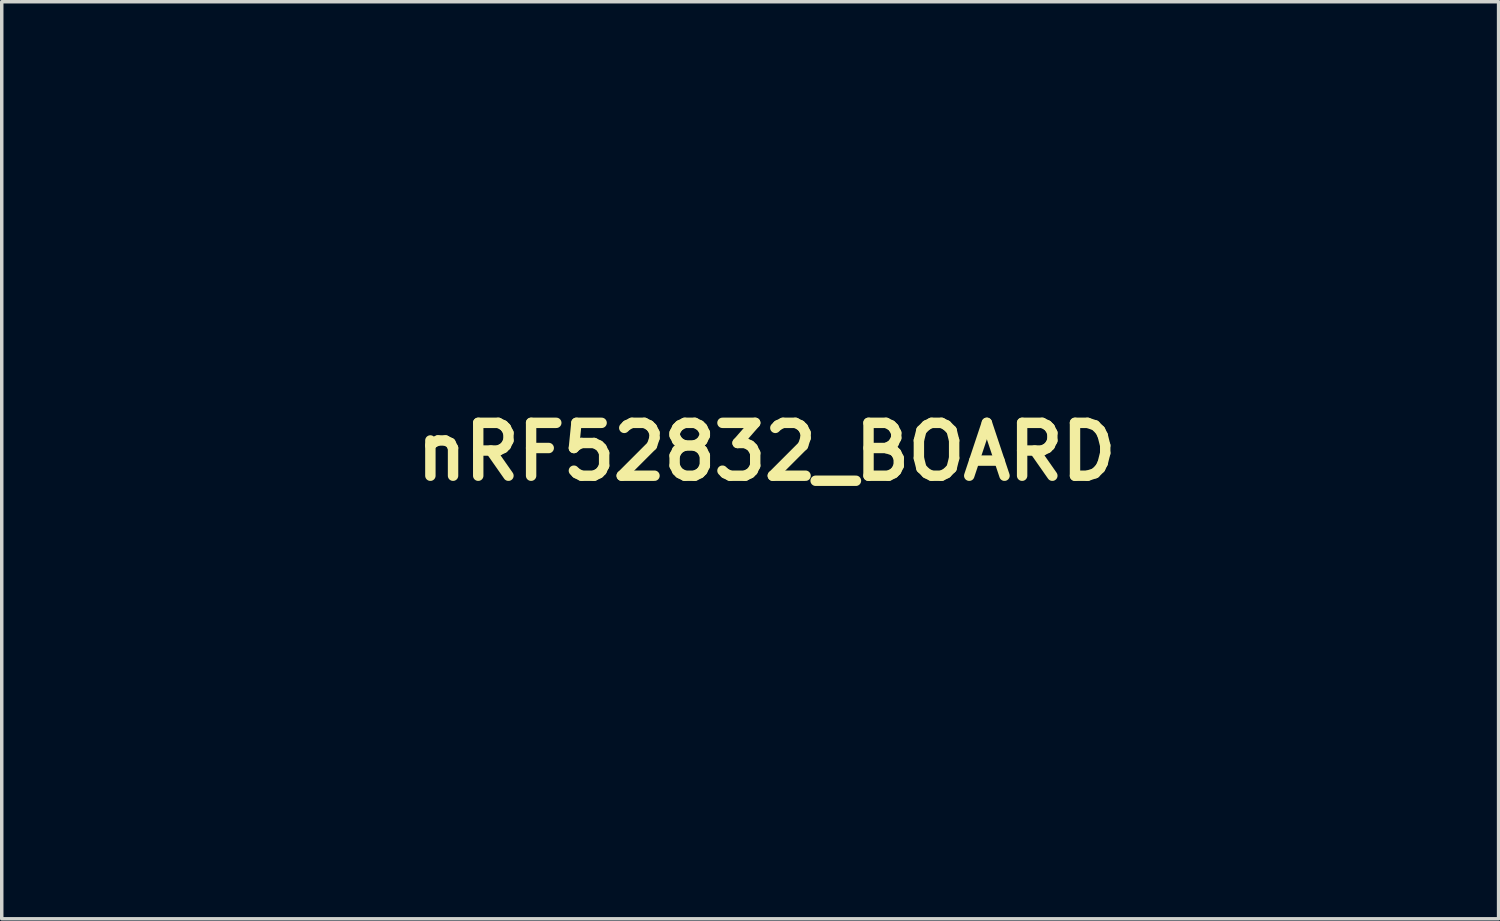
<source format=kicad_pcb>
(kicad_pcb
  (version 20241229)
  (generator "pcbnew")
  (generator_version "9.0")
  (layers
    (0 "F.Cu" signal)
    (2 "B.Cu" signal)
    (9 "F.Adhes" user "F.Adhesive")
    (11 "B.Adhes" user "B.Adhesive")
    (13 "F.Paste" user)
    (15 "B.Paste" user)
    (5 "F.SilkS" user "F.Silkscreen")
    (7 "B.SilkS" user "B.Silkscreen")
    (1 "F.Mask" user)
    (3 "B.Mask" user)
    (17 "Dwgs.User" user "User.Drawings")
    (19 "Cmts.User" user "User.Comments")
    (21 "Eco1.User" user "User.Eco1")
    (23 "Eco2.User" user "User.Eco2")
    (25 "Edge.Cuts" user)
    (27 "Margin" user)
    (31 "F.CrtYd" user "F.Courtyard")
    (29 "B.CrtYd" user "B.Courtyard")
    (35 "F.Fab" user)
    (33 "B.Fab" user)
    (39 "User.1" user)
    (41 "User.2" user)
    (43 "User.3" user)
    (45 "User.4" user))
  (footprint "nRF52832_BOARD"
    (layer "F.Cu")
    (at 19.042 9.971)
    (property "Reference" "nRF52832_BOARD" (at 0 0 0) (layer "F.SilkS") (effects (font (size 1.524 1.524) (thickness 0.3))))
    (attr through_hole)
    (fp_poly (pts (xy -1.236 -3.97) (xy -1.236 -3.024) (xy -1.525 -2.991) (xy -1.525 -4.004) (xy -1.236 -3.97)) (stroke (width 0.01) (type solid)) (fill no) (layer "Eco1.User"))
    (fp_poly (pts (xy 1.792 -2.998) (xy 1.472 -2.998) (xy 1.472 -3.997) (xy 1.775 -3.997) (xy 1.792 -2.998)) (stroke (width 0.01) (type solid)) (fill no) (layer "Eco1.User"))
    (fp_poly (pts (xy 11.359 -5.154) (xy 9.834 -5.154) (xy 9.834 -6.416) (xy 11.359 -6.416) (xy 11.359 -5.154)) (stroke (width 0.01) (type solid)) (fill no) (layer "Eco1.User"))
    (fp_poly (pts (xy 8.861 -5.18) (xy 8.112 -5.165) (xy 7.362 -5.151) (xy 7.362 -6.416) (xy 8.891 -6.416) (xy 8.861 -5.18)) (stroke (width 0.01) (type solid)) (fill no) (layer "Eco1.User"))
    (fp_poly (pts (xy -19.002 2.226) (xy -18.996 2.289) (xy -19.002 2.296) (xy -19.033 2.289) (xy -19.037 2.261) (xy -19.018 2.218) (xy -19.002 2.226)) (stroke (width 0.01) (type solid)) (fill no) (layer "Eco1.User"))
    (fp_poly (pts (xy 3.997 2.892) (xy -1.263 2.892) (xy -1.249 0.25) (xy -1.236 -2.393) (xy 1.38 -2.406) (xy 3.997 -2.42) (xy 3.997 2.892)) (stroke (width 0.01) (type solid)) (fill no) (layer "Eco1.User"))
    (fp_poly (pts (xy 11.359 -3.905) (xy 11.359 -3.26) (xy 9.834 -3.26) (xy 9.834 -4.517) (xy 10.597 -4.533) (xy 11.359 -4.549) (xy 11.359 -3.905)) (stroke (width 0.01) (type solid)) (fill no) (layer "Eco1.User"))
    (fp_poly (pts (xy 8.126 -4.533) (xy 8.891 -4.517) (xy 8.884 -3.889) (xy 8.877 -3.26) (xy 7.362 -3.26) (xy 7.362 -3.905) (xy 7.362 -4.549) (xy 8.126 -4.533)) (stroke (width 0.01) (type solid)) (fill no) (layer "Eco1.User"))
    (fp_poly (pts (xy -18.999 3.169) (xy -18.99 3.325) (xy -19 3.432) (xy -19.012 3.453) (xy -19.02 3.384) (xy -19.022 3.287) (xy -19.018 3.167) (xy -19.008 3.133) (xy -18.999 3.169)) (stroke (width 0.01) (type solid)) (fill no) (layer "Eco1.User"))
    (fp_poly (pts (xy -17.829 4.51) (xy -17.827 4.523) (xy -17.867 4.574) (xy -17.88 4.575) (xy -17.931 4.535) (xy -17.933 4.523) (xy -17.892 4.472) (xy -17.88 4.47) (xy -17.829 4.51)) (stroke (width 0.01) (type solid)) (fill no) (layer "Eco1.User"))
    (fp_poly (pts (xy -16.693 5.088) (xy -16.704 5.127) (xy -16.772 5.197) (xy -16.811 5.206) (xy -16.86 5.196) (xy -16.83 5.149) (xy -16.809 5.127) (xy -16.734 5.064) (xy -16.702 5.048) (xy -16.693 5.088)) (stroke (width 0.01) (type solid)) (fill no) (layer "Eco1.User"))
    (fp_poly (pts (xy -19 2.501) (xy -18.999 2.511) (xy -18.99 2.695) (xy -18.999 2.853) (xy -19.009 2.893) (xy -19.017 2.839) (xy -19.02 2.704) (xy -19.02 2.682) (xy -19.017 2.538) (xy -19.01 2.473) (xy -19 2.501)) (stroke (width 0.01) (type solid)) (fill no) (layer "Eco1.User"))
    (fp_poly (pts (xy -18.501 4.489) (xy -18.458 4.546) (xy -18.458 4.549) (xy -18.47 4.621) (xy -18.518 4.6) (xy -18.54 4.58) (xy -18.63 4.529) (xy -18.695 4.507) (xy -18.732 4.489) (xy -18.666 4.478) (xy -18.629 4.476) (xy -18.501 4.489)) (stroke (width 0.01) (type solid)) (fill no) (layer "Eco1.User"))
    (fp_poly (pts (xy -8.172 -6.001) (xy -8.154 -5.882) (xy -8.151 -5.811) (xy -8.157 -5.648) (xy -8.177 -5.585) (xy -8.217 -5.613) (xy -8.259 -5.684) (xy -8.29 -5.8) (xy -8.283 -5.926) (xy -8.247 -6.021) (xy -8.203 -6.048) (xy -8.172 -6.001)) (stroke (width 0.01) (type solid)) (fill no) (layer "Eco1.User"))
    (fp_poly (pts (xy -17.04 4.509) (xy -17.018 4.634) (xy -17.012 4.838) (xy -17.019 5.052) (xy -17.041 5.171) (xy -17.078 5.206) (xy -17.116 5.167) (xy -17.137 5.043) (xy -17.144 4.838) (xy -17.137 4.624) (xy -17.114 4.505) (xy -17.078 4.47) (xy -17.04 4.509)) (stroke (width 0.01) (type solid)) (fill no) (layer "Eco1.User"))
    (fp_poly (pts (xy -1.722 -5.617) (xy -1.586 -5.596) (xy -1.507 -5.562) (xy -1.499 -5.548) (xy -1.546 -5.513) (xy -1.664 -5.485) (xy -1.722 -5.479) (xy -1.867 -5.477) (xy -1.933 -5.504) (xy -1.946 -5.548) (xy -1.924 -5.602) (xy -1.841 -5.621) (xy -1.722 -5.617)) (stroke (width 0.01) (type solid)) (fill no) (layer "Eco1.User"))
    (fp_poly (pts (xy 9.767 1.465) (xy 9.798 1.573) (xy 9.813 1.701) (xy 9.803 1.805) (xy 9.801 1.814) (xy 9.751 1.888) (xy 9.703 1.862) (xy 9.666 1.744) (xy 9.663 1.722) (xy 9.654 1.548) (xy 9.685 1.443) (xy 9.728 1.42) (xy 9.767 1.465)) (stroke (width 0.01) (type solid)) (fill no) (layer "Eco1.User"))
    (fp_poly (pts (xy 9.833 -0.412) (xy 9.871 -0.369) (xy 9.885 -0.266) (xy 9.887 -0.138) (xy 9.883 0.025) (xy 9.864 0.11) (xy 9.818 0.141) (xy 9.758 0.145) (xy 9.648 0.117) (xy 9.6 0.068) (xy 9.564 -0.112) (xy 9.586 -0.272) (xy 9.659 -0.383) (xy 9.761 -0.421) (xy 9.833 -0.412)) (stroke (width 0.01) (type solid)) (fill no) (layer "Eco1.User"))
    (fp_poly (pts (xy 9.856 -1.518) (xy 9.882 -1.413) (xy 9.887 -1.259) (xy 9.882 -1.104) (xy 9.859 -1.027) (xy 9.806 -1.001) (xy 9.761 -0.999) (xy 9.651 -1.03) (xy 9.603 -1.082) (xy 9.566 -1.261) (xy 9.591 -1.415) (xy 9.671 -1.512) (xy 9.689 -1.521) (xy 9.796 -1.548) (xy 9.856 -1.518)) (stroke (width 0.01) (type solid)) (fill no) (layer "Eco1.User"))
    (fp_poly (pts (xy -8.114 -3.851) (xy -8.083 -3.792) (xy -8.073 -3.663) (xy -8.072 -3.603) (xy -8.08 -3.439) (xy -8.11 -3.353) (xy -8.164 -3.323) (xy -8.257 -3.344) (xy -8.286 -3.383) (xy -8.302 -3.484) (xy -8.301 -3.633) (xy -8.299 -3.662) (xy -8.277 -3.799) (xy -8.229 -3.857) (xy -8.177 -3.865) (xy -8.114 -3.851)) (stroke (width 0.01) (type solid)) (fill no) (layer "Eco1.User"))
    (fp_poly (pts (xy -4.194 4.111) (xy -4.111 4.145) (xy -4.075 4.234) (xy -4.069 4.312) (xy -4.074 4.518) (xy -4.113 4.635) (xy -4.191 4.679) (xy -4.211 4.68) (xy -4.269 4.667) (xy -4.3 4.61) (xy -4.311 4.486) (xy -4.312 4.387) (xy -4.309 4.221) (xy -4.292 4.136) (xy -4.252 4.108) (xy -4.194 4.111)) (stroke (width 0.01) (type solid)) (fill no) (layer "Eco1.User"))
    (fp_poly (pts (xy -0.21 -3.497) (xy -0.211 -3.266) (xy -0.218 -3.12) (xy -0.235 -3.039) (xy -0.267 -3.005) (xy -0.319 -2.998) (xy -0.333 -2.998) (xy -0.443 -3.011) (xy -0.491 -3.033) (xy -0.507 -3.098) (xy -0.519 -3.242) (xy -0.525 -3.439) (xy -0.526 -3.532) (xy -0.526 -3.997) (xy -0.21 -3.997) (xy -0.21 -3.497)) (stroke (width 0.01) (type solid)) (fill no) (layer "Eco1.User"))
    (fp_poly (pts (xy 10.641 -8.872) (xy 10.707 -8.814) (xy 10.719 -8.703) (xy 10.711 -8.666) (xy 10.687 -8.639) (xy 10.68 -8.685) (xy 10.636 -8.777) (xy 10.544 -8.801) (xy 10.438 -8.748) (xy 10.435 -8.744) (xy 10.372 -8.688) (xy 10.36 -8.714) (xy 10.368 -8.76) (xy 10.425 -8.84) (xy 10.531 -8.88) (xy 10.641 -8.872)) (stroke (width 0.01) (type solid)) (fill no) (layer "Eco1.User"))
    (fp_poly (pts (xy -8.114 3.775) (xy -8.079 3.837) (xy -8.061 3.97) (xy -8.056 4.036) (xy -8.05 4.197) (xy -8.064 4.279) (xy -8.108 4.308) (xy -8.177 4.312) (xy -8.257 4.306) (xy -8.295 4.269) (xy -8.305 4.176) (xy -8.299 4.036) (xy -8.283 3.873) (xy -8.255 3.79) (xy -8.203 3.761) (xy -8.177 3.76) (xy -8.114 3.775)) (stroke (width 0.01) (type solid)) (fill no) (layer "Eco1.User"))
    (fp_poly (pts (xy -8.097 -1.624) (xy -8.059 -1.586) (xy -8.05 -1.491) (xy -8.056 -1.355) (xy -8.078 -1.175) (xy -8.118 -1.083) (xy -8.154 -1.064) (xy -8.247 -1.07) (xy -8.272 -1.085) (xy -8.294 -1.155) (xy -8.307 -1.292) (xy -8.309 -1.376) (xy -8.304 -1.529) (xy -8.281 -1.604) (xy -8.225 -1.628) (xy -8.175 -1.63) (xy -8.097 -1.624)) (stroke (width 0.01) (type solid)) (fill no) (layer "Eco1.User"))
    (fp_poly (pts (xy -8.097 -2.728) (xy -8.059 -2.69) (xy -8.05 -2.594) (xy -8.056 -2.463) (xy -8.075 -2.292) (xy -8.112 -2.204) (xy -8.161 -2.179) (xy -8.253 -2.183) (xy -8.279 -2.196) (xy -8.297 -2.262) (xy -8.307 -2.396) (xy -8.309 -2.48) (xy -8.304 -2.633) (xy -8.281 -2.708) (xy -8.225 -2.733) (xy -8.175 -2.735) (xy -8.097 -2.728)) (stroke (width 0.01) (type solid)) (fill no) (layer "Eco1.User"))
    (fp_poly (pts (xy -8.063 -4.949) (xy -8.05 -4.805) (xy -8.056 -4.678) (xy -8.081 -4.521) (xy -8.133 -4.449) (xy -8.161 -4.44) (xy -8.253 -4.445) (xy -8.279 -4.458) (xy -8.297 -4.524) (xy -8.307 -4.657) (xy -8.309 -4.736) (xy -8.301 -4.893) (xy -8.27 -4.975) (xy -8.203 -5.011) (xy -8.201 -5.012) (xy -8.111 -5.013) (xy -8.063 -4.949)) (stroke (width 0.01) (type solid)) (fill no) (layer "Eco1.User"))
    (fp_poly (pts (xy -0.446 -5.648) (xy -0.365 -5.623) (xy -0.331 -5.567) (xy -0.325 -5.535) (xy -0.324 -5.468) (xy -0.36 -5.432) (xy -0.457 -5.419) (xy -0.605 -5.417) (xy -0.772 -5.42) (xy -0.859 -5.436) (xy -0.888 -5.476) (xy -0.885 -5.535) (xy -0.862 -5.606) (xy -0.802 -5.641) (xy -0.677 -5.653) (xy -0.605 -5.653) (xy -0.446 -5.648)) (stroke (width 0.01) (type solid)) (fill no) (layer "Eco1.User"))
    (fp_poly (pts (xy 6.77 -5.361) (xy 6.855 -5.344) (xy 6.883 -5.304) (xy 6.88 -5.246) (xy 6.856 -5.175) (xy 6.793 -5.136) (xy 6.664 -5.117) (xy 6.587 -5.111) (xy 6.426 -5.105) (xy 6.344 -5.119) (xy 6.314 -5.163) (xy 6.311 -5.23) (xy 6.318 -5.306) (xy 6.356 -5.346) (xy 6.451 -5.362) (xy 6.603 -5.364) (xy 6.77 -5.361)) (stroke (width 0.01) (type solid)) (fill no) (layer "Eco1.User"))
    (fp_poly (pts (xy 8.223 2.069) (xy 8.252 2.113) (xy 8.256 2.18) (xy 8.249 2.256) (xy 8.211 2.296) (xy 8.116 2.311) (xy 7.963 2.314) (xy 7.797 2.311) (xy 7.712 2.294) (xy 7.684 2.253) (xy 7.687 2.196) (xy 7.711 2.125) (xy 7.774 2.086) (xy 7.903 2.067) (xy 7.98 2.061) (xy 8.141 2.055) (xy 8.223 2.069)) (stroke (width 0.01) (type solid)) (fill no) (layer "Eco1.User"))
    (fp_poly (pts (xy 9.748 -2.663) (xy 9.816 -2.637) (xy 9.854 -2.568) (xy 9.873 -2.429) (xy 9.876 -2.375) (xy 9.882 -2.216) (xy 9.868 -2.135) (xy 9.822 -2.107) (xy 9.761 -2.104) (xy 9.64 -2.143) (xy 9.598 -2.206) (xy 9.585 -2.328) (xy 9.598 -2.483) (xy 9.6 -2.494) (xy 9.636 -2.619) (xy 9.692 -2.664) (xy 9.748 -2.663)) (stroke (width 0.01) (type solid)) (fill no) (layer "Eco1.User"))
    (fp_poly (pts (xy 9.833 3.269) (xy 9.872 3.312) (xy 9.885 3.418) (xy 9.887 3.523) (xy 9.882 3.679) (xy 9.861 3.757) (xy 9.808 3.784) (xy 9.755 3.786) (xy 9.677 3.778) (xy 9.638 3.734) (xy 9.625 3.629) (xy 9.624 3.523) (xy 9.628 3.367) (xy 9.65 3.289) (xy 9.702 3.263) (xy 9.755 3.26) (xy 9.833 3.269)) (stroke (width 0.01) (type solid)) (fill no) (layer "Eco1.User"))
    (fp_poly (pts (xy 11.03 -8.581) (xy 11.083 -8.554) (xy 11.096 -8.506) (xy 11.09 -8.433) (xy 11.083 -8.425) (xy 11.028 -8.432) (xy 10.895 -8.442) (xy 10.712 -8.452) (xy 10.685 -8.453) (xy 10.463 -8.473) (xy 10.344 -8.502) (xy 10.326 -8.535) (xy 10.408 -8.564) (xy 10.588 -8.585) (xy 10.717 -8.59) (xy 10.915 -8.591) (xy 11.03 -8.581)) (stroke (width 0.01) (type solid)) (fill no) (layer "Eco1.User"))
    (fp_poly (pts (xy -18.651 4.768) (xy -18.527 4.861) (xy -18.433 4.958) (xy -18.414 5.032) (xy -18.437 5.085) (xy -18.529 5.158) (xy -18.648 5.19) (xy -18.748 5.195) (xy -18.747 5.186) (xy -18.669 5.162) (xy -18.551 5.093) (xy -18.524 5) (xy -18.592 4.909) (xy -18.639 4.883) (xy -18.737 4.824) (xy -18.774 4.777) (xy -18.741 4.734) (xy -18.651 4.768)) (stroke (width 0.01) (type solid)) (fill no) (layer "Eco1.User"))
    (fp_poly (pts (xy 5.43 -5.354) (xy 5.593 -5.338) (xy 5.676 -5.31) (xy 5.704 -5.258) (xy 5.706 -5.233) (xy 5.688 -5.165) (xy 5.618 -5.129) (xy 5.468 -5.112) (xy 5.467 -5.112) (xy 5.316 -5.11) (xy 5.212 -5.124) (xy 5.191 -5.134) (xy 5.159 -5.213) (xy 5.154 -5.27) (xy 5.167 -5.328) (xy 5.223 -5.354) (xy 5.347 -5.358) (xy 5.43 -5.354)) (stroke (width 0.01) (type solid)) (fill no) (layer "Eco1.User"))
    (fp_poly (pts (xy -7.942 9.568) (xy -7.886 9.598) (xy -7.872 9.626) (xy -7.876 9.671) (xy -7.93 9.692) (xy -8.057 9.692) (xy -8.165 9.685) (xy -8.381 9.681) (xy -8.498 9.708) (xy -8.518 9.726) (xy -8.56 9.754) (xy -8.591 9.703) (xy -8.62 9.619) (xy -8.624 9.597) (xy -8.576 9.586) (xy -8.45 9.574) (xy -8.272 9.563) (xy -8.259 9.562) (xy -8.059 9.557) (xy -7.942 9.568)) (stroke (width 0.01) (type solid)) (fill no) (layer "Eco1.User"))
    (fp_poly (pts (xy -4.001 9.518) (xy -4.004 9.593) (xy -4.038 9.63) (xy -4.127 9.639) (xy -4.293 9.631) (xy -4.494 9.631) (xy -4.609 9.658) (xy -4.627 9.675) (xy -4.667 9.692) (xy -4.694 9.628) (xy -4.702 9.569) (xy -4.672 9.536) (xy -4.581 9.522) (xy -4.408 9.518) (xy -4.391 9.518) (xy -4.175 9.508) (xy -4.055 9.476) (xy -4.032 9.453) (xy -4.011 9.446) (xy -4.001 9.518)) (stroke (width 0.01) (type solid)) (fill no) (layer "Eco1.User"))
    (fp_poly (pts (xy -13.362 9.64) (xy -13.362 9.663) (xy -13.366 9.779) (xy -13.382 9.833) (xy -13.384 9.834) (xy -13.409 9.793) (xy -13.41 9.778) (xy -13.46 9.746) (xy -13.601 9.733) (xy -13.735 9.735) (xy -13.947 9.733) (xy -14.062 9.707) (xy -14.082 9.686) (xy -14.055 9.649) (xy -13.94 9.629) (xy -13.761 9.624) (xy -13.54 9.613) (xy -13.417 9.582) (xy -13.392 9.558) (xy -13.374 9.557) (xy -13.362 9.64)) (stroke (width 0.01) (type solid)) (fill no) (layer "Eco1.User"))
    (fp_poly (pts (xy -11.362 2.128) (xy -11.337 2.196) (xy -11.318 2.353) (xy -11.308 2.586) (xy -11.306 2.738) (xy -11.308 2.991) (xy -11.315 3.158) (xy -11.33 3.255) (xy -11.355 3.3) (xy -11.395 3.311) (xy -11.398 3.311) (xy -11.519 3.285) (xy -11.596 3.25) (xy -11.796 3.087) (xy -11.899 2.885) (xy -11.903 2.652) (xy -11.835 2.45) (xy -11.728 2.29) (xy -11.596 2.172) (xy -11.463 2.114) (xy -11.362 2.128)) (stroke (width 0.01) (type solid)) (fill no) (layer "Eco1.User"))
    (fp_poly (pts (xy -10.077 -0.613) (xy -10.015 -0.586) (xy -9.84 -0.455) (xy -9.732 -0.267) (xy -9.696 -0.05) (xy -9.736 0.167) (xy -9.856 0.358) (xy -9.869 0.371) (xy -10.017 0.489) (xy -10.154 0.554) (xy -10.254 0.556) (xy -10.272 0.544) (xy -10.286 0.48) (xy -10.298 0.334) (xy -10.306 0.13) (xy -10.307 -0.037) (xy -10.302 -0.312) (xy -10.284 -0.495) (xy -10.244 -0.598) (xy -10.177 -0.633) (xy -10.077 -0.613)) (stroke (width 0.01) (type solid)) (fill no) (layer "Eco1.User"))
    (fp_poly (pts (xy -10.071 2.143) (xy -9.979 2.193) (xy -9.83 2.332) (xy -9.725 2.529) (xy -9.683 2.741) (xy -9.695 2.854) (xy -9.764 3.006) (xy -9.877 3.144) (xy -10.012 3.25) (xy -10.144 3.307) (xy -10.25 3.296) (xy -10.269 3.281) (xy -10.285 3.215) (xy -10.298 3.069) (xy -10.305 2.865) (xy -10.307 2.698) (xy -10.303 2.421) (xy -10.284 2.239) (xy -10.244 2.139) (xy -10.175 2.111) (xy -10.071 2.143)) (stroke (width 0.01) (type solid)) (fill no) (layer "Eco1.User"))
    (fp_poly (pts (xy -2.955 -6.507) (xy -2.8 -6.474) (xy -2.766 -6.461) (xy -2.635 -6.352) (xy -2.568 -6.195) (xy -2.566 -6.024) (xy -2.632 -5.871) (xy -2.729 -5.788) (xy -2.84 -5.756) (xy -3.009 -5.736) (xy -3.116 -5.732) (xy -3.303 -5.742) (xy -3.424 -5.78) (xy -3.514 -5.854) (xy -3.613 -6.02) (xy -3.621 -6.189) (xy -3.548 -6.341) (xy -3.407 -6.457) (xy -3.207 -6.517) (xy -3.134 -6.521) (xy -2.955 -6.507)) (stroke (width 0.01) (type solid)) (fill no) (layer "Eco1.User"))
    (fp_poly (pts (xy -2.865 -4.715) (xy -2.702 -4.655) (xy -2.6 -4.544) (xy -2.572 -4.483) (xy -2.553 -4.3) (xy -2.619 -4.129) (xy -2.756 -4.009) (xy -2.767 -4.004) (xy -2.949 -3.958) (xy -3.17 -3.952) (xy -3.371 -3.986) (xy -3.402 -3.997) (xy -3.544 -4.104) (xy -3.616 -4.261) (xy -3.613 -4.436) (xy -3.53 -4.595) (xy -3.507 -4.619) (xy -3.394 -4.694) (xy -3.241 -4.728) (xy -3.109 -4.733) (xy -2.865 -4.715)) (stroke (width 0.01) (type solid)) (fill no) (layer "Eco1.User"))
    (fp_poly (pts (xy -2.105 9.547) (xy -2.104 9.597) (xy -2.112 9.697) (xy -2.145 9.705) (xy -2.167 9.687) (xy -2.261 9.647) (xy -2.413 9.627) (xy -2.58 9.629) (xy -2.717 9.652) (xy -2.77 9.68) (xy -2.827 9.7) (xy -2.857 9.653) (xy -2.859 9.608) (xy -2.808 9.583) (xy -2.684 9.572) (xy -2.559 9.571) (xy -2.37 9.561) (xy -2.226 9.536) (xy -2.167 9.508) (xy -2.122 9.485) (xy -2.105 9.547)) (stroke (width 0.01) (type solid)) (fill no) (layer "Eco1.User"))
    (fp_poly (pts (xy 2.787 -3.501) (xy 2.786 -3.268) (xy 2.78 -3.121) (xy 2.763 -3.04) (xy 2.732 -3.006) (xy 2.68 -2.998) (xy 2.659 -2.998) (xy 2.552 -3.012) (xy 2.508 -3.037) (xy 2.498 -3.104) (xy 2.492 -3.25) (xy 2.491 -3.447) (xy 2.491 -3.523) (xy 2.496 -3.74) (xy 2.506 -3.873) (xy 2.528 -3.944) (xy 2.57 -3.975) (xy 2.639 -3.987) (xy 2.643 -3.987) (xy 2.787 -4.004) (xy 2.787 -3.501)) (stroke (width 0.01) (type solid)) (fill no) (layer "Eco1.User"))
    (fp_poly (pts (xy 3.677 -3.989) (xy 3.708 -3.954) (xy 3.725 -3.87) (xy 3.732 -3.72) (xy 3.734 -3.497) (xy 3.732 -3.265) (xy 3.725 -3.118) (xy 3.707 -3.038) (xy 3.675 -3.004) (xy 3.629 -2.998) (xy 3.58 -3.005) (xy 3.549 -3.041) (xy 3.532 -3.124) (xy 3.525 -3.274) (xy 3.523 -3.497) (xy 3.525 -3.729) (xy 3.532 -3.876) (xy 3.55 -3.956) (xy 3.582 -3.99) (xy 3.629 -3.997) (xy 3.677 -3.989)) (stroke (width 0.01) (type solid)) (fill no) (layer "Eco1.User"))
    (fp_poly (pts (xy -16.882 -0.986) (xy -16.945 -0.816) (xy -16.981 -0.66) (xy -16.985 -0.618) (xy -17.002 -0.513) (xy -17.039 -0.473) (xy -17.078 -0.518) (xy -17.091 -0.603) (xy -17.068 -0.737) (xy -17.013 -0.896) (xy -17.003 -0.918) (xy -16.95 -1.066) (xy -16.963 -1.144) (xy -17.037 -1.144) (xy -17.093 -1.116) (xy -17.196 -1.06) (xy -17.23 -1.071) (xy -17.215 -1.131) (xy -17.137 -1.19) (xy -16.983 -1.21) (xy -16.781 -1.21) (xy -16.882 -0.986)) (stroke (width 0.01) (type solid)) (fill no) (layer "Eco1.User"))
    (fp_poly (pts (xy -11.377 -0.628) (xy -11.342 -0.606) (xy -11.321 -0.547) (xy -11.31 -0.435) (xy -11.307 -0.249) (xy -11.306 -0.026) (xy -11.308 0.247) (xy -11.318 0.429) (xy -11.343 0.532) (xy -11.392 0.569) (xy -11.472 0.555) (xy -11.591 0.501) (xy -11.607 0.493) (xy -11.769 0.359) (xy -11.876 0.163) (xy -11.914 -0.061) (xy -11.887 -0.232) (xy -11.786 -0.419) (xy -11.637 -0.56) (xy -11.469 -0.628) (xy -11.431 -0.631) (xy -11.377 -0.628)) (stroke (width 0.01) (type solid)) (fill no) (layer "Eco1.User"))
    (fp_poly (pts (xy -9.737 9.585) (xy -9.737 9.597) (xy -9.744 9.687) (xy -9.761 9.694) (xy -9.764 9.689) (xy -9.828 9.65) (xy -9.957 9.628) (xy -10.113 9.623) (xy -10.258 9.636) (xy -10.354 9.667) (xy -10.372 9.687) (xy -10.402 9.706) (xy -10.427 9.66) (xy -10.434 9.612) (xy -10.393 9.585) (xy -10.283 9.573) (xy -10.126 9.571) (xy -9.909 9.56) (xy -9.787 9.529) (xy -9.764 9.505) (xy -9.746 9.503) (xy -9.737 9.585)) (stroke (width 0.01) (type solid)) (fill no) (layer "Eco1.User"))
    (fp_poly (pts (xy 1.622 9.585) (xy 1.622 9.597) (xy 1.615 9.687) (xy 1.598 9.694) (xy 1.595 9.689) (xy 1.531 9.65) (xy 1.402 9.628) (xy 1.246 9.623) (xy 1.101 9.636) (xy 1.005 9.667) (xy 0.987 9.687) (xy 0.957 9.706) (xy 0.932 9.66) (xy 0.925 9.612) (xy 0.966 9.585) (xy 1.076 9.573) (xy 1.233 9.571) (xy 1.45 9.56) (xy 1.572 9.529) (xy 1.595 9.505) (xy 1.613 9.503) (xy 1.622 9.585)) (stroke (width 0.01) (type solid)) (fill no) (layer "Eco1.User"))
    (fp_poly (pts (xy -16.952 -4.887) (xy -16.937 -4.802) (xy -16.933 -4.638) (xy -16.933 -4.601) (xy -16.923 -4.386) (xy -16.891 -4.265) (xy -16.868 -4.242) (xy -16.869 -4.225) (xy -16.953 -4.216) (xy -16.986 -4.215) (xy -17.089 -4.222) (xy -17.113 -4.237) (xy -17.104 -4.242) (xy -17.065 -4.306) (xy -17.042 -4.435) (xy -17.038 -4.591) (xy -17.051 -4.737) (xy -17.083 -4.833) (xy -17.103 -4.851) (xy -17.111 -4.877) (xy -17.05 -4.903) (xy -16.987 -4.913) (xy -16.952 -4.887)) (stroke (width 0.01) (type solid)) (fill no) (layer "Eco1.User"))
    (fp_poly (pts (xy -11.587 8.928) (xy -11.578 9.012) (xy -11.578 9.045) (xy -11.584 9.148) (xy -11.599 9.172) (xy -11.604 9.163) (xy -11.668 9.124) (xy -11.797 9.102) (xy -11.953 9.097) (xy -12.098 9.11) (xy -12.195 9.141) (xy -12.213 9.161) (xy -12.243 9.178) (xy -12.27 9.13) (xy -12.3 9.041) (xy -12.306 9.015) (xy -12.258 9.003) (xy -12.132 8.995) (xy -11.968 8.993) (xy -11.75 8.982) (xy -11.628 8.95) (xy -11.604 8.927) (xy -11.587 8.928)) (stroke (width 0.01) (type solid)) (fill no) (layer "Eco1.User"))
    (fp_poly (pts (xy -11.574 9.475) (xy -11.571 9.568) (xy -11.577 9.683) (xy -11.605 9.708) (xy -11.632 9.687) (xy -11.72 9.647) (xy -11.861 9.627) (xy -12.015 9.627) (xy -12.144 9.645) (xy -12.211 9.684) (xy -12.213 9.687) (xy -12.243 9.706) (xy -12.268 9.66) (xy -12.274 9.61) (xy -12.231 9.583) (xy -12.117 9.572) (xy -11.991 9.571) (xy -11.8 9.563) (xy -11.687 9.535) (xy -11.627 9.48) (xy -11.626 9.479) (xy -11.591 9.435) (xy -11.574 9.475)) (stroke (width 0.01) (type solid)) (fill no) (layer "Eco1.User"))
    (fp_poly (pts (xy -5.908 9.559) (xy -5.899 9.643) (xy -5.898 9.676) (xy -5.904 9.779) (xy -5.92 9.803) (xy -5.925 9.795) (xy -5.989 9.755) (xy -6.118 9.733) (xy -6.274 9.728) (xy -6.419 9.741) (xy -6.515 9.772) (xy -6.533 9.792) (xy -6.563 9.809) (xy -6.59 9.761) (xy -6.62 9.673) (xy -6.626 9.646) (xy -6.578 9.634) (xy -6.453 9.626) (xy -6.289 9.624) (xy -6.071 9.613) (xy -5.949 9.582) (xy -5.925 9.558) (xy -5.908 9.559)) (stroke (width 0.01) (type solid)) (fill no) (layer "Eco1.User"))
    (fp_poly (pts (xy -0.228 -9.899) (xy -0.219 -9.814) (xy -0.219 -9.781) (xy -0.225 -9.679) (xy -0.24 -9.654) (xy -0.245 -9.663) (xy -0.309 -9.702) (xy -0.438 -9.724) (xy -0.594 -9.729) (xy -0.739 -9.716) (xy -0.836 -9.686) (xy -0.854 -9.666) (xy -0.884 -9.649) (xy -0.911 -9.696) (xy -0.941 -9.785) (xy -0.947 -9.812) (xy -0.899 -9.823) (xy -0.773 -9.831) (xy -0.609 -9.834) (xy -0.391 -9.845) (xy -0.269 -9.876) (xy -0.245 -9.9) (xy -0.228 -9.899)) (stroke (width 0.01) (type solid)) (fill no) (layer "Eco1.User"))
    (fp_poly (pts (xy -0.228 9.506) (xy -0.219 9.591) (xy -0.219 9.624) (xy -0.225 9.726) (xy -0.24 9.751) (xy -0.245 9.742) (xy -0.309 9.703) (xy -0.438 9.681) (xy -0.594 9.676) (xy -0.739 9.689) (xy -0.836 9.719) (xy -0.854 9.739) (xy -0.884 9.756) (xy -0.911 9.709) (xy -0.941 9.62) (xy -0.947 9.593) (xy -0.899 9.582) (xy -0.773 9.574) (xy -0.609 9.571) (xy -0.391 9.56) (xy -0.269 9.529) (xy -0.245 9.505) (xy -0.228 9.506)) (stroke (width 0.01) (type solid)) (fill no) (layer "Eco1.User"))
    (fp_poly (pts (xy 3.52 9.462) (xy 3.523 9.571) (xy 3.516 9.685) (xy 3.487 9.708) (xy 3.46 9.687) (xy 3.375 9.649) (xy 3.237 9.629) (xy 3.083 9.626) (xy 2.953 9.641) (xy 2.885 9.675) (xy 2.882 9.679) (xy 2.84 9.707) (xy 2.826 9.697) (xy 2.781 9.619) (xy 2.836 9.574) (xy 2.991 9.56) (xy 3.086 9.563) (xy 3.27 9.568) (xy 3.38 9.548) (xy 3.447 9.497) (xy 3.454 9.488) (xy 3.5 9.436) (xy 3.52 9.462)) (stroke (width 0.01) (type solid)) (fill no) (layer "Eco1.User"))
    (fp_poly (pts (xy -16.809 2.584) (xy -16.771 2.615) (xy -16.76 2.699) (xy -16.765 2.858) (xy -16.767 2.899) (xy -16.77 3.107) (xy -16.746 3.227) (xy -16.715 3.267) (xy -16.708 3.295) (xy -16.8 3.306) (xy -16.854 3.306) (xy -16.963 3.298) (xy -16.99 3.284) (xy -16.973 3.277) (xy -16.919 3.242) (xy -16.891 3.158) (xy -16.881 3.001) (xy -16.881 2.945) (xy -16.892 2.744) (xy -16.925 2.631) (xy -16.946 2.612) (xy -16.953 2.591) (xy -16.881 2.581) (xy -16.809 2.584)) (stroke (width 0.01) (type solid)) (fill no) (layer "Eco1.User"))
    (fp_poly (pts (xy -0.723 8.941) (xy -0.553 9.004) (xy -0.397 9.041) (xy -0.355 9.044) (xy -0.25 9.061) (xy -0.21 9.098) (xy -0.253 9.143) (xy -0.365 9.144) (xy -0.519 9.104) (xy -0.657 9.045) (xy -0.785 8.981) (xy -0.867 8.944) (xy -0.879 8.94) (xy -0.898 8.981) (xy -0.886 9.07) (xy -0.853 9.162) (xy -0.831 9.192) (xy -0.8 9.243) (xy -0.857 9.255) (xy -0.917 9.23) (xy -0.943 9.138) (xy -0.947 9.048) (xy -0.947 8.84) (xy -0.723 8.941)) (stroke (width 0.01) (type solid)) (fill no) (layer "Eco1.User"))
    (fp_poly (pts (xy -7.205 4.628) (xy -7.596 4.628) (xy -7.789 4.621) (xy -7.939 4.604) (xy -8.016 4.579) (xy -8.02 4.575) (xy -8.024 4.527) (xy -7.96 4.494) (xy -7.814 4.47) (xy -7.625 4.455) (xy -7.336 4.437) (xy -7.941 4.417) (xy -7.941 3.997) (xy -7.947 3.773) (xy -7.966 3.629) (xy -7.996 3.576) (xy -7.996 3.576) (xy -8.028 3.544) (xy -8.02 3.523) (xy -7.955 3.498) (xy -7.814 3.479) (xy -7.625 3.471) (xy -7.596 3.471) (xy -7.205 3.471) (xy -7.205 4.628)) (stroke (width 0.01) (type solid)) (fill no) (layer "Eco1.User"))
    (fp_poly (pts (xy -0.807 -3.993) (xy -0.768 -3.97) (xy -0.747 -3.906) (xy -0.738 -3.784) (xy -0.736 -3.582) (xy -0.736 -3.497) (xy -0.737 -3.266) (xy -0.743 -3.12) (xy -0.76 -3.04) (xy -0.792 -3.005) (xy -0.845 -2.998) (xy -0.868 -2.998) (xy -0.929 -3.001) (xy -0.967 -3.025) (xy -0.988 -3.088) (xy -0.997 -3.211) (xy -0.999 -3.413) (xy -0.999 -3.497) (xy -0.998 -3.729) (xy -0.992 -3.875) (xy -0.975 -3.955) (xy -0.943 -3.989) (xy -0.89 -3.997) (xy -0.868 -3.997) (xy -0.807 -3.993)) (stroke (width 0.01) (type solid)) (fill no) (layer "Eco1.User"))
    (fp_poly (pts (xy 0.192 -3.993) (xy 0.231 -3.97) (xy 0.252 -3.906) (xy 0.261 -3.784) (xy 0.263 -3.582) (xy 0.263 -3.497) (xy 0.262 -3.266) (xy 0.256 -3.12) (xy 0.239 -3.04) (xy 0.207 -3.005) (xy 0.154 -2.998) (xy 0.131 -2.998) (xy 0.071 -3.001) (xy 0.032 -3.025) (xy 0.011 -3.088) (xy 0.002 -3.211) (xy 0.000033 -3.413) (xy 0 -3.497) (xy 0.001 -3.729) (xy 0.007 -3.875) (xy 0.024 -3.955) (xy 0.056 -3.989) (xy 0.109 -3.997) (xy 0.131 -3.997) (xy 0.192 -3.993)) (stroke (width 0.01) (type solid)) (fill no) (layer "Eco1.User"))
    (fp_poly (pts (xy 0.718 -3.993) (xy 0.757 -3.97) (xy 0.778 -3.906) (xy 0.787 -3.784) (xy 0.789 -3.582) (xy 0.789 -3.497) (xy 0.788 -3.266) (xy 0.782 -3.12) (xy 0.765 -3.04) (xy 0.733 -3.005) (xy 0.68 -2.998) (xy 0.657 -2.998) (xy 0.596 -3.001) (xy 0.558 -3.025) (xy 0.537 -3.088) (xy 0.528 -3.211) (xy 0.526 -3.413) (xy 0.526 -3.497) (xy 0.527 -3.729) (xy 0.533 -3.875) (xy 0.55 -3.955) (xy 0.582 -3.989) (xy 0.635 -3.997) (xy 0.657 -3.997) (xy 0.718 -3.993)) (stroke (width 0.01) (type solid)) (fill no) (layer "Eco1.User"))
    (fp_poly (pts (xy 1.192 -3.993) (xy 1.23 -3.97) (xy 1.251 -3.906) (xy 1.26 -3.784) (xy 1.262 -3.582) (xy 1.262 -3.497) (xy 1.261 -3.266) (xy 1.255 -3.12) (xy 1.238 -3.04) (xy 1.206 -3.005) (xy 1.153 -2.998) (xy 1.131 -2.998) (xy 1.07 -3.001) (xy 1.031 -3.025) (xy 1.01 -3.088) (xy 1.001 -3.211) (xy 0.999 -3.413) (xy 0.999 -3.497) (xy 1 -3.729) (xy 1.006 -3.875) (xy 1.023 -3.955) (xy 1.055 -3.989) (xy 1.108 -3.997) (xy 1.131 -3.997) (xy 1.192 -3.993)) (stroke (width 0.01) (type solid)) (fill no) (layer "Eco1.User"))
    (fp_poly (pts (xy 2.191 -3.993) (xy 2.229 -3.97) (xy 2.25 -3.906) (xy 2.259 -3.784) (xy 2.261 -3.582) (xy 2.261 -3.497) (xy 2.26 -3.266) (xy 2.254 -3.12) (xy 2.238 -3.04) (xy 2.205 -3.005) (xy 2.152 -2.998) (xy 2.13 -2.998) (xy 2.069 -3.001) (xy 2.03 -3.025) (xy 2.009 -3.088) (xy 2 -3.211) (xy 1.998 -3.413) (xy 1.998 -3.497) (xy 1.999 -3.729) (xy 2.005 -3.875) (xy 2.022 -3.955) (xy 2.054 -3.989) (xy 2.108 -3.997) (xy 2.13 -3.997) (xy 2.191 -3.993)) (stroke (width 0.01) (type solid)) (fill no) (layer "Eco1.User"))
    (fp_poly (pts (xy 3.19 -3.993) (xy 3.228 -3.97) (xy 3.249 -3.906) (xy 3.258 -3.784) (xy 3.26 -3.582) (xy 3.26 -3.497) (xy 3.26 -3.266) (xy 3.253 -3.12) (xy 3.237 -3.04) (xy 3.204 -3.005) (xy 3.151 -2.998) (xy 3.129 -2.998) (xy 3.068 -3.001) (xy 3.03 -3.025) (xy 3.009 -3.088) (xy 3 -3.211) (xy 2.998 -3.413) (xy 2.998 -3.497) (xy 2.998 -3.729) (xy 3.005 -3.875) (xy 3.021 -3.955) (xy 3.054 -3.989) (xy 3.107 -3.997) (xy 3.129 -3.997) (xy 3.19 -3.993)) (stroke (width 0.01) (type solid)) (fill no) (layer "Eco1.User"))
    (fp_poly (pts (xy 4.189 -3.993) (xy 4.227 -3.97) (xy 4.249 -3.906) (xy 4.258 -3.784) (xy 4.26 -3.582) (xy 4.26 -3.497) (xy 4.259 -3.266) (xy 4.253 -3.12) (xy 4.236 -3.04) (xy 4.204 -3.005) (xy 4.15 -2.998) (xy 4.128 -2.998) (xy 4.067 -3.001) (xy 4.029 -3.025) (xy 4.008 -3.088) (xy 3.999 -3.211) (xy 3.997 -3.413) (xy 3.997 -3.497) (xy 3.998 -3.729) (xy 4.004 -3.875) (xy 4.02 -3.955) (xy 4.053 -3.989) (xy 4.106 -3.997) (xy 4.128 -3.997) (xy 4.189 -3.993)) (stroke (width 0.01) (type solid)) (fill no) (layer "Eco1.User"))
    (fp_poly (pts (xy 10.728 2.209) (xy 10.392 2.209) (xy 10.208 2.205) (xy 10.102 2.189) (xy 10.049 2.151) (xy 10.025 2.09) (xy 10.008 1.977) (xy 9.997 1.8) (xy 9.992 1.617) (xy 9.992 1.262) (xy 10.281 1.262) (xy 10.439 1.254) (xy 10.544 1.233) (xy 10.57 1.213) (xy 10.527 1.183) (xy 10.452 1.187) (xy 10.317 1.195) (xy 10.179 1.176) (xy 10.076 1.139) (xy 10.044 1.1) (xy 10.092 1.076) (xy 10.218 1.058) (xy 10.386 1.052) (xy 10.728 1.052) (xy 10.728 2.209)) (stroke (width 0.01) (type solid)) (fill no) (layer "Eco1.User"))
    (fp_poly (pts (xy 15.04 1.946) (xy 15.619 1.946) (xy 15.619 -7.362) (xy 17.565 -7.362) (xy 17.538 6.337) (xy 14.396 6.35) (xy 11.254 6.364) (xy 11.254 4.47) (xy 16.881 4.47) (xy 16.881 3.839) (xy 11.254 3.839) (xy 11.254 3.208) (xy 16.881 3.208) (xy 16.881 -6.731) (xy 16.302 -6.731) (xy 16.302 2.632) (xy 15.343 2.617) (xy 14.383 2.603) (xy 14.356 -6.731) (xy 13.778 -6.731) (xy 13.778 -1.104) (xy 13.147 -1.104) (xy 13.147 -7.362) (xy 15.04 -7.362) (xy 15.04 1.946)) (stroke (width 0.01) (type solid)) (fill no) (layer "Eco1.User"))
    (fp_poly (pts (xy -2.655 -5.498) (xy -2.705 -5.424) (xy -2.749 -5.378) (xy -2.851 -5.288) (xy -2.924 -5.267) (xy -3.004 -5.303) (xy -3.112 -5.344) (xy -3.172 -5.316) (xy -3.275 -5.262) (xy -3.386 -5.308) (xy -3.445 -5.364) (xy -3.505 -5.46) (xy -3.494 -5.511) (xy -3.428 -5.494) (xy -3.38 -5.454) (xy -3.307 -5.395) (xy -3.245 -5.412) (xy -3.195 -5.455) (xy -3.104 -5.513) (xy -3.015 -5.491) (xy -2.988 -5.476) (xy -2.882 -5.437) (xy -2.823 -5.465) (xy -2.721 -5.517) (xy -2.686 -5.522) (xy -2.655 -5.498)) (stroke (width 0.01) (type solid)) (fill no) (layer "Eco1.User"))
    (fp_poly (pts (xy 9.367 2.959) (xy 9.435 2.977) (xy 9.514 3.025) (xy 9.493 3.066) (xy 9.377 3.098) (xy 9.19 3.116) (xy 8.861 3.135) (xy 9.194 3.145) (xy 9.526 3.155) (xy 9.492 4.076) (xy 9.144 4.091) (xy 8.948 4.095) (xy 8.834 4.081) (xy 8.776 4.046) (xy 8.762 4.021) (xy 8.74 3.907) (xy 8.73 3.732) (xy 8.729 3.527) (xy 8.738 3.321) (xy 8.755 3.145) (xy 8.78 3.031) (xy 8.793 3.008) (xy 8.881 2.972) (xy 9.033 2.95) (xy 9.209 2.945) (xy 9.367 2.959)) (stroke (width 0.01) (type solid)) (fill no) (layer "Eco1.User"))
    (fp_poly (pts (xy -11.988 -8.67) (xy -11.835 -8.638) (xy -11.674 -8.595) (xy -11.536 -8.551) (xy -11.47 -8.521) (xy -11.468 -8.487) (xy -11.567 -8.444) (xy -11.68 -8.414) (xy -11.857 -8.368) (xy -12.001 -8.323) (xy -12.056 -8.3) (xy -12.13 -8.282) (xy -12.148 -8.329) (xy -12.098 -8.391) (xy -11.959 -8.437) (xy -11.937 -8.44) (xy -11.806 -8.472) (xy -11.733 -8.508) (xy -11.727 -8.519) (xy -11.774 -8.554) (xy -11.889 -8.589) (xy -11.937 -8.598) (xy -12.069 -8.63) (xy -12.142 -8.666) (xy -12.148 -8.677) (xy -12.103 -8.685) (xy -11.988 -8.67)) (stroke (width 0.01) (type solid)) (fill no) (layer "Eco1.User"))
    (fp_poly (pts (xy -17.336 4.498) (xy -17.281 4.553) (xy -17.252 4.652) (xy -17.279 4.662) (xy -17.352 4.603) (xy -17.472 4.537) (xy -17.566 4.571) (xy -17.629 4.703) (xy -17.634 4.728) (xy -17.644 4.911) (xy -17.602 5.052) (xy -17.523 5.134) (xy -17.423 5.142) (xy -17.317 5.062) (xy -17.268 5.005) (xy -17.274 5.031) (xy -17.3 5.088) (xy -17.393 5.18) (xy -17.522 5.206) (xy -17.64 5.159) (xy -17.659 5.14) (xy -17.739 4.982) (xy -17.753 4.808) (xy -17.708 4.646) (xy -17.614 4.524) (xy -17.478 4.47) (xy -17.463 4.47) (xy -17.336 4.498)) (stroke (width 0.01) (type solid)) (fill no) (layer "Eco1.User"))
    (fp_poly (pts (xy -10.663 -0.67) (xy -10.549 -0.635) (xy -10.528 -0.621) (xy -10.495 -0.531) (xy -10.473 -0.346) (xy -10.465 -0.076) (xy -10.465 -0.053) (xy -10.472 0.223) (xy -10.492 0.415) (xy -10.525 0.512) (xy -10.528 0.515) (xy -10.617 0.555) (xy -10.764 0.577) (xy -10.816 0.578) (xy -10.979 0.563) (xy -11.071 0.511) (xy -11.094 0.477) (xy -11.124 0.364) (xy -11.142 0.181) (xy -11.147 -0.038) (xy -11.141 -0.258) (xy -11.122 -0.445) (xy -11.097 -0.549) (xy -11.049 -0.635) (xy -10.968 -0.674) (xy -10.819 -0.684) (xy -10.819 -0.684) (xy -10.663 -0.67)) (stroke (width 0.01) (type solid)) (fill no) (layer "Eco1.User"))
    (fp_poly (pts (xy -10.647 2.096) (xy -10.527 2.153) (xy -10.505 2.177) (xy -10.487 2.256) (xy -10.475 2.409) (xy -10.468 2.607) (xy -10.467 2.819) (xy -10.472 3.015) (xy -10.484 3.166) (xy -10.497 3.23) (xy -10.558 3.286) (xy -10.695 3.311) (xy -10.777 3.313) (xy -10.931 3.306) (xy -11.038 3.289) (xy -11.061 3.278) (xy -11.076 3.214) (xy -11.087 3.068) (xy -11.094 2.865) (xy -11.096 2.698) (xy -11.095 2.454) (xy -11.089 2.294) (xy -11.073 2.198) (xy -11.043 2.145) (xy -10.993 2.115) (xy -10.961 2.102) (xy -10.808 2.076) (xy -10.647 2.096)) (stroke (width 0.01) (type solid)) (fill no) (layer "Eco1.User"))
    (fp_poly (pts (xy -3.043 -5.218) (xy -2.992 -5.175) (xy -2.905 -5.118) (xy -2.831 -5.14) (xy -2.813 -5.154) (xy -2.729 -5.198) (xy -2.697 -5.169) (xy -2.729 -5.088) (xy -2.761 -5.049) (xy -2.86 -4.97) (xy -2.948 -4.944) (xy -2.996 -4.98) (xy -2.998 -4.996) (xy -3.033 -5.044) (xy -3.118 -5.03) (xy -3.208 -4.97) (xy -3.275 -4.925) (xy -3.339 -4.945) (xy -3.418 -5.022) (xy -3.498 -5.129) (xy -3.503 -5.186) (xy -3.437 -5.181) (xy -3.376 -5.148) (xy -3.281 -5.111) (xy -3.198 -5.156) (xy -3.181 -5.173) (xy -3.106 -5.234) (xy -3.043 -5.218)) (stroke (width 0.01) (type solid)) (fill no) (layer "Eco1.User"))
    (fp_poly (pts (xy -18.004 -4.911) (xy -17.905 -4.831) (xy -17.877 -4.728) (xy -17.929 -4.626) (xy -18.038 -4.559) (xy -18.154 -4.492) (xy -18.194 -4.389) (xy -18.195 -4.353) (xy -18.216 -4.246) (xy -18.261 -4.207) (xy -18.299 -4.246) (xy -18.321 -4.371) (xy -18.327 -4.575) (xy -18.327 -4.733) (xy -18.195 -4.733) (xy -18.182 -4.617) (xy -18.134 -4.582) (xy -18.103 -4.585) (xy -18.027 -4.648) (xy -18.011 -4.733) (xy -18.045 -4.847) (xy -18.103 -4.881) (xy -18.169 -4.87) (xy -18.194 -4.787) (xy -18.195 -4.733) (xy -18.327 -4.733) (xy -18.327 -4.943) (xy -18.167 -4.943) (xy -18.004 -4.911)) (stroke (width 0.01) (type solid)) (fill no) (layer "Eco1.User"))
    (fp_poly (pts (xy 3.091 9.986) (xy 3.138 10.057) (xy 3.14 10.071) (xy 3.14 10.128) (xy 3.124 10.11) (xy 3.054 10.059) (xy 2.967 10.044) (xy 2.867 10.07) (xy 2.84 10.154) (xy 2.848 10.213) (xy 2.889 10.243) (xy 2.985 10.253) (xy 3.161 10.247) (xy 3.182 10.246) (xy 3.371 10.241) (xy 3.477 10.252) (xy 3.519 10.283) (xy 3.524 10.307) (xy 3.502 10.35) (xy 3.424 10.375) (xy 3.271 10.385) (xy 3.153 10.386) (xy 2.782 10.386) (xy 2.798 10.176) (xy 2.815 10.041) (xy 2.856 9.981) (xy 2.945 9.966) (xy 2.971 9.965) (xy 3.091 9.986)) (stroke (width 0.01) (type solid)) (fill no) (layer "Eco1.User"))
    (fp_poly (pts (xy -18.212 -6.837) (xy -18.051 -6.804) (xy -17.947 -6.724) (xy -17.908 -6.622) (xy -17.939 -6.521) (xy -18.049 -6.446) (xy -18.1 -6.432) (xy -18.208 -6.396) (xy -18.242 -6.323) (xy -18.238 -6.242) (xy -18.244 -6.123) (xy -18.283 -6.062) (xy -18.32 -6.093) (xy -18.346 -6.218) (xy -18.362 -6.439) (xy -18.37 -6.626) (xy -18.248 -6.626) (xy -18.22 -6.503) (xy -18.148 -6.468) (xy -18.053 -6.53) (xy -18.043 -6.541) (xy -18.007 -6.647) (xy -18.049 -6.742) (xy -18.148 -6.784) (xy -18.222 -6.756) (xy -18.247 -6.657) (xy -18.248 -6.626) (xy -18.37 -6.626) (xy -18.38 -6.837) (xy -18.212 -6.837)) (stroke (width 0.01) (type solid)) (fill no) (layer "Eco1.User"))
    (fp_poly (pts (xy -18.056 -3.121) (xy -17.965 -3.037) (xy -17.946 -2.931) (xy -18.004 -2.83) (xy -18.142 -2.761) (xy -18.151 -2.759) (xy -18.261 -2.723) (xy -18.293 -2.659) (xy -18.281 -2.571) (xy -18.276 -2.451) (xy -18.315 -2.419) (xy -18.353 -2.461) (xy -18.374 -2.594) (xy -18.38 -2.787) (xy -18.38 -2.984) (xy -18.301 -2.984) (xy -18.278 -2.841) (xy -18.208 -2.793) (xy -18.098 -2.834) (xy -18.044 -2.916) (xy -18.065 -3.013) (xy -18.146 -3.083) (xy -18.183 -3.093) (xy -18.273 -3.085) (xy -18.3 -3.005) (xy -18.301 -2.984) (xy -18.38 -2.984) (xy -18.38 -3.155) (xy -18.215 -3.155) (xy -18.056 -3.121)) (stroke (width 0.01) (type solid)) (fill no) (layer "Eco1.User"))
    (fp_poly (pts (xy -17.9 6.45) (xy -17.809 6.535) (xy -17.788 6.643) (xy -17.841 6.745) (xy -17.972 6.815) (xy -17.994 6.82) (xy -18.104 6.855) (xy -18.137 6.923) (xy -18.131 7.002) (xy -18.131 7.111) (xy -18.165 7.152) (xy -18.197 7.102) (xy -18.216 6.961) (xy -18.222 6.784) (xy -18.222 6.587) (xy -18.143 6.587) (xy -18.12 6.73) (xy -18.051 6.778) (xy -17.94 6.737) (xy -17.886 6.655) (xy -17.907 6.558) (xy -17.988 6.488) (xy -18.025 6.478) (xy -18.115 6.486) (xy -18.142 6.566) (xy -18.143 6.587) (xy -18.222 6.587) (xy -18.222 6.416) (xy -18.057 6.416) (xy -17.9 6.45)) (stroke (width 0.01) (type solid)) (fill no) (layer "Eco1.User"))
    (fp_poly (pts (xy -17.458 -1.163) (xy -17.379 -1.03) (xy -17.354 -0.841) (xy -17.382 -0.65) (xy -17.454 -0.524) (xy -17.555 -0.473) (xy -17.668 -0.509) (xy -17.745 -0.59) (xy -17.811 -0.747) (xy -17.814 -0.825) (xy -17.707 -0.825) (xy -17.69 -0.685) (xy -17.679 -0.656) (xy -17.606 -0.548) (xy -17.539 -0.541) (xy -17.487 -0.635) (xy -17.483 -0.65) (xy -17.461 -0.812) (xy -17.471 -0.969) (xy -17.507 -1.086) (xy -17.562 -1.131) (xy -17.635 -1.084) (xy -17.686 -0.97) (xy -17.707 -0.825) (xy -17.814 -0.825) (xy -17.818 -0.916) (xy -17.773 -1.07) (xy -17.686 -1.177) (xy -17.584 -1.21) (xy -17.458 -1.163)) (stroke (width 0.01) (type solid)) (fill no) (layer "Eco1.User"))
    (fp_poly (pts (xy 6.65 -9.921) (xy 6.766 -9.875) (xy 6.802 -9.86) (xy 6.973 -9.807) (xy 7.137 -9.782) (xy 7.15 -9.781) (xy 7.262 -9.766) (xy 7.31 -9.73) (xy 7.31 -9.729) (xy 7.266 -9.688) (xy 7.158 -9.68) (xy 7.022 -9.703) (xy 6.893 -9.753) (xy 6.889 -9.755) (xy 6.738 -9.823) (xy 6.652 -9.812) (xy 6.626 -9.729) (xy 6.648 -9.643) (xy 6.679 -9.624) (xy 6.73 -9.584) (xy 6.731 -9.571) (xy 6.696 -9.522) (xy 6.624 -9.54) (xy 6.609 -9.553) (xy 6.588 -9.617) (xy 6.576 -9.73) (xy 6.574 -9.848) (xy 6.584 -9.928) (xy 6.593 -9.939) (xy 6.65 -9.921)) (stroke (width 0.01) (type solid)) (fill no) (layer "Eco1.User"))
    (fp_poly (pts (xy -18.01 -1.175) (xy -17.926 -1.089) (xy -17.917 -0.982) (xy -17.989 -0.88) (xy -18.121 -0.819) (xy -18.218 -0.777) (xy -18.243 -0.698) (xy -18.236 -0.629) (xy -18.235 -0.514) (xy -18.282 -0.474) (xy -18.297 -0.473) (xy -18.34 -0.489) (xy -18.362 -0.552) (xy -18.368 -0.683) (xy -18.362 -0.841) (xy -18.353 -1.034) (xy -18.248 -1.034) (xy -18.236 -0.925) (xy -18.217 -0.88) (xy -18.143 -0.867) (xy -18.057 -0.919) (xy -18.015 -0.982) (xy -18.01 -1.094) (xy -18.092 -1.152) (xy -18.146 -1.157) (xy -18.228 -1.122) (xy -18.248 -1.034) (xy -18.353 -1.034) (xy -18.345 -1.21) (xy -18.167 -1.21) (xy -18.01 -1.175)) (stroke (width 0.01) (type solid)) (fill no) (layer "Eco1.User"))
    (fp_poly (pts (xy -17.494 -6.801) (xy -17.403 -6.696) (xy -17.357 -6.537) (xy -17.354 -6.487) (xy -17.381 -6.28) (xy -17.453 -6.14) (xy -17.559 -6.079) (xy -17.684 -6.107) (xy -17.767 -6.205) (xy -17.805 -6.357) (xy -17.801 -6.472) (xy -17.703 -6.472) (xy -17.697 -6.324) (xy -17.649 -6.201) (xy -17.58 -6.154) (xy -17.513 -6.194) (xy -17.491 -6.236) (xy -17.461 -6.379) (xy -17.462 -6.538) (xy -17.489 -6.679) (xy -17.537 -6.769) (xy -17.571 -6.784) (xy -17.631 -6.737) (xy -17.678 -6.621) (xy -17.703 -6.472) (xy -17.801 -6.472) (xy -17.799 -6.529) (xy -17.753 -6.686) (xy -17.672 -6.796) (xy -17.61 -6.825) (xy -17.494 -6.801)) (stroke (width 0.01) (type solid)) (fill no) (layer "Eco1.User"))
    (fp_poly (pts (xy -17.432 -4.896) (xy -17.344 -4.774) (xy -17.303 -4.607) (xy -17.301 -4.575) (xy -17.323 -4.451) (xy -17.362 -4.341) (xy -17.453 -4.237) (xy -17.573 -4.208) (xy -17.684 -4.259) (xy -17.72 -4.309) (xy -17.76 -4.436) (xy -17.775 -4.575) (xy -17.67 -4.575) (xy -17.652 -4.393) (xy -17.607 -4.288) (xy -17.544 -4.269) (xy -17.473 -4.345) (xy -17.451 -4.387) (xy -17.422 -4.515) (xy -17.425 -4.664) (xy -17.455 -4.798) (xy -17.506 -4.88) (xy -17.535 -4.891) (xy -17.616 -4.842) (xy -17.661 -4.703) (xy -17.67 -4.575) (xy -17.775 -4.575) (xy -17.745 -4.776) (xy -17.663 -4.903) (xy -17.545 -4.943) (xy -17.432 -4.896)) (stroke (width 0.01) (type solid)) (fill no) (layer "Eco1.User"))
    (fp_poly (pts (xy -13.55 8.912) (xy -13.41 8.98) (xy -13.357 9.087) (xy -13.357 9.093) (xy -13.404 9.209) (xy -13.525 9.293) (xy -13.692 9.334) (xy -13.877 9.322) (xy -13.944 9.302) (xy -14.077 9.218) (xy -14.122 9.115) (xy -14.111 9.082) (xy -14.02 9.082) (xy -14.016 9.143) (xy -13.927 9.2) (xy -13.779 9.227) (xy -13.608 9.213) (xy -13.468 9.165) (xy -13.437 9.143) (xy -13.418 9.082) (xy -13.486 9.034) (xy -13.621 9.007) (xy -13.774 9.005) (xy -13.936 9.032) (xy -14.02 9.082) (xy -14.111 9.082) (xy -14.087 9.012) (xy -13.98 8.93) (xy -13.811 8.889) (xy -13.766 8.887) (xy -13.55 8.912)) (stroke (width 0.01) (type solid)) (fill no) (layer "Eco1.User"))
    (fp_poly (pts (xy -7.74 -9.133) (xy -7.629 -9.054) (xy -7.577 -8.955) (xy -7.602 -8.852) (xy -7.656 -8.799) (xy -7.811 -8.739) (xy -8 -8.734) (xy -8.176 -8.781) (xy -8.258 -8.836) (xy -8.313 -8.932) (xy -8.253 -8.932) (xy -8.191 -8.87) (xy -8.061 -8.844) (xy -7.894 -8.843) (xy -7.744 -8.863) (xy -7.678 -8.889) (xy -7.631 -8.938) (xy -7.666 -8.991) (xy -7.701 -9.02) (xy -7.865 -9.09) (xy -8.079 -9.079) (xy -8.138 -9.065) (xy -8.232 -9.008) (xy -8.253 -8.932) (xy -8.313 -8.932) (xy -8.327 -8.955) (xy -8.298 -9.062) (xy -8.179 -9.143) (xy -8.073 -9.173) (xy -7.894 -9.178) (xy -7.74 -9.133)) (stroke (width 0.01) (type solid)) (fill no) (layer "Eco1.User"))
    (fp_poly (pts (xy -4.304 -8.663) (xy -4.236 -8.531) (xy -4.234 -8.521) (xy -4.195 -8.415) (xy -4.119 -8.384) (xy -4.046 -8.39) (xy -3.928 -8.386) (xy -3.892 -8.346) (xy -3.937 -8.308) (xy -4.078 -8.288) (xy -4.26 -8.283) (xy -4.628 -8.283) (xy -4.628 -8.447) (xy -4.622 -8.471) (xy -4.575 -8.471) (xy -4.55 -8.395) (xy -4.458 -8.377) (xy -4.435 -8.379) (xy -4.324 -8.406) (xy -4.275 -8.446) (xy -4.294 -8.526) (xy -4.375 -8.591) (xy -4.473 -8.611) (xy -4.496 -8.606) (xy -4.562 -8.534) (xy -4.575 -8.471) (xy -4.622 -8.471) (xy -4.594 -8.603) (xy -4.51 -8.695) (xy -4.405 -8.716) (xy -4.304 -8.663)) (stroke (width 0.01) (type solid)) (fill no) (layer "Eco1.User"))
    (fp_poly (pts (xy -2.39 -8.702) (xy -2.339 -8.603) (xy -2.332 -8.572) (xy -2.298 -8.465) (xy -2.228 -8.422) (xy -2.113 -8.414) (xy -1.987 -8.406) (xy -1.951 -8.386) (xy -1.993 -8.359) (xy -2.098 -8.332) (xy -2.253 -8.31) (xy -2.38 -8.3) (xy -2.735 -8.283) (xy -2.735 -8.443) (xy -2.719 -8.522) (xy -2.681 -8.522) (xy -2.654 -8.447) (xy -2.539 -8.414) (xy -2.524 -8.414) (xy -2.408 -8.431) (xy -2.367 -8.494) (xy -2.366 -8.514) (xy -2.408 -8.614) (xy -2.503 -8.655) (xy -2.61 -8.619) (xy -2.681 -8.522) (xy -2.719 -8.522) (xy -2.7 -8.617) (xy -2.598 -8.711) (xy -2.486 -8.73) (xy -2.39 -8.702)) (stroke (width 0.01) (type solid)) (fill no) (layer "Eco1.User"))
    (fp_poly (pts (xy 5.105 -8.744) (xy 5.153 -8.645) (xy 5.154 -8.638) (xy 5.145 -8.585) (xy 5.107 -8.616) (xy 5.082 -8.649) (xy 4.988 -8.715) (xy 4.895 -8.697) (xy 4.841 -8.607) (xy 4.838 -8.575) (xy 4.848 -8.518) (xy 4.892 -8.488) (xy 4.995 -8.478) (xy 5.179 -8.482) (xy 5.18 -8.482) (xy 5.366 -8.485) (xy 5.47 -8.473) (xy 5.514 -8.443) (xy 5.522 -8.401) (xy 5.516 -8.328) (xy 5.509 -8.319) (xy 5.454 -8.327) (xy 5.322 -8.337) (xy 5.142 -8.348) (xy 5.14 -8.348) (xy 4.786 -8.366) (xy 4.786 -8.546) (xy 4.816 -8.708) (xy 4.879 -8.776) (xy 5 -8.795) (xy 5.105 -8.744)) (stroke (width 0.01) (type solid)) (fill no) (layer "Eco1.User"))
    (fp_poly (pts (xy 5.192 8.841) (xy 5.32 8.926) (xy 5.364 9.05) (xy 5.318 9.148) (xy 5.199 9.219) (xy 5.038 9.255) (xy 4.866 9.249) (xy 4.72 9.199) (xy 4.631 9.107) (xy 4.63 9.084) (xy 4.698 9.084) (xy 4.704 9.093) (xy 4.777 9.13) (xy 4.913 9.147) (xy 5.069 9.144) (xy 5.206 9.121) (xy 5.258 9.099) (xy 5.306 9.037) (xy 5.266 8.979) (xy 5.157 8.939) (xy 4.997 8.926) (xy 4.987 8.926) (xy 4.803 8.951) (xy 4.704 9.006) (xy 4.698 9.084) (xy 4.63 9.084) (xy 4.629 9.003) (xy 4.7 8.906) (xy 4.831 8.836) (xy 4.996 8.811) (xy 5.192 8.841)) (stroke (width 0.01) (type solid)) (fill no) (layer "Eco1.User"))
    (fp_poly (pts (xy 7.954 2.42) (xy 8.203 2.423) (xy 8.366 2.441) (xy 8.46 2.488) (xy 8.505 2.578) (xy 8.518 2.724) (xy 8.519 2.846) (xy 8.519 3.208) (xy 8.002 3.208) (xy 7.779 3.205) (xy 7.596 3.195) (xy 7.479 3.182) (xy 7.45 3.173) (xy 7.428 3.102) (xy 7.417 2.969) (xy 7.416 2.807) (xy 7.424 2.648) (xy 7.441 2.525) (xy 7.465 2.472) (xy 7.467 2.472) (xy 7.496 2.519) (xy 7.515 2.642) (xy 7.52 2.761) (xy 7.529 2.919) (xy 7.551 3.024) (xy 7.573 3.05) (xy 7.601 3.002) (xy 7.62 2.877) (xy 7.625 2.735) (xy 7.625 2.419) (xy 7.954 2.42)) (stroke (width 0.01) (type solid)) (fill no) (layer "Eco1.User"))
    (fp_poly (pts (xy 10.436 2.949) (xy 10.601 2.962) (xy 10.707 2.985) (xy 10.717 2.99) (xy 10.75 3.045) (xy 10.768 3.168) (xy 10.773 3.374) (xy 10.769 3.554) (xy 10.754 4.076) (xy 10.351 4.091) (xy 10.134 4.092) (xy 9.982 4.078) (xy 9.914 4.051) (xy 9.922 3.987) (xy 9.949 3.97) (xy 9.986 3.922) (xy 10.003 3.804) (xy 10.003 3.601) (xy 10.001 3.552) (xy 9.984 3.161) (xy 10.316 3.142) (xy 10.649 3.123) (xy 10.268 3.113) (xy 10.051 3.098) (xy 9.922 3.071) (xy 9.885 3.033) (xy 9.947 2.986) (xy 9.97 2.977) (xy 10.081 2.956) (xy 10.25 2.947) (xy 10.436 2.949)) (stroke (width 0.01) (type solid)) (fill no) (layer "Eco1.User"))
    (fp_poly (pts (xy -17.525 -3.123) (xy -17.463 -3.034) (xy -17.424 -2.882) (xy -17.412 -2.711) (xy -17.431 -2.561) (xy -17.463 -2.494) (xy -17.576 -2.425) (xy -17.697 -2.445) (xy -17.776 -2.526) (xy -17.809 -2.647) (xy -17.816 -2.766) (xy -17.721 -2.766) (xy -17.718 -2.62) (xy -17.699 -2.54) (xy -17.644 -2.482) (xy -17.574 -2.509) (xy -17.517 -2.607) (xy -17.51 -2.633) (xy -17.496 -2.786) (xy -17.517 -2.934) (xy -17.564 -3.042) (xy -17.619 -3.076) (xy -17.667 -3.03) (xy -17.703 -2.914) (xy -17.721 -2.766) (xy -17.816 -2.766) (xy -17.819 -2.811) (xy -17.817 -2.85) (xy -17.777 -3.031) (xy -17.695 -3.135) (xy -17.584 -3.15) (xy -17.525 -3.123)) (stroke (width 0.01) (type solid)) (fill no) (layer "Eco1.User"))
    (fp_poly (pts (xy -17.461 0.73) (xy -17.388 0.849) (xy -17.353 1.011) (xy -17.363 1.186) (xy -17.408 1.318) (xy -17.504 1.407) (xy -17.626 1.417) (xy -17.735 1.353) (xy -17.776 1.285) (xy -17.811 1.117) (xy -17.705 1.117) (xy -17.676 1.245) (xy -17.624 1.333) (xy -17.563 1.363) (xy -17.505 1.315) (xy -17.491 1.284) (xy -17.464 1.145) (xy -17.464 0.977) (xy -17.489 0.834) (xy -17.507 0.795) (xy -17.572 0.748) (xy -17.637 0.794) (xy -17.689 0.924) (xy -17.699 0.969) (xy -17.705 1.117) (xy -17.811 1.117) (xy -17.817 1.088) (xy -17.797 0.906) (xy -17.726 0.765) (xy -17.612 0.69) (xy -17.563 0.684) (xy -17.461 0.73)) (stroke (width 0.01) (type solid)) (fill no) (layer "Eco1.User"))
    (fp_poly (pts (xy -10.114 -9.82) (xy -10.143 -9.763) (xy -10.149 -9.755) (xy -10.171 -9.714) (xy -10.141 -9.69) (xy -10.04 -9.679) (xy -9.853 -9.676) (xy -9.84 -9.676) (xy -9.628 -9.67) (xy -9.507 -9.649) (xy -9.466 -9.612) (xy -9.466 -9.609) (xy -9.495 -9.573) (xy -9.593 -9.557) (xy -9.775 -9.559) (xy -9.834 -9.562) (xy -10.048 -9.567) (xy -10.166 -9.55) (xy -10.196 -9.506) (xy -10.148 -9.433) (xy -10.139 -9.424) (xy -10.109 -9.37) (xy -10.13 -9.361) (xy -10.214 -9.391) (xy -10.22 -9.396) (xy -10.242 -9.467) (xy -10.254 -9.598) (xy -10.255 -9.632) (xy -10.242 -9.772) (xy -10.199 -9.829) (xy -10.169 -9.834) (xy -10.114 -9.82)) (stroke (width 0.01) (type solid)) (fill no) (layer "Eco1.User"))
    (fp_poly (pts (xy -4.48 9.916) (xy -4.442 9.93) (xy -4.335 10.022) (xy -4.312 10.129) (xy -4.303 10.22) (xy -4.256 10.251) (xy -4.139 10.24) (xy -4.125 10.238) (xy -3.994 10.229) (xy -3.955 10.259) (xy -3.957 10.268) (xy -4.021 10.303) (xy -4.175 10.324) (xy -4.355 10.331) (xy -4.733 10.334) (xy -4.733 10.169) (xy -4.727 10.136) (xy -4.671 10.136) (xy -4.667 10.219) (xy -4.604 10.251) (xy -4.523 10.255) (xy -4.409 10.243) (xy -4.371 10.195) (xy -4.374 10.136) (xy -4.42 10.042) (xy -4.523 10.018) (xy -4.631 10.047) (xy -4.671 10.136) (xy -4.727 10.136) (xy -4.701 10.002) (xy -4.613 9.914) (xy -4.48 9.916)) (stroke (width 0.01) (type solid)) (fill no) (layer "Eco1.User"))
    (fp_poly (pts (xy -3.539 3.8) (xy -3.489 3.806) (xy -3.349 3.825) (xy -3.257 3.836) (xy -3.247 3.837) (xy -3.231 3.887) (xy -3.218 4.02) (xy -3.21 4.215) (xy -3.208 4.391) (xy -3.208 4.943) (xy -3.629 4.943) (xy -3.837 4.937) (xy -3.983 4.92) (xy -4.048 4.895) (xy -4.049 4.891) (xy -4.009 4.84) (xy -3.997 4.838) (xy -3.971 4.789) (xy -3.952 4.655) (xy -3.944 4.456) (xy -3.944 4.42) (xy -3.944 4.002) (xy -3.339 3.964) (xy -3.694 3.954) (xy -3.872 3.942) (xy -3.999 3.921) (xy -4.049 3.894) (xy -4.049 3.894) (xy -4.002 3.848) (xy -3.881 3.814) (xy -3.716 3.796) (xy -3.539 3.8)) (stroke (width 0.01) (type solid)) (fill no) (layer "Eco1.User"))
    (fp_poly (pts (xy -2.181 -9.28) (xy -2.048 -9.208) (xy -1.979 -9.111) (xy -1.985 -9.007) (xy -2.075 -8.914) (xy -2.14 -8.883) (xy -2.336 -8.839) (xy -2.515 -8.875) (xy -2.576 -8.903) (xy -2.694 -8.999) (xy -2.707 -9.049) (xy -2.649 -9.049) (xy -2.591 -8.989) (xy -2.475 -8.954) (xy -2.322 -8.95) (xy -2.156 -8.983) (xy -2.128 -8.993) (xy -2.034 -9.041) (xy -2.029 -9.093) (xy -2.052 -9.125) (xy -2.151 -9.179) (xy -2.306 -9.201) (xy -2.469 -9.193) (xy -2.595 -9.153) (xy -2.626 -9.128) (xy -2.649 -9.049) (xy -2.707 -9.049) (xy -2.722 -9.107) (xy -2.669 -9.208) (xy -2.545 -9.281) (xy -2.369 -9.308) (xy -2.181 -9.28)) (stroke (width 0.01) (type solid)) (fill no) (layer "Eco1.User"))
    (fp_poly (pts (xy 1.296 -8.7) (xy 1.396 -8.607) (xy 1.42 -8.507) (xy 1.438 -8.435) (xy 1.513 -8.418) (xy 1.578 -8.425) (xy 1.694 -8.428) (xy 1.734 -8.382) (xy 1.735 -8.366) (xy 1.717 -8.321) (xy 1.647 -8.295) (xy 1.506 -8.284) (xy 1.365 -8.283) (xy 0.994 -8.283) (xy 1.01 -8.493) (xy 1.013 -8.514) (xy 1.052 -8.514) (xy 1.079 -8.44) (xy 1.178 -8.415) (xy 1.21 -8.414) (xy 1.331 -8.436) (xy 1.367 -8.487) (xy 1.323 -8.591) (xy 1.222 -8.65) (xy 1.137 -8.646) (xy 1.065 -8.572) (xy 1.052 -8.514) (xy 1.013 -8.514) (xy 1.031 -8.634) (xy 1.079 -8.7) (xy 1.147 -8.72) (xy 1.296 -8.7)) (stroke (width 0.01) (type solid)) (fill no) (layer "Eco1.User"))
    (fp_poly (pts (xy 1.551 -9.847) (xy 1.601 -9.826) (xy 1.706 -9.734) (xy 1.734 -9.615) (xy 1.683 -9.504) (xy 1.634 -9.468) (xy 1.478 -9.424) (xy 1.289 -9.42) (xy 1.123 -9.455) (xy 1.091 -9.47) (xy 1.01 -9.567) (xy 1.008 -9.683) (xy 1.063 -9.683) (xy 1.064 -9.599) (xy 1.117 -9.553) (xy 1.244 -9.528) (xy 1.408 -9.526) (xy 1.557 -9.543) (xy 1.627 -9.568) (xy 1.678 -9.632) (xy 1.645 -9.694) (xy 1.553 -9.744) (xy 1.421 -9.776) (xy 1.273 -9.78) (xy 1.135 -9.749) (xy 1.063 -9.683) (xy 1.008 -9.683) (xy 1.008 -9.688) (xy 1.082 -9.795) (xy 1.133 -9.826) (xy 1.344 -9.883) (xy 1.551 -9.847)) (stroke (width 0.01) (type solid)) (fill no) (layer "Eco1.User"))
    (fp_poly (pts (xy 3.545 -9.345) (xy 3.589 -9.288) (xy 3.614 -9.178) (xy 3.62 -9.056) (xy 3.602 -8.964) (xy 3.573 -8.94) (xy 3.499 -8.972) (xy 3.384 -9.054) (xy 3.328 -9.101) (xy 3.17 -9.211) (xy 3.047 -9.239) (xy 2.97 -9.183) (xy 2.955 -9.137) (xy 2.974 -9.062) (xy 3.046 -9.045) (xy 3.134 -9.024) (xy 3.155 -8.993) (xy 3.113 -8.951) (xy 3.023 -8.941) (xy 2.939 -8.966) (xy 2.927 -8.975) (xy 2.901 -9.049) (xy 2.892 -9.156) (xy 2.924 -9.289) (xy 3.012 -9.34) (xy 3.151 -9.306) (xy 3.321 -9.196) (xy 3.538 -9.024) (xy 3.513 -9.194) (xy 3.51 -9.314) (xy 3.545 -9.345) (xy 3.545 -9.345)) (stroke (width 0.01) (type solid)) (fill no) (layer "Eco1.User"))
    (fp_poly (pts (xy 9.372 1.084) (xy 9.509 1.102) (xy 9.558 1.129) (xy 9.558 1.131) (xy 9.503 1.159) (xy 9.374 1.178) (xy 9.247 1.183) (xy 9.077 1.19) (xy 8.952 1.206) (xy 8.909 1.223) (xy 8.936 1.243) (xy 9.043 1.257) (xy 9.194 1.262) (xy 9.518 1.262) (xy 9.518 1.653) (xy 9.525 1.847) (xy 9.543 1.997) (xy 9.568 2.074) (xy 9.572 2.078) (xy 9.614 2.131) (xy 9.56 2.172) (xy 9.419 2.199) (xy 9.206 2.209) (xy 8.966 2.197) (xy 8.824 2.162) (xy 8.787 2.135) (xy 8.755 2.037) (xy 8.739 1.842) (xy 8.741 1.57) (xy 8.756 1.078) (xy 9.163 1.078) (xy 9.372 1.084)) (stroke (width 0.01) (type solid)) (fill no) (layer "Eco1.User"))
    (fp_poly (pts (xy 10.972 9.463) (xy 10.991 9.612) (xy 10.991 9.624) (xy 10.984 9.755) (xy 10.966 9.829) (xy 10.959 9.834) (xy 10.903 9.804) (xy 10.795 9.728) (xy 10.728 9.676) (xy 10.556 9.564) (xy 10.42 9.521) (xy 10.332 9.548) (xy 10.307 9.626) (xy 10.333 9.706) (xy 10.373 9.718) (xy 10.445 9.736) (xy 10.456 9.754) (xy 10.442 9.811) (xy 10.368 9.813) (xy 10.316 9.788) (xy 10.27 9.706) (xy 10.264 9.592) (xy 10.313 9.462) (xy 10.412 9.417) (xy 10.551 9.457) (xy 10.714 9.58) (xy 10.898 9.755) (xy 10.875 9.584) (xy 10.873 9.456) (xy 10.918 9.413) (xy 10.921 9.413) (xy 10.972 9.463)) (stroke (width 0.01) (type solid)) (fill no) (layer "Eco1.User"))
    (fp_poly (pts (xy -18.066 0.71) (xy -17.96 0.769) (xy -17.905 0.846) (xy -17.924 0.925) (xy -17.949 0.966) (xy -18.052 1.06) (xy -18.141 1.096) (xy -18.223 1.127) (xy -18.243 1.208) (xy -18.236 1.266) (xy -18.235 1.381) (xy -18.284 1.419) (xy -18.297 1.42) (xy -18.341 1.401) (xy -18.367 1.331) (xy -18.378 1.19) (xy -18.38 1.052) (xy -18.38 0.894) (xy -18.248 0.894) (xy -18.22 1.017) (xy -18.148 1.052) (xy -18.053 0.991) (xy -18.043 0.98) (xy -18.007 0.873) (xy -18.049 0.778) (xy -18.148 0.736) (xy -18.222 0.764) (xy -18.247 0.863) (xy -18.248 0.894) (xy -18.38 0.894) (xy -18.38 0.684) (xy -18.212 0.684) (xy -18.066 0.71)) (stroke (width 0.01) (type solid)) (fill no) (layer "Eco1.User"))
    (fp_poly (pts (xy -17.305 6.491) (xy -17.259 6.606) (xy -17.241 6.772) (xy -17.253 6.941) (xy -17.295 7.064) (xy -17.302 7.073) (xy -17.419 7.145) (xy -17.551 7.128) (xy -17.606 7.089) (xy -17.651 6.988) (xy -17.668 6.83) (xy -17.666 6.806) (xy -17.564 6.806) (xy -17.56 6.952) (xy -17.541 7.031) (xy -17.492 7.103) (xy -17.442 7.084) (xy -17.403 6.989) (xy -17.382 6.834) (xy -17.38 6.779) (xy -17.388 6.607) (xy -17.413 6.518) (xy -17.459 6.495) (xy -17.508 6.541) (xy -17.545 6.657) (xy -17.564 6.806) (xy -17.666 6.806) (xy -17.657 6.66) (xy -17.618 6.522) (xy -17.615 6.517) (xy -17.52 6.431) (xy -17.397 6.427) (xy -17.305 6.491)) (stroke (width 0.01) (type solid)) (fill no) (layer "Eco1.User"))
    (fp_poly (pts (xy -16.918 -6.79) (xy -16.834 -6.675) (xy -16.783 -6.526) (xy -16.776 -6.453) (xy -16.804 -6.263) (xy -16.878 -6.136) (xy -16.983 -6.083) (xy -17.102 -6.118) (xy -17.145 -6.154) (xy -17.218 -6.282) (xy -17.232 -6.381) (xy -17.142 -6.381) (xy -17.112 -6.245) (xy -17.05 -6.163) (xy -17.012 -6.153) (xy -16.937 -6.195) (xy -16.913 -6.236) (xy -16.88 -6.381) (xy -16.883 -6.526) (xy -16.913 -6.65) (xy -16.962 -6.733) (xy -17.023 -6.753) (xy -17.086 -6.689) (xy -17.087 -6.686) (xy -17.135 -6.539) (xy -17.142 -6.381) (xy -17.232 -6.381) (xy -17.241 -6.445) (xy -17.218 -6.61) (xy -17.156 -6.748) (xy -17.06 -6.828) (xy -17.012 -6.836) (xy -16.918 -6.79)) (stroke (width 0.01) (type solid)) (fill no) (layer "Eco1.User"))
    (fp_poly (pts (xy -13.312 -8.62) (xy -13.266 -8.525) (xy -13.261 -8.49) (xy -13.282 -8.337) (xy -13.337 -8.272) (xy -13.493 -8.213) (xy -13.683 -8.214) (xy -13.854 -8.274) (xy -13.872 -8.286) (xy -13.951 -8.377) (xy -13.987 -8.488) (xy -13.976 -8.582) (xy -13.914 -8.624) (xy -13.909 -8.624) (xy -13.858 -8.61) (xy -13.878 -8.548) (xy -13.896 -8.518) (xy -13.935 -8.428) (xy -13.898 -8.371) (xy -13.883 -8.361) (xy -13.761 -8.323) (xy -13.593 -8.312) (xy -13.435 -8.33) (xy -13.363 -8.357) (xy -13.312 -8.433) (xy -13.335 -8.514) (xy -13.412 -8.56) (xy -13.463 -8.556) (xy -13.55 -8.56) (xy -13.568 -8.599) (xy -13.522 -8.65) (xy -13.423 -8.655) (xy -13.312 -8.62)) (stroke (width 0.01) (type solid)) (fill no) (layer "Eco1.User"))
    (fp_poly (pts (xy -8.447 3.633) (xy -8.429 3.78) (xy -8.417 3.979) (xy -8.414 4.108) (xy -8.414 4.417) (xy -8.743 4.426) (xy -9.071 4.435) (xy -8.786 4.465) (xy -8.624 4.494) (xy -8.511 4.534) (xy -8.48 4.562) (xy -8.512 4.599) (xy -8.618 4.623) (xy -8.766 4.632) (xy -8.927 4.627) (xy -9.069 4.609) (xy -9.162 4.578) (xy -9.18 4.558) (xy -9.191 4.477) (xy -9.195 4.319) (xy -9.195 4.11) (xy -9.192 3.993) (xy -9.18 3.602) (xy -8.993 3.602) (xy -8.966 3.629) (xy -8.94 3.602) (xy -8.966 3.576) (xy -8.993 3.602) (xy -9.18 3.602) (xy -9.177 3.497) (xy -8.829 3.482) (xy -8.481 3.466) (xy -8.447 3.633)) (stroke (width 0.01) (type solid)) (fill no) (layer "Eco1.User"))
    (fp_poly (pts (xy -6.07 -9.245) (xy -5.924 -9.208) (xy -5.867 -9.173) (xy -5.801 -9.088) (xy -5.785 -9.045) (xy -5.832 -8.951) (xy -5.952 -8.881) (xy -6.116 -8.84) (xy -6.292 -8.837) (xy -6.451 -8.876) (xy -6.481 -8.892) (xy -6.561 -8.989) (xy -6.56 -9.103) (xy -6.489 -9.103) (xy -6.482 -9.039) (xy -6.461 -9.011) (xy -6.366 -8.962) (xy -6.216 -8.942) (xy -6.054 -8.951) (xy -5.928 -8.987) (xy -5.895 -9.013) (xy -5.874 -9.082) (xy -5.949 -9.127) (xy -6.123 -9.148) (xy -6.227 -9.15) (xy -6.406 -9.139) (xy -6.489 -9.103) (xy -6.56 -9.103) (xy -6.56 -9.114) (xy -6.51 -9.192) (xy -6.407 -9.238) (xy -6.245 -9.255) (xy -6.07 -9.245)) (stroke (width 0.01) (type solid)) (fill no) (layer "Eco1.User"))
    (fp_poly (pts (xy -4.591 3.826) (xy -4.495 3.862) (xy -4.484 3.878) (xy -4.505 3.919) (xy -4.611 3.943) (xy -4.768 3.953) (xy -5.075 3.962) (xy -4.759 3.992) (xy -4.444 4.023) (xy -4.428 4.404) (xy -4.427 4.611) (xy -4.441 4.743) (xy -4.466 4.786) (xy -4.497 4.824) (xy -4.489 4.864) (xy -4.49 4.908) (xy -4.546 4.932) (xy -4.677 4.942) (xy -4.797 4.943) (xy -4.977 4.938) (xy -5.113 4.925) (xy -5.171 4.908) (xy -5.186 4.843) (xy -5.198 4.699) (xy -5.205 4.5) (xy -5.206 4.384) (xy -5.203 4.133) (xy -5.183 3.969) (xy -5.134 3.874) (xy -5.039 3.828) (xy -4.886 3.814) (xy -4.764 3.813) (xy -4.591 3.826)) (stroke (width 0.01) (type solid)) (fill no) (layer "Eco1.User"))
    (fp_poly (pts (xy -4.099 -9.249) (xy -3.976 -9.207) (xy -3.967 -9.2) (xy -3.898 -9.088) (xy -3.915 -8.967) (xy -3.993 -8.889) (xy -4.128 -8.849) (xy -4.298 -8.837) (xy -4.457 -8.852) (xy -4.562 -8.895) (xy -4.565 -8.898) (xy -4.616 -9.004) (xy -4.556 -9.004) (xy -4.549 -8.993) (xy -4.478 -8.959) (xy -4.345 -8.943) (xy -4.19 -8.946) (xy -4.056 -8.966) (xy -4.003 -8.987) (xy -3.951 -9.05) (xy -3.991 -9.104) (xy -4.11 -9.14) (xy -4.26 -9.15) (xy -4.455 -9.134) (xy -4.555 -9.085) (xy -4.556 -9.004) (xy -4.616 -9.004) (xy -4.624 -9.021) (xy -4.594 -9.151) (xy -4.549 -9.203) (xy -4.435 -9.248) (xy -4.269 -9.263) (xy -4.099 -9.249)) (stroke (width 0.01) (type solid)) (fill no) (layer "Eco1.User"))
    (fp_poly (pts (xy -0.622 -8.819) (xy -0.554 -8.684) (xy -0.552 -8.675) (xy -0.489 -8.552) (xy -0.388 -8.519) (xy -0.273 -8.582) (xy -0.224 -8.611) (xy -0.21 -8.547) (xy -0.21 -8.543) (xy -0.221 -8.489) (xy -0.268 -8.458) (xy -0.373 -8.444) (xy -0.559 -8.44) (xy -0.578 -8.44) (xy -0.947 -8.44) (xy -0.947 -8.605) (xy -0.942 -8.626) (xy -0.894 -8.626) (xy -0.863 -8.542) (xy -0.766 -8.519) (xy -0.653 -8.541) (xy -0.602 -8.577) (xy -0.603 -8.656) (xy -0.669 -8.731) (xy -0.762 -8.77) (xy -0.811 -8.765) (xy -0.879 -8.692) (xy -0.894 -8.626) (xy -0.942 -8.626) (xy -0.913 -8.762) (xy -0.829 -8.853) (xy -0.723 -8.874) (xy -0.622 -8.819)) (stroke (width 0.01) (type solid)) (fill no) (layer "Eco1.User"))
    (fp_poly (pts (xy -0.618 10.047) (xy -0.556 10.181) (xy -0.514 10.277) (xy -0.434 10.302) (xy -0.366 10.296) (xy -0.254 10.293) (xy -0.213 10.338) (xy -0.21 10.369) (xy -0.216 10.444) (xy -0.223 10.455) (xy -0.279 10.447) (xy -0.41 10.437) (xy -0.59 10.426) (xy -0.592 10.426) (xy -0.947 10.408) (xy -0.947 10.228) (xy -0.941 10.2) (xy -0.894 10.2) (xy -0.863 10.285) (xy -0.766 10.307) (xy -0.656 10.291) (xy -0.61 10.262) (xy -0.615 10.19) (xy -0.651 10.122) (xy -0.745 10.058) (xy -0.839 10.078) (xy -0.892 10.17) (xy -0.894 10.2) (xy -0.941 10.2) (xy -0.912 10.07) (xy -0.827 9.984) (xy -0.719 9.976) (xy -0.618 10.047)) (stroke (width 0.01) (type solid)) (fill no) (layer "Eco1.User"))
    (fp_poly (pts (xy 3.214 -8.738) (xy 3.278 -8.62) (xy 3.336 -8.509) (xy 3.415 -8.475) (xy 3.484 -8.48) (xy 3.591 -8.48) (xy 3.627 -8.427) (xy 3.629 -8.405) (xy 3.623 -8.33) (xy 3.615 -8.319) (xy 3.56 -8.327) (xy 3.429 -8.337) (xy 3.249 -8.348) (xy 3.247 -8.348) (xy 2.892 -8.366) (xy 2.892 -8.542) (xy 2.898 -8.573) (xy 2.945 -8.573) (xy 2.976 -8.489) (xy 3.073 -8.467) (xy 3.186 -8.488) (xy 3.237 -8.524) (xy 3.236 -8.603) (xy 3.17 -8.678) (xy 3.077 -8.718) (xy 3.028 -8.712) (xy 2.96 -8.639) (xy 2.945 -8.573) (xy 2.898 -8.573) (xy 2.924 -8.713) (xy 3.005 -8.807) (xy 3.109 -8.816) (xy 3.214 -8.738)) (stroke (width 0.01) (type solid)) (fill no) (layer "Eco1.User"))
    (fp_poly (pts (xy 8.778 -8.785) (xy 8.87 -8.681) (xy 8.887 -8.589) (xy 8.897 -8.5) (xy 8.946 -8.47) (xy 9.066 -8.482) (xy 9.071 -8.483) (xy 9.2 -8.492) (xy 9.252 -8.461) (xy 9.255 -8.437) (xy 9.232 -8.397) (xy 9.15 -8.373) (xy 8.99 -8.363) (xy 8.861 -8.361) (xy 8.467 -8.361) (xy 8.467 -8.511) (xy 8.481 -8.575) (xy 8.521 -8.575) (xy 8.547 -8.5) (xy 8.662 -8.467) (xy 8.677 -8.467) (xy 8.794 -8.484) (xy 8.834 -8.547) (xy 8.835 -8.566) (xy 8.793 -8.666) (xy 8.698 -8.707) (xy 8.591 -8.671) (xy 8.521 -8.575) (xy 8.481 -8.575) (xy 8.501 -8.667) (xy 8.589 -8.772) (xy 8.707 -8.806) (xy 8.778 -8.785)) (stroke (width 0.01) (type solid)) (fill no) (layer "Eco1.User"))
    (fp_poly (pts (xy 8.828 10.06) (xy 8.884 10.174) (xy 8.887 10.213) (xy 8.933 10.29) (xy 9.066 10.319) (xy 9.195 10.31) (xy 9.248 10.334) (xy 9.247 10.36) (xy 9.185 10.394) (xy 9.036 10.418) (xy 8.847 10.429) (xy 8.65 10.432) (xy 8.537 10.424) (xy 8.483 10.399) (xy 8.467 10.35) (xy 8.467 10.317) (xy 8.484 10.211) (xy 8.53 10.211) (xy 8.558 10.294) (xy 8.608 10.319) (xy 8.746 10.323) (xy 8.819 10.267) (xy 8.823 10.209) (xy 8.767 10.142) (xy 8.667 10.123) (xy 8.571 10.152) (xy 8.53 10.211) (xy 8.484 10.211) (xy 8.491 10.171) (xy 8.521 10.093) (xy 8.612 10.008) (xy 8.726 10.001) (xy 8.828 10.06)) (stroke (width 0.01) (type solid)) (fill no) (layer "Eco1.User"))
    (fp_poly (pts (xy -13.403 -9.794) (xy -13.287 -9.681) (xy -13.252 -9.528) (xy -13.257 -9.451) (xy -13.287 -9.41) (xy -13.367 -9.397) (xy -13.521 -9.402) (xy -13.575 -9.405) (xy -13.782 -9.407) (xy -13.902 -9.384) (xy -13.942 -9.353) (xy -13.973 -9.343) (xy -13.987 -9.435) (xy -13.988 -9.476) (xy -13.975 -9.534) (xy -13.936 -9.534) (xy -13.898 -9.492) (xy -13.776 -9.471) (xy -13.62 -9.466) (xy -13.427 -9.474) (xy -13.327 -9.5) (xy -13.305 -9.534) (xy -13.352 -9.647) (xy -13.483 -9.714) (xy -13.62 -9.729) (xy -13.803 -9.7) (xy -13.912 -9.619) (xy -13.936 -9.534) (xy -13.975 -9.534) (xy -13.947 -9.662) (xy -13.825 -9.783) (xy -13.628 -9.833) (xy -13.586 -9.834) (xy -13.403 -9.794)) (stroke (width 0.01) (type solid)) (fill no) (layer "Eco1.User"))
    (fp_poly (pts (xy -12.022 9.954) (xy -11.955 10.02) (xy -11.921 10.097) (xy -11.864 10.211) (xy -11.787 10.247) (xy -11.714 10.242) (xy -11.604 10.243) (xy -11.569 10.298) (xy -11.569 10.303) (xy -11.588 10.348) (xy -11.658 10.373) (xy -11.798 10.384) (xy -11.94 10.386) (xy -12.31 10.386) (xy -12.295 10.176) (xy -12.291 10.149) (xy -12.253 10.149) (xy -12.228 10.226) (xy -12.136 10.254) (xy -12.095 10.255) (xy -11.984 10.248) (xy -11.937 10.233) (xy -11.937 10.233) (xy -11.983 10.111) (xy -12.095 10.047) (xy -12.127 10.044) (xy -12.227 10.071) (xy -12.253 10.149) (xy -12.291 10.149) (xy -12.276 10.038) (xy -12.231 9.974) (xy -12.136 9.949) (xy -12.132 9.948) (xy -12.022 9.954)) (stroke (width 0.01) (type solid)) (fill no) (layer "Eco1.User"))
    (fp_poly (pts (xy -8.326 9.983) (xy -8.245 10.083) (xy -8.204 10.198) (xy -8.204 10.21) (xy -8.185 10.282) (xy -8.108 10.303) (xy -8.041 10.298) (xy -7.925 10.301) (xy -7.87 10.331) (xy -7.87 10.334) (xy -7.914 10.362) (xy -8.041 10.386) (xy -8.226 10.401) (xy -8.243 10.402) (xy -8.624 10.417) (xy -8.624 10.261) (xy -8.616 10.223) (xy -8.57 10.223) (xy -8.523 10.29) (xy -8.414 10.307) (xy -8.298 10.29) (xy -8.258 10.228) (xy -8.256 10.206) (xy -8.296 10.115) (xy -8.387 10.063) (xy -8.483 10.068) (xy -8.525 10.104) (xy -8.57 10.223) (xy -8.616 10.223) (xy -8.594 10.118) (xy -8.521 9.999) (xy -8.428 9.94) (xy -8.414 9.939) (xy -8.326 9.983)) (stroke (width 0.01) (type solid)) (fill no) (layer "Eco1.User"))
    (fp_poly (pts (xy -8.027 -8.609) (xy -7.963 -8.542) (xy -7.934 -8.47) (xy -7.873 -8.354) (xy -7.778 -8.312) (xy -7.725 -8.309) (xy -7.614 -8.289) (xy -7.573 -8.243) (xy -7.612 -8.205) (xy -7.736 -8.184) (xy -7.941 -8.177) (xy -8.155 -8.184) (xy -8.274 -8.207) (xy -8.309 -8.243) (xy -8.261 -8.29) (xy -8.13 -8.309) (xy -8.119 -8.309) (xy -7.995 -8.318) (xy -7.954 -8.353) (xy -7.961 -8.392) (xy -7.989 -8.476) (xy -7.993 -8.497) (xy -8.033 -8.527) (xy -8.121 -8.519) (xy -8.216 -8.484) (xy -8.274 -8.432) (xy -8.275 -8.427) (xy -8.292 -8.399) (xy -8.292 -8.466) (xy -8.292 -8.467) (xy -8.259 -8.569) (xy -8.158 -8.612) (xy -8.137 -8.615) (xy -8.027 -8.609)) (stroke (width 0.01) (type solid)) (fill no) (layer "Eco1.User"))
    (fp_poly (pts (xy 7.944 1.193) (xy 8.146 1.2) (xy 8.519 1.221) (xy 8.519 1.636) (xy 8.513 1.842) (xy 8.496 1.987) (xy 8.471 2.05) (xy 8.467 2.051) (xy 8.416 2.011) (xy 8.414 1.998) (xy 8.365 1.972) (xy 8.233 1.953) (xy 8.038 1.946) (xy 8.02 1.946) (xy 7.625 1.946) (xy 7.625 1.66) (xy 7.616 1.495) (xy 7.593 1.377) (xy 7.573 1.341) (xy 7.543 1.371) (xy 7.525 1.496) (xy 7.52 1.68) (xy 7.513 1.87) (xy 7.495 2.001) (xy 7.468 2.051) (xy 7.467 2.051) (xy 7.441 2.002) (xy 7.423 1.868) (xy 7.415 1.669) (xy 7.415 1.636) (xy 7.415 1.221) (xy 7.594 1.2) (xy 7.74 1.192) (xy 7.944 1.193)) (stroke (width 0.01) (type solid)) (fill no) (layer "Eco1.User"))
    (fp_poly (pts (xy 10.535 9.954) (xy 10.599 10.019) (xy 10.631 10.098) (xy 10.685 10.212) (xy 10.758 10.248) (xy 10.84 10.242) (xy 10.953 10.242) (xy 10.99 10.293) (xy 10.991 10.303) (xy 10.972 10.348) (xy 10.903 10.373) (xy 10.762 10.384) (xy 10.62 10.386) (xy 10.25 10.386) (xy 10.265 10.176) (xy 10.269 10.149) (xy 10.307 10.149) (xy 10.332 10.226) (xy 10.424 10.254) (xy 10.465 10.255) (xy 10.576 10.248) (xy 10.623 10.233) (xy 10.623 10.233) (xy 10.577 10.111) (xy 10.465 10.047) (xy 10.433 10.044) (xy 10.333 10.071) (xy 10.307 10.149) (xy 10.269 10.149) (xy 10.284 10.038) (xy 10.33 9.973) (xy 10.424 9.949) (xy 10.427 9.949) (xy 10.535 9.954)) (stroke (width 0.01) (type solid)) (fill no) (layer "Eco1.User"))
    (fp_poly (pts (xy -10.161 9.97) (xy -10.088 10.079) (xy -10.079 10.101) (xy -10.021 10.213) (xy -9.942 10.247) (xy -9.873 10.242) (xy -9.763 10.243) (xy -9.729 10.298) (xy -9.729 10.303) (xy -9.748 10.348) (xy -9.817 10.373) (xy -9.959 10.384) (xy -10.097 10.386) (xy -10.289 10.384) (xy -10.399 10.374) (xy -10.45 10.345) (xy -10.464 10.289) (xy -10.465 10.246) (xy -10.456 10.163) (xy -10.402 10.163) (xy -10.392 10.228) (xy -10.309 10.253) (xy -10.255 10.255) (xy -10.139 10.242) (xy -10.104 10.193) (xy -10.107 10.163) (xy -10.169 10.087) (xy -10.255 10.071) (xy -10.368 10.105) (xy -10.402 10.163) (xy -10.456 10.163) (xy -10.444 10.063) (xy -10.377 9.965) (xy -10.271 9.939) (xy -10.161 9.97)) (stroke (width 0.01) (type solid)) (fill no) (layer "Eco1.User"))
    (fp_poly (pts (xy -2.051 -9.834) (xy -1.98 -9.751) (xy -1.945 -9.625) (xy -1.953 -9.504) (xy -1.995 -9.441) (xy -2.061 -9.454) (xy -2.17 -9.522) (xy -2.219 -9.561) (xy -2.393 -9.694) (xy -2.518 -9.747) (xy -2.607 -9.724) (xy -2.63 -9.702) (xy -2.664 -9.604) (xy -2.611 -9.532) (xy -2.547 -9.518) (xy -2.479 -9.489) (xy -2.472 -9.466) (xy -2.503 -9.416) (xy -2.583 -9.44) (xy -2.655 -9.499) (xy -2.726 -9.623) (xy -2.708 -9.738) (xy -2.611 -9.813) (xy -2.557 -9.825) (xy -2.428 -9.812) (xy -2.296 -9.731) (xy -2.229 -9.67) (xy -2.051 -9.498) (xy -2.051 -9.64) (xy -2.068 -9.743) (xy -2.104 -9.781) (xy -2.154 -9.822) (xy -2.156 -9.836) (xy -2.122 -9.862) (xy -2.051 -9.834)) (stroke (width 0.01) (type solid)) (fill no) (layer "Eco1.User"))
    (fp_poly (pts (xy 1.698 -9.203) (xy 1.726 -9.061) (xy 1.725 -9.05) (xy 1.674 -8.932) (xy 1.604 -8.899) (xy 1.531 -8.892) (xy 1.545 -8.919) (xy 1.597 -8.962) (xy 1.664 -9.055) (xy 1.665 -9.121) (xy 1.593 -9.192) (xy 1.49 -9.195) (xy 1.399 -9.134) (xy 1.374 -9.089) (xy 1.339 -9.015) (xy 1.311 -9.035) (xy 1.299 -9.063) (xy 1.238 -9.125) (xy 1.148 -9.149) (xy 1.072 -9.131) (xy 1.052 -9.09) (xy 1.09 -9.013) (xy 1.144 -8.961) (xy 1.207 -8.907) (xy 1.184 -8.891) (xy 1.142 -8.889) (xy 1.047 -8.925) (xy 1.019 -8.963) (xy 1.001 -9.11) (xy 1.068 -9.203) (xy 1.184 -9.231) (xy 1.345 -9.247) (xy 1.462 -9.275) (xy 1.603 -9.281) (xy 1.698 -9.203)) (stroke (width 0.01) (type solid)) (fill no) (layer "Eco1.User"))
    (fp_poly (pts (xy 4.931 9.97) (xy 5.005 10.079) (xy 5.013 10.101) (xy 5.071 10.213) (xy 5.15 10.247) (xy 5.219 10.242) (xy 5.329 10.243) (xy 5.364 10.298) (xy 5.364 10.303) (xy 5.345 10.348) (xy 5.275 10.373) (xy 5.134 10.384) (xy 4.996 10.386) (xy 4.804 10.384) (xy 4.694 10.374) (xy 4.643 10.345) (xy 4.628 10.289) (xy 4.628 10.246) (xy 4.637 10.163) (xy 4.69 10.163) (xy 4.701 10.228) (xy 4.784 10.253) (xy 4.838 10.255) (xy 4.954 10.242) (xy 4.989 10.193) (xy 4.986 10.163) (xy 4.923 10.087) (xy 4.838 10.071) (xy 4.724 10.105) (xy 4.69 10.163) (xy 4.637 10.163) (xy 4.648 10.063) (xy 4.716 9.965) (xy 4.822 9.939) (xy 4.931 9.97)) (stroke (width 0.01) (type solid)) (fill no) (layer "Eco1.User"))
    (fp_poly (pts (xy 6.883 9.499) (xy 7.014 9.583) (xy 7.071 9.629) (xy 7.257 9.792) (xy 7.257 9.66) (xy 7.234 9.549) (xy 7.191 9.501) (xy 7.182 9.479) (xy 7.244 9.47) (xy 7.32 9.481) (xy 7.354 9.539) (xy 7.362 9.673) (xy 7.362 9.676) (xy 7.35 9.819) (xy 7.305 9.876) (xy 7.217 9.847) (xy 7.073 9.736) (xy 7.062 9.726) (xy 6.906 9.621) (xy 6.767 9.583) (xy 6.667 9.618) (xy 6.638 9.667) (xy 6.662 9.732) (xy 6.726 9.765) (xy 6.815 9.809) (xy 6.832 9.86) (xy 6.769 9.886) (xy 6.759 9.887) (xy 6.676 9.845) (xy 6.626 9.781) (xy 6.602 9.65) (xy 6.65 9.534) (xy 6.751 9.469) (xy 6.784 9.466) (xy 6.883 9.499)) (stroke (width 0.01) (type solid)) (fill no) (layer "Eco1.User"))
    (fp_poly (pts (xy 7.282 -9.332) (xy 7.307 -9.233) (xy 7.31 -9.15) (xy 7.301 -9.019) (xy 7.279 -8.947) (xy 7.27 -8.942) (xy 7.21 -8.975) (xy 7.103 -9.055) (xy 7.049 -9.1) (xy 6.891 -9.208) (xy 6.755 -9.254) (xy 6.66 -9.234) (xy 6.626 -9.15) (xy 6.663 -9.063) (xy 6.734 -9.045) (xy 6.807 -9.025) (xy 6.81 -8.993) (xy 6.737 -8.943) (xy 6.647 -8.996) (xy 6.628 -9.016) (xy 6.585 -9.127) (xy 6.583 -9.213) (xy 6.636 -9.323) (xy 6.741 -9.354) (xy 6.881 -9.308) (xy 7.027 -9.197) (xy 7.131 -9.104) (xy 7.198 -9.059) (xy 7.211 -9.061) (xy 7.226 -9.189) (xy 7.207 -9.266) (xy 7.188 -9.295) (xy 7.175 -9.35) (xy 7.224 -9.361) (xy 7.282 -9.332)) (stroke (width 0.01) (type solid)) (fill no) (layer "Eco1.User"))
    (fp_poly (pts (xy 8.762 9.502) (xy 8.886 9.584) (xy 8.94 9.628) (xy 9.055 9.719) (xy 9.117 9.74) (xy 9.142 9.702) (xy 9.125 9.595) (xy 9.091 9.536) (xy 9.052 9.475) (xy 9.1 9.469) (xy 9.126 9.473) (xy 9.202 9.519) (xy 9.24 9.636) (xy 9.246 9.69) (xy 9.243 9.827) (xy 9.201 9.879) (xy 9.11 9.847) (xy 8.962 9.732) (xy 8.955 9.726) (xy 8.799 9.621) (xy 8.66 9.583) (xy 8.561 9.618) (xy 8.531 9.667) (xy 8.556 9.732) (xy 8.619 9.765) (xy 8.707 9.806) (xy 8.73 9.84) (xy 8.692 9.883) (xy 8.609 9.873) (xy 8.53 9.823) (xy 8.472 9.706) (xy 8.493 9.584) (xy 8.575 9.493) (xy 8.674 9.468) (xy 8.762 9.502)) (stroke (width 0.01) (type solid)) (fill no) (layer "Eco1.User"))
    (fp_poly (pts (xy -17.298 2.621) (xy -17.197 2.743) (xy -17.163 2.924) (xy -17.173 3.021) (xy -17.244 3.198) (xy -17.38 3.293) (xy -17.521 3.313) (xy -17.585 3.307) (xy -17.62 3.275) (xy -17.633 3.192) (xy -17.63 3.037) (xy -17.626 2.949) (xy -17.512 2.949) (xy -17.508 3.126) (xy -17.491 3.221) (xy -17.456 3.253) (xy -17.423 3.251) (xy -17.35 3.193) (xy -17.293 3.075) (xy -17.291 3.068) (xy -17.276 2.904) (xy -17.306 2.756) (xy -17.37 2.655) (xy -17.432 2.629) (xy -17.478 2.652) (xy -17.503 2.735) (xy -17.512 2.896) (xy -17.512 2.949) (xy -17.626 2.949) (xy -17.626 2.945) (xy -17.615 2.753) (xy -17.599 2.643) (xy -17.566 2.592) (xy -17.506 2.578) (xy -17.456 2.577) (xy -17.298 2.621)) (stroke (width 0.01) (type solid)) (fill no) (layer "Eco1.User"))
    (fp_poly (pts (xy -13.776 10.071) (xy -13.727 10.185) (xy -13.725 10.21) (xy -13.684 10.311) (xy -13.584 10.352) (xy -13.459 10.317) (xy -13.456 10.315) (xy -13.38 10.282) (xy -13.358 10.325) (xy -13.357 10.346) (xy -13.371 10.394) (xy -13.424 10.422) (xy -13.54 10.435) (xy -13.738 10.439) (xy -13.752 10.439) (xy -13.958 10.432) (xy -14.088 10.414) (xy -14.129 10.386) (xy -14.129 10.386) (xy -14.07 10.355) (xy -13.952 10.35) (xy -13.945 10.351) (xy -13.828 10.351) (xy -13.783 10.308) (xy -13.778 10.257) (xy -13.817 10.148) (xy -13.91 10.11) (xy -14.024 10.157) (xy -14.024 10.157) (xy -14.087 10.201) (xy -14.092 10.172) (xy -14.086 10.153) (xy -14.022 10.062) (xy -13.977 10.025) (xy -13.871 10.009) (xy -13.776 10.071)) (stroke (width 0.01) (type solid)) (fill no) (layer "Eco1.User"))
    (fp_poly (pts (xy -13.637 -9.215) (xy -13.371 -9.204) (xy -13.357 -9.204) (xy -13.3 -9.193) (xy -13.314 -9.162) (xy -13.409 -9.103) (xy -13.515 -9.045) (xy -13.804 -8.892) (xy -13.528 -8.89) (xy -13.374 -8.882) (xy -13.274 -8.863) (xy -13.252 -8.848) (xy -13.301 -8.828) (xy -13.427 -8.814) (xy -13.606 -8.809) (xy -13.62 -8.808) (xy -13.802 -8.814) (xy -13.933 -8.827) (xy -13.988 -8.845) (xy -13.988 -8.847) (xy -13.946 -8.892) (xy -13.838 -8.96) (xy -13.778 -8.993) (xy -13.652 -9.063) (xy -13.577 -9.117) (xy -13.568 -9.131) (xy -13.614 -9.145) (xy -13.73 -9.145) (xy -13.778 -9.141) (xy -13.915 -9.14) (xy -13.985 -9.165) (xy -13.988 -9.175) (xy -13.975 -9.199) (xy -13.923 -9.213) (xy -13.816 -9.218) (xy -13.637 -9.215)) (stroke (width 0.01) (type solid)) (fill no) (layer "Eco1.User"))
    (fp_poly (pts (xy -11.449 -9.203) (xy -11.421 -9.061) (xy -11.422 -9.05) (xy -11.459 -8.962) (xy -11.525 -8.901) (xy -11.59 -8.884) (xy -11.622 -8.929) (xy -11.622 -8.936) (xy -11.579 -8.985) (xy -11.539 -8.993) (xy -11.48 -9.026) (xy -11.479 -9.1) (xy -11.527 -9.169) (xy -11.577 -9.192) (xy -11.68 -9.171) (xy -11.744 -9.126) (xy -11.823 -9.079) (xy -11.858 -9.097) (xy -11.927 -9.141) (xy -12.021 -9.146) (xy -12.088 -9.114) (xy -12.095 -9.09) (xy -12.057 -9.013) (xy -12.003 -8.961) (xy -11.94 -8.907) (xy -11.963 -8.891) (xy -12.005 -8.889) (xy -12.1 -8.925) (xy -12.128 -8.963) (xy -12.146 -9.11) (xy -12.079 -9.203) (xy -11.963 -9.231) (xy -11.802 -9.247) (xy -11.685 -9.275) (xy -11.544 -9.281) (xy -11.449 -9.203)) (stroke (width 0.01) (type solid)) (fill no) (layer "Eco1.User"))
    (fp_poly (pts (xy -9.758 8.86) (xy -9.732 8.951) (xy -9.729 9.045) (xy -9.738 9.177) (xy -9.761 9.25) (xy -9.77 9.255) (xy -9.832 9.224) (xy -9.94 9.145) (xy -9.994 9.1) (xy -10.153 8.99) (xy -10.287 8.944) (xy -10.38 8.964) (xy -10.412 9.045) (xy -10.376 9.133) (xy -10.304 9.15) (xy -10.231 9.171) (xy -10.228 9.203) (xy -10.301 9.253) (xy -10.392 9.2) (xy -10.41 9.179) (xy -10.454 9.069) (xy -10.456 8.982) (xy -10.402 8.875) (xy -10.296 8.841) (xy -10.16 8.882) (xy -10.02 8.99) (xy -9.916 9.09) (xy -9.839 9.146) (xy -9.824 9.15) (xy -9.786 9.11) (xy -9.787 9.019) (xy -9.823 8.924) (xy -9.844 8.898) (xy -9.875 8.847) (xy -9.818 8.835) (xy -9.758 8.86)) (stroke (width 0.01) (type solid)) (fill no) (layer "Eco1.User"))
    (fp_poly (pts (xy -7.971 -0.714) (xy -7.707 -0.71) (xy -7.496 -0.703) (xy -7.358 -0.694) (xy -7.313 -0.685) (xy -7.302 -0.628) (xy -7.291 -0.477) (xy -7.282 -0.244) (xy -7.274 0.058) (xy -7.266 0.419) (xy -7.26 0.827) (xy -7.255 1.269) (xy -7.252 1.735) (xy -7.251 2.212) (xy -7.252 2.689) (xy -7.255 3.153) (xy -7.256 3.3) (xy -7.257 3.418) (xy -9.204 3.418) (xy -9.19 1.354) (xy -9.186 0.631) (xy -9.098 0.631) (xy -9.098 2.048) (xy -8.375 2.063) (xy -8.097 2.067) (xy -7.846 2.067) (xy -7.646 2.065) (xy -7.521 2.06) (xy -7.507 2.058) (xy -7.362 2.039) (xy -7.362 0.631) (xy -9.098 0.631) (xy -9.186 0.631) (xy -9.177 -0.71) (xy -8.271 -0.714) (xy -7.971 -0.714)) (stroke (width 0.01) (type solid)) (fill no) (layer "Eco1.User"))
    (fp_poly (pts (xy -6.239 -8.684) (xy -6.164 -8.562) (xy -6.153 -8.477) (xy -6.143 -8.394) (xy -6.092 -8.368) (xy -5.971 -8.384) (xy -5.969 -8.384) (xy -5.837 -8.397) (xy -5.787 -8.366) (xy -5.785 -8.351) (xy -5.818 -8.313) (xy -5.926 -8.291) (xy -6.122 -8.283) (xy -6.179 -8.283) (xy -6.38 -8.285) (xy -6.498 -8.295) (xy -6.554 -8.32) (xy -6.572 -8.368) (xy -6.573 -8.404) (xy -6.558 -8.49) (xy -6.512 -8.49) (xy -6.503 -8.444) (xy -6.436 -8.383) (xy -6.337 -8.382) (xy -6.254 -8.433) (xy -6.232 -8.497) (xy -6.274 -8.584) (xy -6.368 -8.62) (xy -6.468 -8.592) (xy -6.481 -8.58) (xy -6.512 -8.49) (xy -6.558 -8.49) (xy -6.544 -8.569) (xy -6.469 -8.687) (xy -6.372 -8.73) (xy -6.239 -8.684)) (stroke (width 0.01) (type solid)) (fill no) (layer "Eco1.User"))
    (fp_poly (pts (xy -3.959 -9.745) (xy -3.918 -9.603) (xy -3.918 -9.592) (xy -3.946 -9.464) (xy -4.01 -9.423) (xy -4.087 -9.434) (xy -4.102 -9.462) (xy -4.059 -9.511) (xy -4.019 -9.518) (xy -3.958 -9.551) (xy -3.958 -9.621) (xy -4.009 -9.692) (xy -4.073 -9.721) (xy -4.184 -9.699) (xy -4.238 -9.652) (xy -4.304 -9.6) (xy -4.337 -9.62) (xy -4.41 -9.669) (xy -4.504 -9.669) (xy -4.569 -9.624) (xy -4.575 -9.597) (xy -4.533 -9.528) (xy -4.496 -9.518) (xy -4.426 -9.49) (xy -4.417 -9.466) (xy -4.454 -9.418) (xy -4.53 -9.422) (xy -4.597 -9.47) (xy -4.608 -9.489) (xy -4.626 -9.636) (xy -4.558 -9.73) (xy -4.442 -9.759) (xy -4.292 -9.777) (xy -4.187 -9.807) (xy -4.056 -9.819) (xy -3.959 -9.745)) (stroke (width 0.01) (type solid)) (fill no) (layer "Eco1.User"))
    (fp_poly (pts (xy -2.531 10.007) (xy -2.475 10.121) (xy -2.472 10.16) (xy -2.446 10.226) (xy -2.353 10.253) (xy -2.288 10.255) (xy -2.156 10.272) (xy -2.104 10.318) (xy -2.103 10.32) (xy -2.141 10.357) (xy -2.261 10.379) (xy -2.473 10.386) (xy -2.498 10.386) (xy -2.699 10.384) (xy -2.816 10.374) (xy -2.873 10.348) (xy -2.891 10.301) (xy -2.892 10.264) (xy -2.876 10.163) (xy -2.83 10.163) (xy -2.819 10.228) (xy -2.736 10.253) (xy -2.682 10.255) (xy -2.567 10.242) (xy -2.531 10.193) (xy -2.534 10.163) (xy -2.597 10.087) (xy -2.682 10.071) (xy -2.796 10.105) (xy -2.83 10.163) (xy -2.876 10.163) (xy -2.868 10.119) (xy -2.838 10.041) (xy -2.747 9.956) (xy -2.633 9.948) (xy -2.531 10.007)) (stroke (width 0.01) (type solid)) (fill no) (layer "Eco1.User"))
    (fp_poly (pts (xy -0.294 -9.35) (xy -0.24 -9.221) (xy -0.237 -9.172) (xy -0.265 -9.044) (xy -0.329 -9.003) (xy -0.406 -9.013) (xy -0.421 -9.041) (xy -0.378 -9.091) (xy -0.338 -9.098) (xy -0.275 -9.137) (xy -0.273 -9.19) (xy -0.329 -9.269) (xy -0.429 -9.299) (xy -0.524 -9.275) (xy -0.559 -9.231) (xy -0.592 -9.175) (xy -0.642 -9.194) (xy -0.687 -9.232) (xy -0.78 -9.286) (xy -0.838 -9.284) (xy -0.89 -9.211) (xy -0.878 -9.132) (xy -0.812 -9.098) (xy -0.758 -9.072) (xy -0.763 -9.045) (xy -0.84 -8.994) (xy -0.912 -9.028) (xy -0.956 -9.129) (xy -0.932 -9.242) (xy -0.861 -9.336) (xy -0.764 -9.381) (xy -0.686 -9.362) (xy -0.583 -9.351) (xy -0.517 -9.378) (xy -0.394 -9.408) (xy -0.294 -9.35)) (stroke (width 0.01) (type solid)) (fill no) (layer "Eco1.User"))
    (fp_poly (pts (xy 1.198 9.97) (xy 1.271 10.079) (xy 1.28 10.101) (xy 1.338 10.213) (xy 1.417 10.247) (xy 1.486 10.242) (xy 1.596 10.243) (xy 1.63 10.298) (xy 1.63 10.303) (xy 1.611 10.348) (xy 1.542 10.373) (xy 1.4 10.384) (xy 1.262 10.386) (xy 1.07 10.384) (xy 0.96 10.374) (xy 0.909 10.345) (xy 0.895 10.289) (xy 0.894 10.246) (xy 0.905 10.146) (xy 0.947 10.146) (xy 0.969 10.224) (xy 1.056 10.253) (xy 1.108 10.255) (xy 1.222 10.241) (xy 1.255 10.19) (xy 1.252 10.163) (xy 1.189 10.084) (xy 1.091 10.054) (xy 0.985 10.057) (xy 0.948 10.115) (xy 0.947 10.146) (xy 0.905 10.146) (xy 0.915 10.063) (xy 0.982 9.965) (xy 1.088 9.939) (xy 1.198 9.97)) (stroke (width 0.01) (type solid)) (fill no) (layer "Eco1.User"))
    (fp_poly (pts (xy 6.877 -8.804) (xy 6.951 -8.695) (xy 6.959 -8.673) (xy 7.017 -8.561) (xy 7.096 -8.527) (xy 7.165 -8.532) (xy 7.275 -8.531) (xy 7.31 -8.475) (xy 7.31 -8.471) (xy 7.291 -8.426) (xy 7.221 -8.401) (xy 7.08 -8.389) (xy 6.942 -8.388) (xy 6.749 -8.389) (xy 6.639 -8.4) (xy 6.589 -8.429) (xy 6.574 -8.485) (xy 6.573 -8.528) (xy 6.585 -8.628) (xy 6.626 -8.628) (xy 6.649 -8.549) (xy 6.735 -8.521) (xy 6.788 -8.519) (xy 6.901 -8.533) (xy 6.935 -8.584) (xy 6.932 -8.611) (xy 6.868 -8.69) (xy 6.77 -8.72) (xy 6.664 -8.717) (xy 6.628 -8.659) (xy 6.626 -8.628) (xy 6.585 -8.628) (xy 6.594 -8.711) (xy 6.661 -8.809) (xy 6.768 -8.835) (xy 6.877 -8.804)) (stroke (width 0.01) (type solid)) (fill no) (layer "Eco1.User"))
    (fp_poly (pts (xy 7.229 8.898) (xy 7.231 8.898) (xy 7.307 8.939) (xy 7.345 9.047) (xy 7.352 9.111) (xy 7.35 9.249) (xy 7.308 9.301) (xy 7.217 9.269) (xy 7.069 9.154) (xy 7.062 9.147) (xy 6.906 9.042) (xy 6.767 9.005) (xy 6.667 9.039) (xy 6.638 9.088) (xy 6.662 9.154) (xy 6.726 9.186) (xy 6.815 9.231) (xy 6.831 9.281) (xy 6.766 9.308) (xy 6.756 9.308) (xy 6.677 9.265) (xy 6.617 9.178) (xy 6.585 9.058) (xy 6.625 8.968) (xy 6.718 8.899) (xy 6.83 8.909) (xy 6.977 9.003) (xy 7.04 9.055) (xy 7.155 9.154) (xy 7.213 9.187) (xy 7.238 9.161) (xy 7.249 9.101) (xy 7.236 8.986) (xy 7.196 8.93) (xy 7.165 8.896) (xy 7.229 8.898)) (stroke (width 0.01) (type solid)) (fill no) (layer "Eco1.User"))
    (fp_poly (pts (xy -9.58 -9.227) (xy -9.523 -9.159) (xy -9.493 -9.037) (xy -9.513 -8.918) (xy -9.573 -8.843) (xy -9.607 -8.835) (xy -9.654 -8.846) (xy -9.622 -8.896) (xy -9.601 -8.917) (xy -9.527 -9.017) (xy -9.545 -9.099) (xy -9.595 -9.148) (xy -9.684 -9.186) (xy -9.768 -9.137) (xy -9.86 -8.992) (xy -9.862 -8.989) (xy -9.963 -8.869) (xy -10.081 -8.839) (xy -10.193 -8.903) (xy -10.2 -8.911) (xy -10.247 -9.028) (xy -10.23 -9.151) (xy -10.158 -9.236) (xy -10.123 -9.248) (xy -10.053 -9.257) (xy -10.056 -9.229) (xy -10.116 -9.158) (xy -10.176 -9.05) (xy -10.177 -8.948) (xy -10.121 -8.891) (xy -10.097 -8.887) (xy -10.037 -8.929) (xy -9.957 -9.032) (xy -9.932 -9.071) (xy -9.818 -9.204) (xy -9.693 -9.257) (xy -9.58 -9.227)) (stroke (width 0.01) (type solid)) (fill no) (layer "Eco1.User"))
    (fp_poly (pts (xy -8.271 -9.584) (xy -8.227 -9.456) (xy -8.154 -9.405) (xy -8.081 -9.436) (xy -8.037 -9.552) (xy -8.036 -9.558) (xy -8.01 -9.657) (xy -7.941 -9.697) (xy -7.841 -9.702) (xy -7.683 -9.672) (xy -7.59 -9.591) (xy -7.58 -9.48) (xy -7.603 -9.43) (xy -7.677 -9.347) (xy -7.748 -9.316) (xy -7.783 -9.349) (xy -7.783 -9.356) (xy -7.74 -9.406) (xy -7.7 -9.413) (xy -7.637 -9.452) (xy -7.635 -9.505) (xy -7.694 -9.578) (xy -7.81 -9.597) (xy -7.92 -9.585) (xy -7.958 -9.528) (xy -7.957 -9.453) (xy -7.953 -9.351) (xy -7.957 -9.316) (xy -8.01 -9.328) (xy -8.126 -9.345) (xy -8.138 -9.346) (xy -8.25 -9.369) (xy -8.296 -9.424) (xy -8.301 -9.544) (xy -8.3 -9.561) (xy -8.292 -9.755) (xy -8.271 -9.584)) (stroke (width 0.01) (type solid)) (fill no) (layer "Eco1.User"))
    (fp_poly (pts (xy -6.327 10.022) (xy -6.258 10.129) (xy -6.248 10.154) (xy -6.195 10.266) (xy -6.119 10.301) (xy -6.041 10.295) (xy -5.928 10.295) (xy -5.89 10.345) (xy -5.89 10.356) (xy -5.909 10.4) (xy -5.978 10.426) (xy -6.12 10.437) (xy -6.258 10.439) (xy -6.45 10.437) (xy -6.56 10.426) (xy -6.611 10.397) (xy -6.625 10.342) (xy -6.626 10.298) (xy -6.616 10.207) (xy -6.563 10.207) (xy -6.546 10.286) (xy -6.523 10.306) (xy -6.423 10.331) (xy -6.328 10.308) (xy -6.278 10.25) (xy -6.281 10.217) (xy -6.307 10.137) (xy -6.311 10.119) (xy -6.355 10.101) (xy -6.417 10.097) (xy -6.514 10.131) (xy -6.563 10.207) (xy -6.616 10.207) (xy -6.605 10.115) (xy -6.538 10.017) (xy -6.434 9.992) (xy -6.327 10.022)) (stroke (width 0.01) (type solid)) (fill no) (layer "Eco1.User"))
    (fp_poly (pts (xy -6.105 8.882) (xy -6.023 8.929) (xy -5.974 8.923) (xy -5.913 8.923) (xy -5.894 9.001) (xy -5.894 9.034) (xy -5.905 9.115) (xy -5.924 9.111) (xy -5.925 9.111) (xy -5.983 9.045) (xy -6.051 9.065) (xy -6.101 9.157) (xy -6.11 9.206) (xy -6.127 9.367) (xy -6.376 9.201) (xy -6.509 9.106) (xy -6.402 9.106) (xy -6.324 9.182) (xy -6.212 9.247) (xy -6.162 9.227) (xy -6.163 9.163) (xy -6.223 9.084) (xy -6.298 9.055) (xy -6.397 9.058) (xy -6.402 9.106) (xy -6.509 9.106) (xy -6.512 9.103) (xy -6.603 9.023) (xy -6.626 8.988) (xy -6.579 8.959) (xy -6.46 8.942) (xy -6.389 8.94) (xy -6.225 8.926) (xy -6.154 8.885) (xy -6.152 8.874) (xy -6.137 8.842) (xy -6.105 8.882)) (stroke (width 0.01) (type solid)) (fill no) (layer "Eco1.User"))
    (fp_poly (pts (xy -2.261 8.851) (xy -2.141 8.947) (xy -2.112 9.052) (xy -2.165 9.15) (xy -2.29 9.224) (xy -2.476 9.255) (xy -2.494 9.255) (xy -2.699 9.227) (xy -2.805 9.159) (xy -2.879 9.033) (xy -2.882 8.917) (xy -2.836 8.859) (xy -2.764 8.845) (xy -2.747 8.897) (xy -2.778 8.956) (xy -2.809 9.038) (xy -2.775 9.088) (xy -2.678 9.147) (xy -2.607 9.124) (xy -2.595 9.064) (xy -2.521 9.064) (xy -2.489 9.115) (xy -2.392 9.15) (xy -2.274 9.124) (xy -2.214 9.078) (xy -2.186 9.001) (xy -2.232 8.943) (xy -2.334 8.902) (xy -2.435 8.922) (xy -2.507 8.982) (xy -2.521 9.064) (xy -2.595 9.064) (xy -2.591 9.04) (xy -2.562 8.915) (xy -2.464 8.838) (xy -2.329 8.828) (xy -2.261 8.851)) (stroke (width 0.01) (type solid)) (fill no) (layer "Eco1.User"))
    (fp_poly (pts (xy 5.337 9.441) (xy 5.361 9.541) (xy 5.364 9.624) (xy 5.357 9.755) (xy 5.339 9.829) (xy 5.331 9.834) (xy 5.276 9.802) (xy 5.173 9.722) (xy 5.119 9.676) (xy 4.965 9.569) (xy 4.827 9.521) (xy 4.725 9.534) (xy 4.681 9.612) (xy 4.68 9.624) (xy 4.717 9.711) (xy 4.789 9.729) (xy 4.861 9.749) (xy 4.864 9.781) (xy 4.792 9.831) (xy 4.701 9.778) (xy 4.683 9.758) (xy 4.639 9.647) (xy 4.637 9.561) (xy 4.69 9.451) (xy 4.795 9.42) (xy 4.935 9.465) (xy 5.079 9.575) (xy 5.189 9.674) (xy 5.25 9.703) (xy 5.284 9.671) (xy 5.289 9.658) (xy 5.287 9.546) (xy 5.258 9.491) (xy 5.222 9.43) (xy 5.272 9.413) (xy 5.279 9.413) (xy 5.337 9.441)) (stroke (width 0.01) (type solid)) (fill no) (layer "Eco1.User"))
    (fp_poly (pts (xy 6.906 10.036) (xy 6.985 10.148) (xy 6.994 10.208) (xy 7.033 10.303) (xy 7.141 10.326) (xy 7.244 10.301) (xy 7.334 10.283) (xy 7.362 10.332) (xy 7.362 10.348) (xy 7.348 10.395) (xy 7.293 10.422) (xy 7.174 10.435) (xy 6.972 10.439) (xy 6.968 10.439) (xy 6.764 10.435) (xy 6.644 10.422) (xy 6.587 10.395) (xy 6.573 10.35) (xy 6.588 10.264) (xy 6.632 10.264) (xy 6.66 10.299) (xy 6.767 10.316) (xy 6.771 10.317) (xy 6.898 10.312) (xy 6.94 10.253) (xy 6.922 10.174) (xy 6.851 10.109) (xy 6.749 10.105) (xy 6.667 10.161) (xy 6.658 10.18) (xy 6.632 10.264) (xy 6.588 10.264) (xy 6.599 10.193) (xy 6.664 10.063) (xy 6.749 9.995) (xy 6.772 9.992) (xy 6.906 10.036)) (stroke (width 0.01) (type solid)) (fill no) (layer "Eco1.User"))
    (fp_poly (pts (xy 9.124 -9.352) (xy 9.206 -9.302) (xy 9.244 -9.175) (xy 9.246 -9.156) (xy 9.246 -9.004) (xy 9.203 -8.941) (xy 9.11 -8.965) (xy 8.96 -9.073) (xy 8.954 -9.078) (xy 8.776 -9.2) (xy 8.64 -9.24) (xy 8.553 -9.197) (xy 8.529 -9.137) (xy 8.549 -9.062) (xy 8.621 -9.045) (xy 8.708 -9.024) (xy 8.73 -8.993) (xy 8.686 -8.95) (xy 8.625 -8.94) (xy 8.535 -8.984) (xy 8.484 -9.088) (xy 8.484 -9.211) (xy 8.52 -9.282) (xy 8.608 -9.349) (xy 8.712 -9.34) (xy 8.851 -9.249) (xy 8.906 -9.203) (xy 9.02 -9.108) (xy 9.101 -9.052) (xy 9.118 -9.045) (xy 9.149 -9.086) (xy 9.143 -9.177) (xy 9.107 -9.272) (xy 9.085 -9.303) (xy 9.051 -9.352) (xy 9.107 -9.355) (xy 9.124 -9.352)) (stroke (width 0.01) (type solid)) (fill no) (layer "Eco1.User"))
    (fp_poly (pts (xy -11.491 -9.814) (xy -11.431 -9.71) (xy -11.419 -9.589) (xy -11.472 -9.479) (xy -11.475 -9.476) (xy -11.561 -9.419) (xy -11.615 -9.432) (xy -11.622 -9.46) (xy -11.58 -9.518) (xy -11.543 -9.537) (xy -11.473 -9.605) (xy -11.464 -9.643) (xy -11.503 -9.726) (xy -11.594 -9.76) (xy -11.696 -9.745) (xy -11.768 -9.683) (xy -11.781 -9.631) (xy -11.789 -9.575) (xy -11.821 -9.611) (xy -11.837 -9.637) (xy -11.919 -9.712) (xy -12.014 -9.726) (xy -12.083 -9.679) (xy -12.095 -9.627) (xy -12.059 -9.532) (xy -12.015 -9.501) (xy -11.977 -9.484) (xy -12.028 -9.485) (xy -12.1 -9.528) (xy -12.122 -9.651) (xy -12.111 -9.756) (xy -12.058 -9.8) (xy -11.937 -9.81) (xy -11.794 -9.822) (xy -11.694 -9.849) (xy -11.689 -9.851) (xy -11.583 -9.871) (xy -11.491 -9.814)) (stroke (width 0.01) (type solid)) (fill no) (layer "Eco1.User"))
    (fp_poly (pts (xy -5.787 -9.764) (xy -5.785 -9.702) (xy -5.793 -9.606) (xy -5.828 -9.598) (xy -5.866 -9.625) (xy -5.958 -9.659) (xy -6.026 -9.594) (xy -6.056 -9.487) (xy -6.071 -9.429) (xy -6.106 -9.414) (xy -6.183 -9.447) (xy -6.324 -9.532) (xy -6.337 -9.54) (xy -6.476 -9.626) (xy -6.363 -9.626) (xy -6.34 -9.601) (xy -6.265 -9.549) (xy -6.177 -9.497) (xy -6.116 -9.468) (xy -6.113 -9.468) (xy -6.103 -9.51) (xy -6.1 -9.571) (xy -6.112 -9.635) (xy -6.163 -9.657) (xy -6.279 -9.643) (xy -6.363 -9.626) (xy -6.476 -9.626) (xy -6.6 -9.702) (xy -6.35 -9.719) (xy -6.204 -9.738) (xy -6.114 -9.771) (xy -6.1 -9.791) (xy -6.071 -9.813) (xy -6.021 -9.781) (xy -5.937 -9.742) (xy -5.864 -9.781) (xy -5.807 -9.813) (xy -5.787 -9.764)) (stroke (width 0.01) (type solid)) (fill no) (layer "Eco1.User"))
    (fp_poly (pts (xy -4.143 8.8) (xy -4.035 8.866) (xy -3.983 8.973) (xy -3.987 9.086) (xy -4.047 9.174) (xy -4.144 9.202) (xy -4.193 9.19) (xy -4.161 9.147) (xy -4.114 9.108) (xy -4.036 9.031) (xy -4.042 8.97) (xy -4.058 8.952) (xy -4.181 8.892) (xy -4.31 8.918) (xy -4.361 8.962) (xy -4.393 9.04) (xy -4.367 9.07) (xy -4.312 9.133) (xy -4.35 9.181) (xy -4.471 9.203) (xy -4.488 9.203) (xy -4.617 9.193) (xy -4.695 9.17) (xy -4.698 9.168) (xy -4.721 9.096) (xy -4.733 8.967) (xy -4.733 8.947) (xy -4.718 8.833) (xy -4.683 8.813) (xy -4.643 8.881) (xy -4.619 8.988) (xy -4.58 9.103) (xy -4.523 9.133) (xy -4.474 9.074) (xy -4.461 9.014) (xy -4.402 8.863) (xy -4.279 8.793) (xy -4.143 8.8)) (stroke (width 0.01) (type solid)) (fill no) (layer "Eco1.User"))
    (fp_poly (pts (xy 5.043 -9.328) (xy 5.155 -9.246) (xy 5.21 -9.199) (xy 5.32 -9.104) (xy 5.375 -9.074) (xy 5.399 -9.105) (xy 5.408 -9.154) (xy 5.394 -9.266) (xy 5.355 -9.318) (xy 5.324 -9.352) (xy 5.388 -9.35) (xy 5.39 -9.35) (xy 5.467 -9.309) (xy 5.504 -9.201) (xy 5.512 -9.137) (xy 5.509 -8.999) (xy 5.467 -8.947) (xy 5.376 -8.979) (xy 5.228 -9.094) (xy 5.221 -9.101) (xy 5.094 -9.194) (xy 4.984 -9.243) (xy 4.952 -9.245) (xy 4.877 -9.198) (xy 4.847 -9.122) (xy 4.869 -9.059) (xy 4.913 -9.045) (xy 4.986 -9.018) (xy 4.996 -8.993) (xy 4.961 -8.943) (xy 4.886 -8.951) (xy 4.811 -9.007) (xy 4.794 -9.032) (xy 4.771 -9.17) (xy 4.825 -9.29) (xy 4.937 -9.356) (xy 4.973 -9.36) (xy 5.043 -9.328)) (stroke (width 0.01) (type solid)) (fill no) (layer "Eco1.User"))
    (fp_poly (pts (xy 9.136 8.922) (xy 9.204 8.995) (xy 9.236 9.12) (xy 9.214 9.237) (xy 9.148 9.303) (xy 9.12 9.308) (xy 9.051 9.286) (xy 9.075 9.226) (xy 9.132 9.177) (xy 9.188 9.098) (xy 9.154 9.029) (xy 9.044 8.994) (xy 9.016 8.993) (xy 8.912 9.021) (xy 8.887 9.071) (xy 8.865 9.144) (xy 8.806 9.122) (xy 8.76 9.069) (xy 8.666 9.014) (xy 8.61 9.022) (xy 8.536 9.082) (xy 8.525 9.156) (xy 8.578 9.201) (xy 8.598 9.203) (xy 8.668 9.231) (xy 8.677 9.255) (xy 8.646 9.305) (xy 8.575 9.282) (xy 8.521 9.232) (xy 8.465 9.111) (xy 8.503 9.019) (xy 8.626 8.97) (xy 8.687 8.966) (xy 8.824 8.956) (xy 8.912 8.932) (xy 8.918 8.927) (xy 9.021 8.887) (xy 9.136 8.922)) (stroke (width 0.01) (type solid)) (fill no) (layer "Eco1.User"))
    (fp_poly (pts (xy 10.392 -9.892) (xy 10.398 -9.847) (xy 10.442 -9.718) (xy 10.515 -9.668) (xy 10.587 -9.699) (xy 10.632 -9.815) (xy 10.632 -9.821) (xy 10.654 -9.914) (xy 10.713 -9.955) (xy 10.84 -9.965) (xy 10.859 -9.965) (xy 10.998 -9.956) (xy 11.064 -9.918) (xy 11.087 -9.844) (xy 11.075 -9.716) (xy 11.041 -9.647) (xy 10.96 -9.581) (xy 10.899 -9.581) (xy 10.886 -9.618) (xy 10.928 -9.675) (xy 10.965 -9.695) (xy 11.035 -9.763) (xy 11.026 -9.85) (xy 10.946 -9.91) (xy 10.802 -9.923) (xy 10.712 -9.867) (xy 10.697 -9.755) (xy 10.699 -9.748) (xy 10.709 -9.665) (xy 10.664 -9.63) (xy 10.545 -9.624) (xy 10.424 -9.63) (xy 10.374 -9.671) (xy 10.367 -9.777) (xy 10.368 -9.821) (xy 10.374 -9.944) (xy 10.381 -9.966) (xy 10.392 -9.892)) (stroke (width 0.01) (type solid)) (fill no) (layer "Eco1.User"))
    (fp_poly (pts (xy -18.359 2.621) (xy -18.353 2.653) (xy -18.369 2.707) (xy -18.434 2.685) (xy -18.451 2.674) (xy -18.559 2.639) (xy -18.654 2.656) (xy -18.698 2.712) (xy -18.693 2.746) (xy -18.633 2.816) (xy -18.52 2.897) (xy -18.507 2.905) (xy -18.394 2.99) (xy -18.36 3.089) (xy -18.363 3.142) (xy -18.389 3.24) (xy -18.457 3.286) (xy -18.577 3.303) (xy -18.706 3.306) (xy -18.761 3.276) (xy -18.772 3.198) (xy -18.765 3.114) (xy -18.734 3.127) (xy -18.697 3.173) (xy -18.6 3.242) (xy -18.495 3.24) (xy -18.424 3.172) (xy -18.417 3.148) (xy -18.45 3.064) (xy -18.566 2.967) (xy -18.591 2.951) (xy -18.72 2.857) (xy -18.766 2.765) (xy -18.764 2.721) (xy -18.731 2.639) (xy -18.641 2.598) (xy -18.55 2.587) (xy -18.415 2.587) (xy -18.359 2.621)) (stroke (width 0.01) (type solid)) (fill no) (layer "Eco1.User"))
    (fp_poly (pts (xy 3.387 -9.915) (xy 3.512 -9.857) (xy 3.601 -9.755) (xy 3.627 -9.639) (xy 3.582 -9.549) (xy 3.572 -9.543) (xy 3.499 -9.529) (xy 3.48 -9.574) (xy 3.525 -9.627) (xy 3.57 -9.675) (xy 3.533 -9.73) (xy 3.5 -9.756) (xy 3.385 -9.825) (xy 3.331 -9.813) (xy 3.34 -9.726) (xy 3.337 -9.601) (xy 3.261 -9.508) (xy 3.144 -9.464) (xy 3.017 -9.485) (xy 2.955 -9.529) (xy 2.898 -9.647) (xy 2.902 -9.696) (xy 2.953 -9.696) (xy 2.965 -9.647) (xy 3.034 -9.588) (xy 3.145 -9.574) (xy 3.245 -9.605) (xy 3.277 -9.643) (xy 3.268 -9.741) (xy 3.185 -9.815) (xy 3.095 -9.834) (xy 2.986 -9.795) (xy 2.953 -9.696) (xy 2.902 -9.696) (xy 2.91 -9.781) (xy 2.986 -9.88) (xy 2.994 -9.885) (xy 3.183 -9.935) (xy 3.387 -9.915)) (stroke (width 0.01) (type solid)) (fill no) (layer "Eco1.User"))
    (fp_poly (pts (xy -16.905 -3.123) (xy -16.881 -3.07) (xy -16.895 -3.014) (xy -16.954 -3.046) (xy -16.957 -3.048) (xy -17.057 -3.085) (xy -17.127 -3.031) (xy -17.144 -2.949) (xy -17.119 -2.881) (xy -17.027 -2.877) (xy -17.015 -2.879) (xy -16.915 -2.878) (xy -16.863 -2.807) (xy -16.849 -2.758) (xy -16.84 -2.622) (xy -16.865 -2.529) (xy -16.967 -2.446) (xy -17.095 -2.436) (xy -17.194 -2.495) (xy -17.24 -2.611) (xy -17.25 -2.718) (xy -17.134 -2.718) (xy -17.131 -2.575) (xy -17.068 -2.487) (xy -17.011 -2.472) (xy -16.953 -2.5) (xy -16.94 -2.6) (xy -16.943 -2.643) (xy -16.979 -2.762) (xy -17.042 -2.815) (xy -17.104 -2.792) (xy -17.134 -2.718) (xy -17.25 -2.718) (xy -17.256 -2.779) (xy -17.243 -2.949) (xy -17.199 -3.072) (xy -17.193 -3.08) (xy -17.101 -3.14) (xy -16.991 -3.154) (xy -16.905 -3.123)) (stroke (width 0.01) (type solid)) (fill no) (layer "Eco1.User"))
    (fp_poly (pts (xy -16.749 6.465) (xy -16.733 6.479) (xy -16.689 6.58) (xy -16.672 6.738) (xy -16.683 6.908) (xy -16.722 7.045) (xy -16.725 7.05) (xy -16.81 7.124) (xy -16.93 7.152) (xy -17.036 7.126) (xy -17.067 7.096) (xy -17.074 7.02) (xy -17.063 7.004) (xy -17.015 7.009) (xy -17.001 7.034) (xy -16.939 7.094) (xy -16.856 7.079) (xy -16.807 7.016) (xy -16.779 6.906) (xy -16.818 6.867) (xy -16.902 6.875) (xy -17.027 6.858) (xy -17.102 6.766) (xy -17.113 6.624) (xy -17.097 6.566) (xy -17.021 6.566) (xy -17.018 6.701) (xy -16.971 6.813) (xy -16.906 6.825) (xy -16.839 6.773) (xy -16.782 6.665) (xy -16.792 6.553) (xy -16.858 6.486) (xy -16.962 6.487) (xy -17.021 6.566) (xy -17.097 6.566) (xy -17.092 6.551) (xy -17.005 6.445) (xy -16.877 6.414) (xy -16.749 6.465)) (stroke (width 0.01) (type solid)) (fill no) (layer "Eco1.User"))
    (fp_poly (pts (xy 10.776 8.829) (xy 10.857 8.877) (xy 10.907 8.87) (xy 10.968 8.87) (xy 10.987 8.949) (xy 10.987 8.981) (xy 10.976 9.062) (xy 10.956 9.059) (xy 10.956 9.058) (xy 10.895 8.993) (xy 10.825 9.01) (xy 10.783 9.094) (xy 10.781 9.124) (xy 10.762 9.22) (xy 10.698 9.244) (xy 10.579 9.195) (xy 10.452 9.114) (xy 10.334 9.023) (xy 10.33 9.02) (xy 10.386 9.02) (xy 10.544 9.107) (xy 10.652 9.16) (xy 10.702 9.157) (xy 10.719 9.116) (xy 10.721 9.03) (xy 10.711 9.011) (xy 10.645 8.997) (xy 10.536 9.002) (xy 10.386 9.02) (xy 10.33 9.02) (xy 10.263 8.952) (xy 10.255 8.933) (xy 10.302 8.906) (xy 10.421 8.889) (xy 10.491 8.887) (xy 10.656 8.873) (xy 10.727 8.833) (xy 10.729 8.822) (xy 10.744 8.789) (xy 10.776 8.829)) (stroke (width 0.01) (type solid)) (fill no) (layer "Eco1.User"))
    (fp_poly (pts (xy -18.003 4.493) (xy -18.006 4.514) (xy -18.012 4.591) (xy -17.987 4.711) (xy -17.956 4.809) (xy -17.942 4.81) (xy -17.937 4.737) (xy -17.924 4.652) (xy -17.904 4.639) (xy -17.891 4.706) (xy -17.897 4.831) (xy -17.918 4.979) (xy -17.947 5.113) (xy -17.978 5.196) (xy -17.992 5.206) (xy -18.024 5.16) (xy -18.041 5.048) (xy -18.042 5.035) (xy -18.046 4.864) (xy -18.114 5.048) (xy -18.16 5.164) (xy -18.185 5.188) (xy -18.205 5.129) (xy -18.211 5.101) (xy -18.266 4.837) (xy -18.299 4.659) (xy -18.313 4.55) (xy -18.309 4.493) (xy -18.287 4.472) (xy -18.267 4.47) (xy -18.213 4.519) (xy -18.194 4.666) (xy -18.194 4.667) (xy -18.188 4.787) (xy -18.17 4.814) (xy -18.136 4.768) (xy -18.101 4.641) (xy -18.107 4.571) (xy -18.1 4.486) (xy -18.056 4.47) (xy -18.003 4.493)) (stroke (width 0.01) (type solid)) (fill no) (layer "Eco1.User"))
    (fp_poly (pts (xy -16.173 4.483) (xy -16.193 4.537) (xy -16.243 4.605) (xy -16.305 4.71) (xy -16.313 4.821) (xy -16.264 4.968) (xy -16.195 5.105) (xy -16.168 5.184) (xy -16.215 5.206) (xy -16.222 5.206) (xy -16.289 5.163) (xy -16.302 5.111) (xy -16.334 4.996) (xy -16.384 4.914) (xy -16.436 4.856) (xy -16.455 4.871) (xy -16.45 4.973) (xy -16.447 5.009) (xy -16.445 5.144) (xy -16.479 5.2) (xy -16.51 5.206) (xy -16.554 5.186) (xy -16.579 5.114) (xy -16.59 4.969) (xy -16.592 4.838) (xy -16.587 4.64) (xy -16.572 4.527) (xy -16.54 4.477) (xy -16.509 4.47) (xy -16.453 4.496) (xy -16.443 4.591) (xy -16.449 4.641) (xy -16.46 4.752) (xy -16.445 4.772) (xy -16.392 4.711) (xy -16.388 4.707) (xy -16.324 4.601) (xy -16.304 4.536) (xy -16.26 4.478) (xy -16.22 4.47) (xy -16.173 4.483)) (stroke (width 0.01) (type solid)) (fill no) (layer "Eco1.User"))
    (fp_poly (pts (xy 9.172 -9.878) (xy 9.203 -9.834) (xy 9.233 -9.695) (xy 9.179 -9.581) (xy 9.059 -9.502) (xy 8.894 -9.471) (xy 8.702 -9.497) (xy 8.642 -9.518) (xy 8.54 -9.598) (xy 8.485 -9.713) (xy 8.494 -9.822) (xy 8.513 -9.849) (xy 8.584 -9.879) (xy 8.609 -9.867) (xy 8.606 -9.811) (xy 8.57 -9.778) (xy 8.525 -9.73) (xy 8.562 -9.675) (xy 8.595 -9.649) (xy 8.708 -9.581) (xy 8.767 -9.585) (xy 8.762 -9.654) (xy 8.759 -9.738) (xy 8.835 -9.738) (xy 8.867 -9.613) (xy 8.956 -9.572) (xy 9.088 -9.619) (xy 9.122 -9.642) (xy 9.186 -9.724) (xy 9.157 -9.793) (xy 9.045 -9.831) (xy 8.989 -9.834) (xy 8.873 -9.815) (xy 8.835 -9.75) (xy 8.835 -9.738) (xy 8.759 -9.738) (xy 8.757 -9.778) (xy 8.826 -9.876) (xy 8.939 -9.933) (xy 9.064 -9.938) (xy 9.172 -9.878)) (stroke (width 0.01) (type solid)) (fill no) (layer "Eco1.User"))
    (fp_poly (pts (xy -7.977 8.879) (xy -7.904 8.982) (xy -7.861 9.098) (xy -7.865 9.165) (xy -7.922 9.246) (xy -7.993 9.28) (xy -8.041 9.255) (xy -8.046 9.228) (xy -8.003 9.16) (xy -7.963 9.15) (xy -7.903 9.122) (xy -7.918 9.056) (xy -8.001 8.977) (xy -8.013 8.97) (xy -8.095 8.947) (xy -8.174 9) (xy -8.207 9.038) (xy -8.278 9.113) (xy -8.306 9.107) (xy -8.309 9.074) (xy -8.344 9.007) (xy -8.423 9.002) (xy -8.515 9.038) (xy -8.561 9.095) (xy -8.544 9.141) (xy -8.497 9.15) (xy -8.425 9.179) (xy -8.414 9.207) (xy -8.456 9.246) (xy -8.506 9.246) (xy -8.592 9.185) (xy -8.616 9.076) (xy -8.57 8.964) (xy -8.484 8.905) (xy -8.386 8.889) (xy -8.318 8.919) (xy -8.309 8.948) (xy -8.279 8.967) (xy -8.213 8.922) (xy -8.115 8.854) (xy -8.056 8.835) (xy -7.977 8.879)) (stroke (width 0.01) (type solid)) (fill no) (layer "Eco1.User"))
    (fp_poly (pts (xy 10.94 -9.453) (xy 10.956 -9.447) (xy 11.046 -9.419) (xy 11.074 -9.413) (xy 11.088 -9.367) (xy 11.096 -9.25) (xy 11.096 -9.203) (xy 11.082 -9.05) (xy 11.038 -8.997) (xy 10.964 -9.043) (xy 10.939 -9.071) (xy 10.853 -9.149) (xy 10.722 -9.242) (xy 10.694 -9.26) (xy 10.563 -9.328) (xy 10.479 -9.332) (xy 10.44 -9.309) (xy 10.394 -9.229) (xy 10.407 -9.15) (xy 10.466 -9.113) (xy 10.498 -9.119) (xy 10.562 -9.117) (xy 10.57 -9.096) (xy 10.536 -9.048) (xy 10.46 -9.056) (xy 10.385 -9.112) (xy 10.369 -9.137) (xy 10.345 -9.278) (xy 10.404 -9.401) (xy 10.433 -9.426) (xy 10.498 -9.457) (xy 10.564 -9.447) (xy 10.656 -9.384) (xy 10.78 -9.276) (xy 10.901 -9.169) (xy 10.964 -9.128) (xy 10.987 -9.146) (xy 10.991 -9.213) (xy 10.965 -9.342) (xy 10.925 -9.41) (xy 10.89 -9.46) (xy 10.94 -9.453)) (stroke (width 0.01) (type solid)) (fill no) (layer "Eco1.User"))
    (fp_poly (pts (xy -9.935 -8.646) (xy -9.911 -8.621) (xy -9.839 -8.583) (xy -9.815 -8.587) (xy -9.633 -8.647) (xy -9.537 -8.656) (xy -9.518 -8.633) (xy -9.563 -8.583) (xy -9.67 -8.529) (xy -9.68 -8.526) (xy -9.789 -8.465) (xy -9.804 -8.408) (xy -9.735 -8.374) (xy -9.613 -8.382) (xy -9.501 -8.39) (xy -9.476 -8.356) (xy -9.536 -8.325) (xy -9.678 -8.302) (xy -9.875 -8.291) (xy -10.071 -8.289) (xy -10.185 -8.297) (xy -10.238 -8.323) (xy -10.254 -8.372) (xy -10.255 -8.397) (xy -10.246 -8.473) (xy -10.188 -8.473) (xy -10.186 -8.431) (xy -10.113 -8.388) (xy -10.004 -8.378) (xy -9.921 -8.404) (xy -9.913 -8.413) (xy -9.924 -8.48) (xy -9.972 -8.545) (xy -10.048 -8.602) (xy -10.111 -8.579) (xy -10.137 -8.554) (xy -10.188 -8.473) (xy -10.246 -8.473) (xy -10.24 -8.53) (xy -10.223 -8.594) (xy -10.151 -8.657) (xy -10.037 -8.676) (xy -9.935 -8.646)) (stroke (width 0.01) (type solid)) (fill no) (layer "Eco1.User"))
    (fp_poly (pts (xy 3.284 8.849) (xy 3.42 8.9) (xy 3.441 8.917) (xy 3.506 9.027) (xy 3.521 9.144) (xy 3.479 9.224) (xy 3.478 9.225) (xy 3.413 9.232) (xy 3.396 9.177) (xy 3.428 9.112) (xy 3.461 9.038) (xy 3.415 8.989) (xy 3.306 8.944) (xy 3.242 8.96) (xy 3.242 9.02) (xy 3.237 9.13) (xy 3.152 9.216) (xy 3.009 9.255) (xy 2.989 9.255) (xy 2.854 9.224) (xy 2.804 9.163) (xy 2.766 9.067) (xy 2.756 9.045) (xy 2.84 9.045) (xy 2.866 9.124) (xy 2.963 9.15) (xy 2.989 9.15) (xy 3.108 9.14) (xy 3.169 9.119) (xy 3.188 9.046) (xy 3.13 8.978) (xy 3.02 8.941) (xy 2.992 8.94) (xy 2.879 8.958) (xy 2.841 9.024) (xy 2.84 9.045) (xy 2.756 9.045) (xy 2.752 9.036) (xy 2.77 8.976) (xy 2.817 8.918) (xy 2.936 8.858) (xy 3.108 8.835) (xy 3.284 8.849)) (stroke (width 0.01) (type solid)) (fill no) (layer "Eco1.User"))
    (fp_poly (pts (xy -17.77 2.623) (xy -17.775 2.74) (xy -17.795 2.896) (xy -17.823 3.06) (xy -17.855 3.2) (xy -17.887 3.284) (xy -17.893 3.292) (xy -17.921 3.277) (xy -17.933 3.19) (xy -17.952 3.077) (xy -17.995 3.058) (xy -18.037 3.131) (xy -18.05 3.195) (xy -18.072 3.283) (xy -18.1 3.266) (xy -18.103 3.26) (xy -18.129 3.167) (xy -18.161 3.01) (xy -18.184 2.879) (xy -18.207 2.705) (xy -18.204 2.611) (xy -18.174 2.578) (xy -18.161 2.577) (xy -18.1 2.6) (xy -18.096 2.616) (xy -18.098 2.693) (xy -18.093 2.813) (xy -18.084 2.916) (xy -18.067 2.922) (xy -18.036 2.853) (xy -18.01 2.729) (xy -18.019 2.656) (xy -18.016 2.588) (xy -17.991 2.577) (xy -17.947 2.622) (xy -17.933 2.705) (xy -17.913 2.817) (xy -17.88 2.866) (xy -17.843 2.845) (xy -17.827 2.743) (xy -17.827 2.738) (xy -17.815 2.626) (xy -17.785 2.577) (xy -17.783 2.577) (xy -17.77 2.623)) (stroke (width 0.01) (type solid)) (fill no) (layer "Eco1.User"))
    (fp_poly (pts (xy -16.99 0.694) (xy -16.897 0.721) (xy -16.858 0.794) (xy -16.85 0.894) (xy -16.836 1.048) (xy -16.806 1.167) (xy -16.805 1.171) (xy -16.799 1.288) (xy -16.878 1.378) (xy -17.02 1.419) (xy -17.041 1.42) (xy -17.171 1.388) (xy -17.223 1.312) (xy -17.225 1.236) (xy -17.144 1.236) (xy -17.127 1.336) (xy -17.061 1.361) (xy -17.025 1.358) (xy -16.926 1.306) (xy -16.907 1.236) (xy -16.95 1.142) (xy -17.025 1.114) (xy -17.113 1.12) (xy -17.142 1.194) (xy -17.144 1.236) (xy -17.225 1.236) (xy -17.225 1.193) (xy -17.197 1.131) (xy -17.163 1.042) (xy -17.196 0.947) (xy -17.214 0.855) (xy -17.129 0.855) (xy -17.091 0.92) (xy -16.998 0.982) (xy -16.92 0.948) (xy -16.89 0.876) (xy -16.914 0.79) (xy -16.996 0.747) (xy -17.088 0.767) (xy -17.103 0.78) (xy -17.129 0.855) (xy -17.214 0.855) (xy -17.221 0.819) (xy -17.16 0.727) (xy -17.029 0.692) (xy -16.99 0.694)) (stroke (width 0.01) (type solid)) (fill no) (layer "Eco1.User"))
    (fp_poly (pts (xy 5.019 -9.89) (xy 5.108 -9.858) (xy 5.225 -9.893) (xy 5.373 -9.918) (xy 5.479 -9.853) (xy 5.522 -9.712) (xy 5.522 -9.702) (xy 5.483 -9.557) (xy 5.381 -9.489) (xy 5.234 -9.509) (xy 5.223 -9.513) (xy 5.094 -9.548) (xy 5.03 -9.521) (xy 4.95 -9.471) (xy 4.876 -9.506) (xy 4.817 -9.579) (xy 4.785 -9.673) (xy 4.838 -9.673) (xy 4.87 -9.589) (xy 4.944 -9.579) (xy 5.026 -9.641) (xy 5.044 -9.669) (xy 5.168 -9.669) (xy 5.179 -9.626) (xy 5.258 -9.58) (xy 5.364 -9.594) (xy 5.445 -9.655) (xy 5.459 -9.689) (xy 5.433 -9.784) (xy 5.39 -9.815) (xy 5.295 -9.811) (xy 5.209 -9.751) (xy 5.168 -9.669) (xy 5.044 -9.669) (xy 5.049 -9.677) (xy 5.078 -9.766) (xy 5.03 -9.812) (xy 5.027 -9.813) (xy 4.912 -9.816) (xy 4.846 -9.733) (xy 4.838 -9.673) (xy 4.785 -9.673) (xy 4.777 -9.697) (xy 4.797 -9.812) (xy 4.86 -9.896) (xy 4.949 -9.922) (xy 5.019 -9.89)) (stroke (width 0.01) (type solid)) (fill no) (layer "Eco1.User"))
    (fp_poly (pts (xy 1.179 8.882) (xy 1.185 8.89) (xy 1.243 8.915) (xy 1.29 8.886) (xy 1.397 8.845) (xy 1.483 8.844) (xy 1.566 8.875) (xy 1.6 8.957) (xy 1.604 9.045) (xy 1.591 9.174) (xy 1.541 9.232) (xy 1.483 9.246) (xy 1.356 9.236) (xy 1.29 9.204) (xy 1.214 9.175) (xy 1.185 9.2) (xy 1.102 9.257) (xy 1.002 9.238) (xy 0.926 9.155) (xy 0.916 9.124) (xy 0.908 9.051) (xy 0.947 9.051) (xy 0.984 9.129) (xy 1.066 9.149) (xy 1.15 9.109) (xy 1.179 9.062) (xy 1.179 9.05) (xy 1.299 9.05) (xy 1.313 9.122) (xy 1.323 9.134) (xy 1.421 9.19) (xy 1.518 9.164) (xy 1.569 9.078) (xy 1.56 8.957) (xy 1.49 8.91) (xy 1.385 8.951) (xy 1.369 8.965) (xy 1.299 9.05) (xy 1.179 9.05) (xy 1.174 8.967) (xy 1.1 8.916) (xy 1.017 8.924) (xy 0.958 8.993) (xy 0.947 9.051) (xy 0.908 9.051) (xy 0.901 8.993) (xy 0.913 8.914) (xy 0.984 8.85) (xy 1.092 8.838) (xy 1.179 8.882)) (stroke (width 0.01) (type solid)) (fill no) (layer "Eco1.User"))
    (fp_poly (pts (xy 10.5 -2.99) (xy 10.521 -2.988) (xy 10.702 -2.971) (xy 10.716 -1.275) (xy 10.729 0.421) (xy 10.308 0.421) (xy 10.099 0.415) (xy 9.953 0.398) (xy 9.888 0.373) (xy 9.887 0.368) (xy 9.927 0.317) (xy 9.939 0.316) (xy 9.965 0.266) (xy 9.984 0.132) (xy 9.992 -0.067) (xy 9.992 -0.103) (xy 9.992 -0.521) (xy 10.596 -0.559) (xy 10.242 -0.569) (xy 10.054 -0.577) (xy 9.949 -0.593) (xy 9.906 -0.624) (xy 9.902 -0.679) (xy 9.903 -0.682) (xy 9.933 -0.786) (xy 9.955 -0.823) (xy 9.973 -0.89) (xy 9.986 -1.032) (xy 9.992 -1.221) (xy 9.992 -1.242) (xy 9.992 -1.625) (xy 10.596 -1.663) (xy 10.242 -1.673) (xy 10.064 -1.684) (xy 9.936 -1.703) (xy 9.887 -1.727) (xy 9.887 -1.727) (xy 9.935 -1.819) (xy 10.063 -1.897) (xy 10.247 -1.948) (xy 10.334 -1.959) (xy 10.596 -1.979) (xy 9.992 -1.998) (xy 9.992 -2.782) (xy 10.596 -2.82) (xy 10.294 -2.83) (xy 10.132 -2.843) (xy 10.022 -2.867) (xy 9.992 -2.89) (xy 10.039 -2.935) (xy 10.16 -2.97) (xy 10.324 -2.991) (xy 10.5 -2.99)) (stroke (width 0.01) (type solid)) (fill no) (layer "Eco1.User"))
    (fp_poly (pts (xy 5.554 -6.256) (xy 5.743 -6.244) (xy 5.881 -6.22) (xy 5.93 -6.197) (xy 6.003 -6.164) (xy 6.066 -6.199) (xy 6.17 -6.233) (xy 6.375 -6.249) (xy 6.634 -6.247) (xy 7.126 -6.232) (xy 7.142 -5.922) (xy 7.145 -5.684) (xy 7.128 -5.536) (xy 7.091 -5.483) (xy 7.04 -5.523) (xy 6.989 -5.57) (xy 6.96 -5.535) (xy 6.887 -5.494) (xy 6.713 -5.472) (xy 6.569 -5.469) (xy 6.205 -5.469) (xy 6.197 -5.798) (xy 6.195 -5.837) (xy 6.956 -5.837) (xy 6.96 -5.724) (xy 6.971 -5.692) (xy 6.979 -5.719) (xy 6.987 -5.872) (xy 6.979 -5.956) (xy 6.966 -5.981) (xy 6.957 -5.914) (xy 6.956 -5.837) (xy 6.195 -5.837) (xy 6.188 -6.127) (xy 6.157 -5.812) (xy 6.127 -5.498) (xy 5.59 -5.479) (xy 5.054 -5.46) (xy 5.016 -6.074) (xy 5.006 -5.772) (xy 4.99 -5.579) (xy 4.958 -5.483) (xy 4.905 -5.478) (xy 4.873 -5.504) (xy 4.848 -5.584) (xy 4.838 -5.728) (xy 4.842 -5.9) (xy 4.859 -6.061) (xy 4.887 -6.173) (xy 4.901 -6.195) (xy 4.986 -6.227) (xy 5.143 -6.248) (xy 5.343 -6.258) (xy 5.554 -6.256)) (stroke (width 0.01) (type solid)) (fill no) (layer "Eco1.User"))
    (fp_poly (pts (xy 9.078 -2.999) (xy 9.177 -2.998) (xy 9.416 -2.986) (xy 9.568 -2.957) (xy 9.631 -2.92) (xy 9.601 -2.88) (xy 9.475 -2.848) (xy 9.249 -2.831) (xy 9.242 -2.831) (xy 8.861 -2.822) (xy 9.177 -2.791) (xy 9.492 -2.761) (xy 9.492 -2.025) (xy 9.177 -1.994) (xy 8.861 -1.963) (xy 9.242 -1.955) (xy 9.431 -1.944) (xy 9.566 -1.923) (xy 9.623 -1.896) (xy 9.624 -1.893) (xy 9.581 -1.847) (xy 9.545 -1.841) (xy 9.475 -1.8) (xy 9.466 -1.764) (xy 9.432 -1.716) (xy 9.321 -1.685) (xy 9.163 -1.669) (xy 8.861 -1.65) (xy 9.19 -1.64) (xy 9.518 -1.63) (xy 9.518 -1.262) (xy 9.513 -1.081) (xy 9.498 -0.949) (xy 9.477 -0.894) (xy 9.475 -0.894) (xy 9.451 -0.849) (xy 9.454 -0.741) (xy 9.455 -0.736) (xy 9.478 -0.578) (xy 9.169 -0.57) (xy 8.861 -0.561) (xy 9.177 -0.53) (xy 9.492 -0.5) (xy 9.508 -0.118) (xy 9.509 0.088) (xy 9.495 0.22) (xy 9.47 0.263) (xy 9.439 0.301) (xy 9.447 0.342) (xy 9.446 0.384) (xy 9.393 0.408) (xy 9.267 0.419) (xy 9.105 0.421) (xy 8.733 0.421) (xy 8.733 -1.257) (xy 8.732 -1.732) (xy 8.732 -2.112) (xy 8.736 -2.408) (xy 8.745 -2.63) (xy 8.763 -2.789) (xy 8.793 -2.895) (xy 8.836 -2.958) (xy 8.897 -2.99) (xy 8.976 -3) (xy 9.078 -2.999)) (stroke (width 0.01) (type solid)) (fill no) (layer "Eco1.User"))
    (fp_poly (pts (xy -8.384 -6.401) (xy -8.325 -6.379) (xy -8.321 -6.352) (xy -8.371 -6.314) (xy -8.497 -6.298) (xy -8.695 -6.302) (xy -8.904 -6.304) (xy -9.022 -6.286) (xy -9.045 -6.262) (xy -8.996 -6.229) (xy -8.86 -6.209) (xy -8.73 -6.205) (xy -8.414 -6.205) (xy -8.414 -5.814) (xy -8.407 -5.613) (xy -8.387 -5.462) (xy -8.359 -5.389) (xy -8.358 -5.388) (xy -8.33 -5.332) (xy -8.384 -5.268) (xy -8.5 -5.206) (xy -8.657 -5.159) (xy -8.79 -5.14) (xy -9.071 -5.12) (xy -8.414 -5.101) (xy -8.414 -4.365) (xy -9.071 -4.348) (xy -8.782 -4.317) (xy -8.613 -4.293) (xy -8.522 -4.259) (xy -8.483 -4.202) (xy -8.476 -4.168) (xy -8.476 -4.099) (xy -8.515 -4.062) (xy -8.619 -4.046) (xy -8.739 -4.041) (xy -9.019 -4.032) (xy -8.44 -3.97) (xy -8.425 -3.607) (xy -8.424 -3.374) (xy -8.448 -3.238) (xy -8.471 -3.205) (xy -8.493 -3.153) (xy -8.422 -3.071) (xy -8.421 -3.07) (xy -8.339 -2.987) (xy -8.309 -2.933) (xy -8.357 -2.912) (xy -8.484 -2.894) (xy -8.665 -2.883) (xy -8.69 -2.882) (xy -9.071 -2.872) (xy -8.739 -2.853) (xy -8.406 -2.835) (xy -8.423 -2.443) (xy -8.427 -2.227) (xy -8.415 -2.102) (xy -8.385 -2.053) (xy -8.375 -2.051) (xy -8.314 -2.018) (xy -8.309 -1.998) (xy -8.351 -1.952) (xy -8.388 -1.946) (xy -8.458 -1.904) (xy -8.467 -1.867) (xy -8.494 -1.819) (xy -8.588 -1.792) (xy -8.769 -1.779) (xy -8.769 -1.779) (xy -9.071 -1.77) (xy -8.756 -1.74) (xy -8.44 -1.709) (xy -8.409 -0.947) (xy -8.74 -0.937) (xy -9.071 -0.927) (xy -8.769 -0.908) (xy -8.576 -0.886) (xy -8.484 -0.857) (xy -8.489 -0.827) (xy -8.587 -0.802) (xy -8.776 -0.789) (xy -8.833 -0.789) (xy -9.199 -0.789) (xy -9.188 -3.589) (xy -9.177 -6.389) (xy -8.738 -6.405) (xy -8.516 -6.409) (xy -8.384 -6.401)) (stroke (width 0.01) (type solid)) (fill no) (layer "Eco1.User"))
    (fp_poly (pts (xy -7.205 -0.789) (xy -7.625 -0.789) (xy -7.834 -0.795) (xy -7.98 -0.812) (xy -8.045 -0.837) (xy -8.046 -0.841) (xy -8 -0.879) (xy -7.888 -0.9) (xy -7.875 -0.901) (xy -7.778 -0.909) (xy -7.781 -0.915) (xy -7.628 -0.915) (xy -7.556 -0.907) (xy -7.52 -0.906) (xy -7.424 -0.912) (xy -7.413 -0.925) (xy -7.428 -0.93) (xy -7.561 -0.938) (xy -7.612 -0.93) (xy -7.628 -0.915) (xy -7.781 -0.915) (xy -7.783 -0.922) (xy -7.822 -0.931) (xy -7.883 -0.951) (xy -7.919 -0.997) (xy -7.936 -1.092) (xy -7.941 -1.261) (xy -7.941 -1.342) (xy -7.941 -1.73) (xy -7.336 -1.768) (xy -7.691 -1.778) (xy -7.886 -1.793) (xy -8.011 -1.82) (xy -8.055 -1.857) (xy -8.006 -1.897) (xy -7.983 -1.906) (xy -7.95 -1.959) (xy -7.933 -2.096) (xy -7.932 -2.327) (xy -7.934 -2.383) (xy -7.948 -2.84) (xy -7.642 -2.849) (xy -7.336 -2.859) (xy -7.612 -2.879) (xy -7.789 -2.901) (xy -7.875 -2.94) (xy -7.888 -2.974) (xy -7.93 -3.041) (xy -7.967 -3.05) (xy -8.037 -3.079) (xy -8.046 -3.103) (xy -8.006 -3.154) (xy -7.993 -3.155) (xy -7.968 -3.205) (xy -7.95 -3.341) (xy -7.941 -3.545) (xy -7.941 -3.602) (xy -7.946 -3.804) (xy -7.959 -3.959) (xy -7.976 -4.032) (xy -7.818 -4.032) (xy -7.811 -4) (xy -7.783 -3.997) (xy -7.755 -4.009) (xy -7.655 -4.009) (xy -7.603 -4.001) (xy -7.535 -4.011) (xy -7.534 -4.028) (xy -7.553 -4.032) (xy -7.45 -4.032) (xy -7.443 -4) (xy -7.415 -3.997) (xy -7.372 -4.016) (xy -7.38 -4.032) (xy -7.442 -4.038) (xy -7.45 -4.032) (xy -7.553 -4.032) (xy -7.605 -4.041) (xy -7.635 -4.033) (xy -7.655 -4.009) (xy -7.755 -4.009) (xy -7.74 -4.016) (xy -7.748 -4.032) (xy -7.81 -4.038) (xy -7.818 -4.032) (xy -7.976 -4.032) (xy -7.978 -4.042) (xy -7.986 -4.049) (xy -8.019 -4.094) (xy -8.026 -4.168) (xy -8.012 -4.233) (xy -7.963 -4.272) (xy -7.856 -4.297) (xy -7.678 -4.316) (xy -7.336 -4.347) (xy -7.941 -4.365) (xy -7.941 -5.101) (xy -7.336 -5.12) (xy -7.625 -5.138) (xy -7.844 -5.156) (xy -7.972 -5.178) (xy -8.022 -5.211) (xy -8.01 -5.262) (xy -7.988 -5.291) (xy -7.948 -5.392) (xy -7.932 -5.577) (xy -7.934 -5.79) (xy -7.95 -6.205) (xy -7.656 -6.205) (xy -7.496 -6.213) (xy -7.39 -6.234) (xy -7.362 -6.254) (xy -7.408 -6.289) (xy -7.507 -6.3) (xy -7.74 -6.301) (xy -7.875 -6.317) (xy -7.919 -6.348) (xy -7.914 -6.363) (xy -7.849 -6.39) (xy -7.709 -6.409) (xy -7.543 -6.416) (xy -7.205 -6.416) (xy -7.205 -0.789)) (stroke (width 0.01) (type solid)) (fill no) (layer "Eco1.User"))
    (fp_poly (pts (xy 2.649 -7.993) (xy 4.14 -7.993) (xy 5.532 -7.993) (xy 6.829 -7.993) (xy 8.035 -7.992) (xy 9.151 -7.992) (xy 10.183 -7.991) (xy 11.132 -7.99) (xy 12.003 -7.989) (xy 12.799 -7.988) (xy 13.523 -7.986) (xy 14.179 -7.985) (xy 14.769 -7.983) (xy 15.297 -7.98) (xy 15.767 -7.978) (xy 16.181 -7.975) (xy 16.544 -7.972) (xy 16.858 -7.968) (xy 17.126 -7.964) (xy 17.353 -7.96) (xy 17.541 -7.956) (xy 17.694 -7.951) (xy 17.815 -7.945) (xy 17.908 -7.939) (xy 17.975 -7.933) (xy 18.02 -7.926) (xy 18.047 -7.919) (xy 18.058 -7.911) (xy 18.058 -7.91) (xy 18.064 -7.844) (xy 18.069 -7.679) (xy 18.074 -7.424) (xy 18.078 -7.085) (xy 18.081 -6.668) (xy 18.084 -6.182) (xy 18.087 -5.632) (xy 18.089 -5.027) (xy 18.09 -4.372) (xy 18.092 -3.676) (xy 18.092 -2.944) (xy 18.093 -2.184) (xy 18.093 -1.403) (xy 18.092 -0.607) (xy 18.091 0.195) (xy 18.09 0.998) (xy 18.088 1.795) (xy 18.086 2.577) (xy 18.084 3.339) (xy 18.081 4.073) (xy 18.078 4.773) (xy 18.075 5.431) (xy 18.071 6.041) (xy 18.067 6.595) (xy 18.062 7.087) (xy 18.058 7.509) (xy 18.053 7.854) (xy 18.048 8.117) (xy 18.042 8.288) (xy 18.037 8.363) (xy 18.036 8.365) (xy 18.029 8.374) (xy 18.018 8.383) (xy 17.999 8.392) (xy 17.969 8.399) (xy 17.923 8.407) (xy 17.86 8.413) (xy 17.775 8.419) (xy 17.665 8.425) (xy 17.526 8.43) (xy 17.356 8.435) (xy 17.151 8.439) (xy 16.907 8.443) (xy 16.621 8.447) (xy 16.29 8.45) (xy 15.91 8.453) (xy 15.478 8.455) (xy 14.99 8.457) (xy 14.444 8.459) (xy 13.835 8.461) (xy 13.161 8.462) (xy 12.417 8.463) (xy 11.601 8.464) (xy 10.709 8.465) (xy 9.738 8.465) (xy 8.684 8.466) (xy 7.544 8.466) (xy 6.315 8.466) (xy 4.993 8.467) (xy 3.575 8.467) (xy 2.057 8.467) (xy 1.034 8.467) (xy -0.625 8.467) (xy -2.182 8.466) (xy -3.639 8.466) (xy -4.998 8.465) (xy -6.264 8.464) (xy -7.438 8.463) (xy -8.522 8.462) (xy -9.521 8.461) (xy -10.436 8.459) (xy -11.269 8.457) (xy -12.025 8.455) (xy -12.705 8.452) (xy -13.313 8.449) (xy -13.85 8.446) (xy -14.32 8.443) (xy -14.725 8.439) (xy -15.069 8.435) (xy -15.352 8.431) (xy -15.58 8.426) (xy -15.753 8.421) (xy -15.875 8.415) (xy -15.949 8.41) (xy -15.976 8.404) (xy -15.992 8.361) (xy -16.005 8.261) (xy -16.015 8.098) (xy -16.024 7.865) (xy -16.03 7.557) (xy -16.035 7.166) (xy -16.038 6.685) (xy -16.039 6.11) (xy -16.039 5.764) (xy -16.04 5.153) (xy -16.042 4.641) (xy -16.045 4.22) (xy -16.049 3.885) (xy -16.056 3.628) (xy -16.064 3.443) (xy -16.074 3.322) (xy -16.086 3.26) (xy -16.101 3.249) (xy -16.102 3.25) (xy -16.218 3.314) (xy -16.329 3.293) (xy -16.423 3.206) (xy -16.489 3.072) (xy -16.494 3.044) (xy -16.4 3.044) (xy -16.363 3.188) (xy -16.293 3.25) (xy -16.261 3.25) (xy -16.207 3.218) (xy -16.179 3.133) (xy -16.171 2.969) (xy -16.171 2.944) (xy -16.175 2.777) (xy -16.195 2.69) (xy -16.239 2.659) (xy -16.276 2.656) (xy -16.353 2.682) (xy -16.391 2.777) (xy -16.398 2.834) (xy -16.4 3.044) (xy -16.494 3.044) (xy -16.514 2.912) (xy -16.487 2.744) (xy -16.458 2.679) (xy -16.363 2.598) (xy -16.231 2.581) (xy -16.109 2.633) (xy -16.102 2.64) (xy -16.092 2.629) (xy -16.082 2.57) (xy -16.074 2.458) (xy -16.066 2.289) (xy -16.06 2.058) (xy -16.055 1.76) (xy -16.05 1.389) (xy -16.047 0.943) (xy -16.044 0.415) (xy -16.042 -0.2) (xy -16.04 -0.905) (xy -16.04 -1.706) (xy -16.039 -2.582) (xy -16.039 -3.493) (xy -16.038 -4.303) (xy -16.037 -5.017) (xy -16.034 -5.64) (xy -16.031 -6.177) (xy -16.027 -6.633) (xy -16.022 -7.011) (xy -16.017 -7.317) (xy -16.01 -7.556) (xy -16.004 -7.678) (xy -15.619 -7.678) (xy -15.619 -6.942) (xy -14.988 -6.942) (xy -14.988 -5.68) (xy -15.619 -5.68) (xy -15.619 -5.041) (xy -15.316 -5.055) (xy -15.014 -5.069) (xy -14.999 -4.428) (xy -14.984 -3.786) (xy -15.619 -3.786) (xy -15.619 -3.208) (xy -14.988 -3.208) (xy -14.988 -1.946) (xy -15.619 -1.946) (xy -15.619 -1.315) (xy -14.988 -1.315) (xy -14.988 -0.053) (xy -15.619 -0.053) (xy -15.619 0.526) (xy -14.988 0.526) (xy -14.988 1.788) (xy -15.619 1.788) (xy -15.619 2.419) (xy -14.988 2.419) (xy -14.988 3.681) (xy -15.619 3.681) (xy -15.619 4.26) (xy -14.984 4.26) (xy -14.999 4.904) (xy -15.014 5.548) (xy -15.316 5.546) (xy -15.619 5.543) (xy -15.619 6.153) (xy -14.988 6.153) (xy -14.988 7.415) (xy -15.619 7.415) (xy -15.619 8.099) (xy -14.251 8.099) (xy -14.251 7.52) (xy -12.937 7.52) (xy -12.937 8.099) (xy -12.358 8.099) (xy -12.358 7.52) (xy -11.096 7.52) (xy -11.096 8.099) (xy -10.465 8.099) (xy -10.465 7.52) (xy -9.203 7.52) (xy -9.203 8.099) (xy -8.624 8.099) (xy -8.624 7.52) (xy -7.362 7.52) (xy -7.362 8.099) (xy -6.731 8.099) (xy -6.731 7.52) (xy -5.469 7.52) (xy -5.469 8.099) (xy -4.891 8.099) (xy -4.891 7.52) (xy -3.576 7.52) (xy -3.576 8.099) (xy -2.998 8.099) (xy -2.998 7.52) (xy -1.735 7.52) (xy -1.735 8.099) (xy -1.104 8.099) (xy -1.104 7.52) (xy 0.158 7.52) (xy 0.158 8.099) (xy 0.736 8.099) (xy 0.736 7.52) (xy 1.998 7.52) (xy 1.998 8.099) (xy 2.629 8.099) (xy 2.629 7.52) (xy 3.892 7.52) (xy 3.892 8.099) (xy 4.47 8.099) (xy 4.47 7.52) (xy 5.785 7.52) (xy 5.785 8.099) (xy 6.363 8.099) (xy 6.363 7.52) (xy 7.625 7.52) (xy 7.625 8.099) (xy 8.256 8.099) (xy 8.256 7.52) (xy 9.518 7.52) (xy 9.518 8.104) (xy 9.821 8.088) (xy 10.123 8.072) (xy 10.123 7.546) (xy 11.359 7.517) (xy 11.359 8.099) (xy 17.722 8.099) (xy 17.722 -7.678) (xy 11.359 -7.678) (xy 11.359 -7.047) (xy 10.755 -7.047) (xy 10.496 -7.048) (xy 10.323 -7.053) (xy 10.217 -7.066) (xy 10.16 -7.09) (xy 10.132 -7.13) (xy 10.121 -7.169) (xy 10.101 -7.284) (xy 10.1 -7.339) (xy 10.105 -7.425) (xy 10.103 -7.533) (xy 10.093 -7.616) (xy 10.055 -7.659) (xy 9.963 -7.675) (xy 9.808 -7.678) (xy 9.518 -7.678) (xy 9.518 -7.047) (xy 8.256 -7.047) (xy 8.256 -7.678) (xy 7.625 -7.678) (xy 7.625 -7.047) (xy 6.363 -7.047) (xy 6.363 -7.678) (xy 5.785 -7.678) (xy 5.785 -7.047) (xy 4.47 -7.047) (xy 4.47 -7.678) (xy 3.892 -7.678) (xy 3.892 -7.047) (xy 2.629 -7.047) (xy 2.629 -7.678) (xy 1.998 -7.678) (xy 1.998 -7.047) (xy 0.736 -7.047) (xy 0.736 -7.678) (xy 0.158 -7.678) (xy 0.158 -7.047) (xy -1.104 -7.047) (xy -1.104 -7.678) (xy -1.735 -7.678) (xy -1.735 -7.047) (xy -2.998 -7.047) (xy -2.998 -7.678) (xy -3.576 -7.678) (xy -3.576 -7.047) (xy -4.891 -7.047) (xy -4.891 -7.678) (xy -5.469 -7.678) (xy -5.469 -7.047) (xy -6.731 -7.047) (xy -6.731 -7.678) (xy -7.362 -7.678) (xy -7.362 -7.047) (xy -8.624 -7.047) (xy -8.624 -7.678) (xy -9.203 -7.678) (xy -9.203 -7.047) (xy -10.465 -7.047) (xy -10.465 -7.678) (xy -11.096 -7.678) (xy -11.096 -7.047) (xy -12.358 -7.047) (xy -12.358 -7.678) (xy -12.937 -7.678) (xy -12.937 -7.047) (xy -14.251 -7.047) (xy -14.251 -7.678) (xy -15.619 -7.678) (xy -16.004 -7.678) (xy -16.002 -7.732) (xy -15.993 -7.85) (xy -15.983 -7.915) (xy -15.976 -7.93) (xy -15.948 -7.936) (xy -15.874 -7.942) (xy -15.751 -7.948) (xy -15.577 -7.953) (xy -15.349 -7.957) (xy -15.064 -7.962) (xy -14.72 -7.966) (xy -14.314 -7.97) (xy -13.843 -7.973) (xy -13.305 -7.976) (xy -12.696 -7.979) (xy -12.015 -7.981) (xy -11.258 -7.984) (xy -10.423 -7.986) (xy -9.507 -7.987) (xy -8.508 -7.989) (xy -7.422 -7.99) (xy -6.247 -7.991) (xy -4.981 -7.992) (xy -3.62 -7.993) (xy -2.162 -7.993) (xy -0.604 -7.993) (xy 1.056 -7.993) (xy 1.057 -7.993) (xy 2.649 -7.993)) (stroke (width 0.01) (type solid)) (fill no) (layer "Eco1.User"))
    (fp_poly (pts (xy -2.235 -6.547) (xy -0.053 -6.519) (xy -0.053 -6.099) (xy -0.059 -5.891) (xy -0.076 -5.745) (xy -0.101 -5.681) (xy -0.105 -5.68) (xy -0.156 -5.714) (xy -0.158 -5.725) (xy -0.206 -5.747) (xy -0.336 -5.765) (xy -0.522 -5.778) (xy -0.605 -5.78) (xy -0.843 -5.779) (xy -0.995 -5.764) (xy -1.052 -5.737) (xy -1.052 -5.735) (xy -1.092 -5.689) (xy -1.183 -5.684) (xy -1.278 -5.72) (xy -1.298 -5.737) (xy -1.382 -5.766) (xy -1.547 -5.779) (xy -1.727 -5.776) (xy -2.099 -5.758) (xy -2.118 -6.074) (xy -2.119 -6.1) (xy -1.036 -6.1) (xy -1.033 -5.97) (xy -1.024 -5.922) (xy -1.014 -5.956) (xy -1.005 -6.125) (xy -1.014 -6.245) (xy -1.026 -6.277) (xy -1.033 -6.218) (xy -1.036 -6.1) (xy -2.119 -6.1) (xy -2.136 -6.389) (xy -2.146 -6.038) (xy -2.158 -5.854) (xy -2.181 -5.716) (xy -2.209 -5.653) (xy -2.244 -5.587) (xy -2.259 -5.473) (xy -2.255 -5.354) (xy -2.232 -5.272) (xy -2.211 -5.259) (xy -2.181 -5.211) (xy -2.156 -5.088) (xy -2.142 -4.956) (xy -2.123 -4.654) (xy -2.115 -4.917) (xy -1.038 -4.917) (xy -1.034 -4.809) (xy -1.022 -4.781) (xy -1.016 -4.798) (xy -1.006 -4.924) (xy -1.015 -5.008) (xy -1.028 -5.038) (xy -1.037 -4.974) (xy -1.038 -4.917) (xy -2.115 -4.917) (xy -2.113 -4.983) (xy -2.104 -5.311) (xy -1.709 -5.311) (xy -1.521 -5.307) (xy -1.381 -5.294) (xy -1.316 -5.276) (xy -1.315 -5.272) (xy -1.269 -5.244) (xy -1.159 -5.233) (xy -1.157 -5.233) (xy -1.046 -5.244) (xy -0.999 -5.271) (xy -0.999 -5.272) (xy -0.951 -5.291) (xy -0.823 -5.305) (xy -0.642 -5.311) (xy -0.605 -5.311) (xy -0.414 -5.305) (xy -0.275 -5.289) (xy -0.212 -5.265) (xy -0.21 -5.26) (xy -0.172 -5.232) (xy -0.131 -5.24) (xy -0.088 -5.239) (xy -0.064 -5.183) (xy -0.054 -5.052) (xy -0.053 -4.928) (xy -0.063 -4.708) (xy -0.094 -4.585) (xy -0.118 -4.561) (xy -0.189 -4.554) (xy -0.348 -4.547) (xy -0.577 -4.541) (xy -0.86 -4.538) (xy -1.178 -4.537) (xy -1.21 -4.537) (xy -2.235 -4.537) (xy -2.251 -4.148) (xy -2.266 -3.76) (xy -2.039 -3.983) (xy -1.811 -4.206) (xy 1.52 -4.22) (xy 4.851 -4.233) (xy 4.858 -4.65) (xy 4.87 -4.896) (xy 4.896 -5.042) (xy 4.93 -5.088) (xy 4.967 -5.068) (xy 4.991 -4.971) (xy 5.004 -4.785) (xy 5.006 -4.724) (xy 5.016 -4.339) (xy 5.035 -4.667) (xy 5.053 -4.996) (xy 5.442 -4.996) (xy 5.634 -5.001) (xy 5.781 -5.016) (xy 5.855 -5.037) (xy 5.858 -5.04) (xy 5.926 -5.071) (xy 6.006 -5.075) (xy 6.07 -5.061) (xy 6.11 -5.015) (xy 6.135 -4.914) (xy 6.154 -4.735) (xy 6.157 -4.703) (xy 6.187 -4.339) (xy 6.196 -4.667) (xy 6.205 -4.996) (xy 6.942 -4.996) (xy 6.951 -4.693) (xy 6.96 -4.391) (xy 6.99 -4.729) (xy 7.018 -4.929) (xy 7.058 -5.055) (xy 7.088 -5.089) (xy 7.122 -5.077) (xy 7.14 -5.002) (xy 7.145 -4.85) (xy 7.141 -4.672) (xy 7.126 -4.233) (xy 6.547 -4.224) (xy 6.306 -4.22) (xy 6.102 -4.216) (xy 5.958 -4.213) (xy 5.903 -4.211) (xy 5.891 -4.19) (xy 5.88 -4.127) (xy 5.871 -4.015) (xy 5.863 -3.849) (xy 5.857 -3.623) (xy 5.851 -3.331) (xy 5.847 -2.969) (xy 5.843 -2.53) (xy 5.84 -2.01) (xy 5.839 -1.401) (xy 5.838 -0.7) (xy 5.837 0.1) (xy 5.837 0.237) (xy 5.837 4.68) (xy 1.402 4.68) (xy 0.729 4.68) (xy 0.085 4.679) (xy -0.52 4.677) (xy -1.08 4.674) (xy -1.586 4.671) (xy -2.031 4.668) (xy -2.406 4.663) (xy -2.705 4.659) (xy -2.92 4.654) (xy -3.041 4.649) (xy -3.068 4.645) (xy -3.073 4.588) (xy -3.079 4.434) (xy -3.084 4.192) (xy -3.089 3.87) (xy -3.093 3.477) (xy -3.096 3.02) (xy -3.099 2.509) (xy -3.101 1.952) (xy -3.102 1.357) (xy -3.103 0.854) (xy -3.103 0.237) (xy -2.892 0.237) (xy -2.885 0.285) (xy -2.85 0.316) (xy -2.768 0.333) (xy -2.62 0.34) (xy -2.387 0.342) (xy -2.38 0.342) (xy -2.145 0.343) (xy -1.995 0.349) (xy -1.912 0.364) (xy -1.876 0.395) (xy -1.867 0.446) (xy -1.867 0.473) (xy -1.871 0.534) (xy -1.895 0.573) (xy -1.959 0.596) (xy -2.082 0.609) (xy -2.285 0.617) (xy -2.38 0.62) (xy -2.616 0.628) (xy -2.766 0.641) (xy -2.849 0.661) (xy -2.885 0.693) (xy -2.892 0.738) (xy -2.885 0.785) (xy -2.849 0.815) (xy -2.767 0.832) (xy -2.618 0.84) (xy -2.384 0.841) (xy -2.366 0.841) (xy -2.128 0.842) (xy -1.975 0.848) (xy -1.889 0.863) (xy -1.851 0.893) (xy -1.841 0.941) (xy -1.841 0.973) (xy -1.844 1.033) (xy -1.866 1.071) (xy -1.927 1.092) (xy -2.045 1.102) (xy -2.241 1.104) (xy -2.366 1.104) (xy -2.605 1.105) (xy -2.758 1.111) (xy -2.844 1.126) (xy -2.882 1.156) (xy -2.892 1.204) (xy -2.892 1.236) (xy -2.889 1.295) (xy -2.867 1.334) (xy -2.806 1.355) (xy -2.688 1.365) (xy -2.492 1.367) (xy -2.366 1.367) (xy -2.128 1.368) (xy -1.975 1.374) (xy -1.889 1.389) (xy -1.851 1.418) (xy -1.841 1.467) (xy -1.841 1.499) (xy -1.844 1.558) (xy -1.866 1.597) (xy -1.927 1.618) (xy -2.045 1.628) (xy -2.241 1.63) (xy -2.366 1.63) (xy -2.606 1.632) (xy -2.759 1.639) (xy -2.845 1.655) (xy -2.883 1.684) (xy -2.892 1.73) (xy -2.892 1.735) (xy -2.885 1.783) (xy -2.851 1.814) (xy -2.77 1.831) (xy -2.625 1.839) (xy -2.395 1.841) (xy -2.366 1.841) (xy -2.128 1.841) (xy -1.975 1.847) (xy -1.889 1.862) (xy -1.851 1.892) (xy -1.841 1.941) (xy -1.841 1.972) (xy -1.844 2.032) (xy -1.866 2.07) (xy -1.927 2.091) (xy -2.045 2.101) (xy -2.241 2.103) (xy -2.366 2.104) (xy -2.605 2.104) (xy -2.758 2.11) (xy -2.844 2.125) (xy -2.882 2.155) (xy -2.892 2.204) (xy -2.892 2.235) (xy -2.889 2.295) (xy -2.867 2.333) (xy -2.806 2.354) (xy -2.688 2.364) (xy -2.492 2.366) (xy -2.366 2.366) (xy -2.128 2.367) (xy -1.975 2.373) (xy -1.889 2.388) (xy -1.851 2.418) (xy -1.841 2.466) (xy -1.841 2.498) (xy -1.844 2.558) (xy -1.866 2.596) (xy -1.927 2.617) (xy -2.045 2.627) (xy -2.241 2.629) (xy -2.366 2.629) (xy -2.606 2.631) (xy -2.759 2.638) (xy -2.845 2.654) (xy -2.883 2.683) (xy -2.892 2.729) (xy -2.892 2.735) (xy -2.885 2.782) (xy -2.851 2.813) (xy -2.77 2.83) (xy -2.625 2.838) (xy -2.395 2.84) (xy -2.366 2.84) (xy -2.128 2.841) (xy -1.975 2.846) (xy -1.889 2.861) (xy -1.851 2.891) (xy -1.841 2.94) (xy -1.841 2.971) (xy -1.844 3.031) (xy -1.866 3.069) (xy -1.927 3.091) (xy -2.045 3.1) (xy -2.241 3.103) (xy -2.366 3.103) (xy -2.892 3.103) (xy -2.892 4.512) (xy -2.209 4.514) (xy -1.525 4.516) (xy -1.525 3.464) (xy -1.236 3.497) (xy -1.232 3.997) (xy -1.228 4.229) (xy -1.219 4.376) (xy -1.2 4.457) (xy -1.168 4.49) (xy -1.127 4.496) (xy -1.08 4.487) (xy -1.049 4.447) (xy -1.03 4.357) (xy -1.018 4.198) (xy -1.01 3.984) (xy -1.003 3.748) (xy -0.992 3.599) (xy -0.973 3.516) (xy -0.94 3.48) (xy -0.888 3.471) (xy -0.866 3.471) (xy -0.807 3.474) (xy -0.769 3.497) (xy -0.748 3.559) (xy -0.739 3.679) (xy -0.736 3.876) (xy -0.736 3.997) (xy -0.734 4.217) (xy -0.729 4.393) (xy -0.721 4.5) (xy -0.714 4.523) (xy -0.63 4.509) (xy -0.574 4.458) (xy -0.543 4.35) (xy -0.528 4.169) (xy -0.526 3.965) (xy -0.526 3.471) (xy -0.21 3.471) (xy -0.21 3.985) (xy -0.209 4.222) (xy -0.201 4.373) (xy -0.184 4.458) (xy -0.154 4.497) (xy -0.105 4.508) (xy -0.105 4.508) (xy -0.057 4.505) (xy -0.027 4.474) (xy -0.009 4.396) (xy -0.002 4.253) (xy -0.000011 4.025) (xy 0 3.993) (xy 0.001 3.756) (xy 0.006 3.604) (xy 0.022 3.519) (xy 0.052 3.481) (xy 0.101 3.471) (xy 0.131 3.471) (xy 0.192 3.474) (xy 0.23 3.497) (xy 0.251 3.558) (xy 0.261 3.678) (xy 0.263 3.876) (xy 0.263 3.988) (xy 0.264 4.224) (xy 0.27 4.374) (xy 0.286 4.457) (xy 0.315 4.492) (xy 0.363 4.497) (xy 0.381 4.496) (xy 0.436 4.486) (xy 0.471 4.453) (xy 0.493 4.377) (xy 0.505 4.237) (xy 0.514 4.015) (xy 0.515 3.979) (xy 0.523 3.745) (xy 0.533 3.597) (xy 0.553 3.515) (xy 0.586 3.479) (xy 0.638 3.471) (xy 0.659 3.471) (xy 0.719 3.474) (xy 0.756 3.498) (xy 0.777 3.561) (xy 0.786 3.682) (xy 0.789 3.882) (xy 0.789 3.985) (xy 0.79 4.222) (xy 0.798 4.373) (xy 0.815 4.458) (xy 0.846 4.497) (xy 0.894 4.508) (xy 0.894 4.508) (xy 0.942 4.505) (xy 0.973 4.474) (xy 0.99 4.396) (xy 0.997 4.253) (xy 0.999 4.025) (xy 0.999 3.993) (xy 1 3.756) (xy 1.006 3.604) (xy 1.021 3.519) (xy 1.051 3.481) (xy 1.1 3.471) (xy 1.131 3.471) (xy 1.191 3.474) (xy 1.229 3.497) (xy 1.25 3.559) (xy 1.26 3.679) (xy 1.262 3.877) (xy 1.262 3.985) (xy 1.264 4.222) (xy 1.271 4.372) (xy 1.287 4.456) (xy 1.318 4.492) (xy 1.365 4.5) (xy 1.367 4.5) (xy 1.415 4.493) (xy 1.446 4.458) (xy 1.463 4.377) (xy 1.471 4.23) (xy 1.472 3.998) (xy 1.472 3.982) (xy 1.472 3.464) (xy 1.762 3.497) (xy 1.769 3.997) (xy 1.779 4.262) (xy 1.8 4.428) (xy 1.83 4.49) (xy 1.835 4.491) (xy 1.938 4.479) (xy 1.946 4.478) (xy 1.97 4.424) (xy 1.988 4.284) (xy 1.997 4.075) (xy 1.998 3.97) (xy 1.999 3.739) (xy 2.005 3.593) (xy 2.022 3.513) (xy 2.054 3.479) (xy 2.108 3.471) (xy 2.13 3.471) (xy 2.189 3.474) (xy 2.228 3.496) (xy 2.249 3.557) (xy 2.259 3.676) (xy 2.261 3.871) (xy 2.261 3.996) (xy 2.262 4.235) (xy 2.269 4.387) (xy 2.284 4.47) (xy 2.312 4.504) (xy 2.357 4.507) (xy 2.372 4.505) (xy 2.424 4.49) (xy 2.457 4.449) (xy 2.476 4.362) (xy 2.486 4.209) (xy 2.49 3.993) (xy 2.498 3.497) (xy 2.787 3.464) (xy 2.787 3.993) (xy 2.789 4.233) (xy 2.795 4.388) (xy 2.811 4.474) (xy 2.84 4.513) (xy 2.886 4.523) (xy 2.892 4.523) (xy 2.94 4.515) (xy 2.971 4.481) (xy 2.988 4.4) (xy 2.996 4.255) (xy 2.998 4.025) (xy 2.998 3.997) (xy 2.998 3.758) (xy 3.004 3.605) (xy 3.019 3.519) (xy 3.049 3.481) (xy 3.098 3.471) (xy 3.129 3.471) (xy 3.19 3.474) (xy 3.229 3.498) (xy 3.25 3.562) (xy 3.258 3.686) (xy 3.26 3.89) (xy 3.26 3.964) (xy 3.262 4.197) (xy 3.271 4.345) (xy 3.291 4.429) (xy 3.325 4.47) (xy 3.363 4.484) (xy 3.46 4.494) (xy 3.494 4.482) (xy 3.507 4.42) (xy 3.517 4.277) (xy 3.523 4.079) (xy 3.523 3.962) (xy 3.525 3.732) (xy 3.533 3.588) (xy 3.551 3.509) (xy 3.583 3.477) (xy 3.629 3.471) (xy 3.678 3.478) (xy 3.709 3.515) (xy 3.726 3.599) (xy 3.732 3.751) (xy 3.734 3.962) (xy 3.737 4.178) (xy 3.745 4.353) (xy 3.756 4.461) (xy 3.763 4.482) (xy 3.832 4.494) (xy 3.895 4.484) (xy 3.943 4.462) (xy 3.973 4.412) (xy 3.989 4.312) (xy 3.996 4.144) (xy 3.997 3.964) (xy 3.998 3.735) (xy 4.004 3.59) (xy 4.021 3.511) (xy 4.054 3.478) (xy 4.108 3.471) (xy 4.128 3.471) (xy 4.188 3.474) (xy 4.226 3.497) (xy 4.248 3.558) (xy 4.257 3.677) (xy 4.26 3.874) (xy 4.26 3.991) (xy 4.26 4.511) (xy 4.746 4.518) (xy 4.993 4.517) (xy 5.228 4.51) (xy 5.411 4.497) (xy 5.456 4.491) (xy 5.68 4.458) (xy 5.68 3.103) (xy 5.154 3.103) (xy 4.915 3.102) (xy 4.762 3.096) (xy 4.676 3.081) (xy 4.638 3.051) (xy 4.628 3.003) (xy 4.628 2.971) (xy 4.631 2.912) (xy 4.653 2.873) (xy 4.714 2.852) (xy 4.833 2.842) (xy 5.028 2.84) (xy 5.154 2.84) (xy 5.393 2.838) (xy 5.546 2.831) (xy 5.632 2.815) (xy 5.67 2.786) (xy 5.679 2.74) (xy 5.68 2.735) (xy 5.672 2.687) (xy 5.638 2.656) (xy 5.557 2.639) (xy 5.412 2.631) (xy 5.182 2.629) (xy 5.154 2.629) (xy 4.915 2.629) (xy 4.762 2.623) (xy 4.676 2.608) (xy 4.638 2.578) (xy 4.628 2.529) (xy 4.628 2.498) (xy 4.631 2.438) (xy 4.653 2.4) (xy 4.714 2.379) (xy 4.833 2.369) (xy 5.028 2.367) (xy 5.154 2.366) (xy 5.392 2.366) (xy 5.545 2.36) (xy 5.631 2.345) (xy 5.669 2.315) (xy 5.679 2.266) (xy 5.68 2.235) (xy 5.676 2.175) (xy 5.654 2.137) (xy 5.593 2.116) (xy 5.475 2.106) (xy 5.279 2.104) (xy 5.154 2.104) (xy 4.915 2.103) (xy 4.762 2.097) (xy 4.676 2.082) (xy 4.638 2.052) (xy 4.628 2.004) (xy 4.628 1.972) (xy 4.631 1.912) (xy 4.653 1.874) (xy 4.714 1.853) (xy 4.833 1.843) (xy 5.028 1.841) (xy 5.154 1.841) (xy 5.393 1.839) (xy 5.546 1.832) (xy 5.632 1.816) (xy 5.67 1.787) (xy 5.679 1.741) (xy 5.68 1.735) (xy 5.672 1.688) (xy 5.638 1.657) (xy 5.557 1.64) (xy 5.412 1.632) (xy 5.182 1.63) (xy 5.154 1.63) (xy 4.915 1.629) (xy 4.762 1.624) (xy 4.676 1.609) (xy 4.638 1.579) (xy 4.628 1.53) (xy 4.628 1.499) (xy 4.631 1.439) (xy 4.653 1.401) (xy 4.714 1.379) (xy 4.833 1.37) (xy 5.028 1.367) (xy 5.154 1.367) (xy 5.392 1.366) (xy 5.545 1.361) (xy 5.631 1.346) (xy 5.669 1.316) (xy 5.679 1.267) (xy 5.68 1.236) (xy 5.676 1.176) (xy 5.654 1.138) (xy 5.593 1.117) (xy 5.475 1.107) (xy 5.279 1.104) (xy 5.154 1.104) (xy 4.915 1.104) (xy 4.762 1.098) (xy 4.676 1.083) (xy 4.638 1.053) (xy 4.628 1.004) (xy 4.628 0.973) (xy 4.631 0.913) (xy 4.653 0.875) (xy 4.714 0.854) (xy 4.833 0.844) (xy 5.028 0.841) (xy 5.154 0.841) (xy 5.393 0.84) (xy 5.546 0.833) (xy 5.632 0.817) (xy 5.67 0.788) (xy 5.679 0.742) (xy 5.68 0.736) (xy 5.672 0.688) (xy 5.638 0.658) (xy 5.558 0.641) (xy 5.413 0.633) (xy 5.184 0.631) (xy 5.15 0.631) (xy 4.621 0.631) (xy 4.654 0.342) (xy 5.167 0.327) (xy 5.411 0.316) (xy 5.567 0.301) (xy 5.651 0.277) (xy 5.679 0.242) (xy 5.68 0.235) (xy 5.661 0.199) (xy 5.593 0.176) (xy 5.46 0.163) (xy 5.244 0.158) (xy 5.154 0.158) (xy 4.628 0.158) (xy 4.628 -0.158) (xy 5.154 -0.158) (xy 5.393 -0.159) (xy 5.546 -0.166) (xy 5.632 -0.182) (xy 5.67 -0.211) (xy 5.679 -0.257) (xy 5.68 -0.263) (xy 5.672 -0.311) (xy 5.638 -0.341) (xy 5.557 -0.359) (xy 5.412 -0.366) (xy 5.182 -0.368) (xy 5.154 -0.368) (xy 4.915 -0.369) (xy 4.762 -0.375) (xy 4.676 -0.39) (xy 4.638 -0.419) (xy 4.628 -0.468) (xy 4.628 -0.5) (xy 4.628 -0.631) (xy 5.157 -0.631) (xy 5.397 -0.632) (xy 5.55 -0.638) (xy 5.634 -0.652) (xy 5.669 -0.68) (xy 5.673 -0.726) (xy 5.67 -0.749) (xy 5.656 -0.804) (xy 5.619 -0.839) (xy 5.54 -0.861) (xy 5.398 -0.873) (xy 5.174 -0.882) (xy 5.14 -0.883) (xy 4.905 -0.891) (xy 4.756 -0.901) (xy 4.673 -0.92) (xy 4.637 -0.953) (xy 4.628 -1.005) (xy 4.628 -1.027) (xy 4.631 -1.086) (xy 4.654 -1.124) (xy 4.716 -1.145) (xy 4.836 -1.154) (xy 5.033 -1.157) (xy 5.154 -1.157) (xy 5.393 -1.158) (xy 5.546 -1.165) (xy 5.632 -1.181) (xy 5.67 -1.21) (xy 5.679 -1.256) (xy 5.68 -1.262) (xy 5.672 -1.31) (xy 5.638 -1.341) (xy 5.557 -1.358) (xy 5.412 -1.365) (xy 5.182 -1.367) (xy 5.154 -1.367) (xy 4.915 -1.368) (xy 4.762 -1.374) (xy 4.676 -1.389) (xy 4.638 -1.419) (xy 4.628 -1.467) (xy 4.628 -1.497) (xy 4.632 -1.556) (xy 4.657 -1.595) (xy 4.722 -1.618) (xy 4.847 -1.631) (xy 5.051 -1.639) (xy 5.14 -1.641) (xy 5.376 -1.65) (xy 5.527 -1.662) (xy 5.613 -1.682) (xy 5.653 -1.715) (xy 5.669 -1.767) (xy 5.67 -1.775) (xy 5.673 -1.828) (xy 5.653 -1.863) (xy 5.59 -1.882) (xy 5.465 -1.891) (xy 5.262 -1.893) (xy 5.157 -1.893) (xy 4.628 -1.893) (xy 4.628 -2.025) (xy 4.631 -2.084) (xy 4.653 -2.122) (xy 4.714 -2.144) (xy 4.833 -2.154) (xy 5.028 -2.156) (xy 5.154 -2.156) (xy 5.393 -2.158) (xy 5.546 -2.164) (xy 5.632 -2.181) (xy 5.67 -2.21) (xy 5.679 -2.256) (xy 5.68 -2.261) (xy 5.672 -2.309) (xy 5.638 -2.34) (xy 5.557 -2.357) (xy 5.412 -2.365) (xy 5.182 -2.366) (xy 5.154 -2.366) (xy 4.915 -2.367) (xy 4.762 -2.373) (xy 4.676 -2.388) (xy 4.638 -2.418) (xy 4.628 -2.466) (xy 4.628 -2.498) (xy 4.631 -2.558) (xy 4.653 -2.596) (xy 4.714 -2.617) (xy 4.833 -2.627) (xy 5.028 -2.629) (xy 5.154 -2.629) (xy 5.68 -2.629) (xy 5.68 -4.049) (xy -1.681 -4.049) (xy -2.286 -3.442) (xy -2.514 -3.208) (xy -2.696 -3.008) (xy -2.824 -2.852) (xy -2.887 -2.753) (xy -2.892 -2.732) (xy -2.885 -2.685) (xy -2.849 -2.655) (xy -2.766 -2.639) (xy -2.617 -2.631) (xy -2.383 -2.629) (xy -2.366 -2.629) (xy -2.128 -2.629) (xy -1.975 -2.623) (xy -1.889 -2.608) (xy -1.851 -2.578) (xy -1.841 -2.529) (xy -1.841 -2.498) (xy -1.844 -2.438) (xy -1.866 -2.4) (xy -1.927 -2.379) (xy -2.045 -2.369) (xy -2.241 -2.367) (xy -2.366 -2.366) (xy -2.606 -2.365) (xy -2.759 -2.358) (xy -2.845 -2.342) (xy -2.883 -2.313) (xy -2.892 -2.267) (xy -2.892 -2.261) (xy -2.885 -2.213) (xy -2.851 -2.183) (xy -2.77 -2.166) (xy -2.625 -2.158) (xy -2.395 -2.156) (xy -2.366 -2.156) (xy -2.128 -2.155) (xy -1.975 -2.15) (xy -1.889 -2.135) (xy -1.851 -2.105) (xy -1.841 -2.056) (xy -1.841 -2.025) (xy -1.844 -1.965) (xy -1.866 -1.927) (xy -1.927 -1.905) (xy -2.045 -1.896) (xy -2.241 -1.893) (xy -2.366 -1.893) (xy -2.605 -1.892) (xy -2.758 -1.887) (xy -2.844 -1.872) (xy -2.882 -1.842) (xy -2.892 -1.793) (xy -2.892 -1.762) (xy -2.889 -1.702) (xy -2.867 -1.664) (xy -2.806 -1.642) (xy -2.688 -1.633) (xy -2.492 -1.63) (xy -2.366 -1.63) (xy -2.128 -1.629) (xy -1.975 -1.624) (xy -1.889 -1.609) (xy -1.851 -1.579) (xy -1.841 -1.53) (xy -1.841 -1.499) (xy -1.844 -1.439) (xy -1.866 -1.401) (xy -1.927 -1.379) (xy -2.045 -1.37) (xy -2.241 -1.367) (xy -2.366 -1.367) (xy -2.606 -1.366) (xy -2.759 -1.359) (xy -2.845 -1.343) (xy -2.883 -1.314) (xy -2.892 -1.268) (xy -2.892 -1.262) (xy -2.885 -1.214) (xy -2.851 -1.184) (xy -2.77 -1.166) (xy -2.625 -1.159) (xy -2.395 -1.157) (xy -2.366 -1.157) (xy -2.128 -1.156) (xy -1.975 -1.151) (xy -1.889 -1.135) (xy -1.851 -1.106) (xy -1.841 -1.057) (xy -1.841 -1.025) (xy -1.844 -0.966) (xy -1.866 -0.928) (xy -1.927 -0.906) (xy -2.045 -0.897) (xy -2.241 -0.894) (xy -2.366 -0.894) (xy -2.605 -0.893) (xy -2.758 -0.888) (xy -2.844 -0.872) (xy -2.882 -0.843) (xy -2.892 -0.794) (xy -2.892 -0.763) (xy -2.889 -0.703) (xy -2.867 -0.665) (xy -2.806 -0.643) (xy -2.688 -0.634) (xy -2.492 -0.631) (xy -2.366 -0.631) (xy -2.128 -0.63) (xy -1.975 -0.625) (xy -1.889 -0.609) (xy -1.851 -0.58) (xy -1.841 -0.531) (xy -1.841 -0.5) (xy -1.844 -0.44) (xy -1.866 -0.402) (xy -1.927 -0.38) (xy -2.045 -0.371) (xy -2.241 -0.368) (xy -2.366 -0.368) (xy -2.606 -0.367) (xy -2.759 -0.36) (xy -2.845 -0.343) (xy -2.883 -0.314) (xy -2.892 -0.268) (xy -2.892 -0.265) (xy -2.884 -0.217) (xy -2.845 -0.186) (xy -2.758 -0.166) (xy -2.602 -0.155) (xy -2.38 -0.147) (xy -2.145 -0.139) (xy -1.995 -0.128) (xy -1.912 -0.109) (xy -1.876 -0.076) (xy -1.867 -0.024) (xy -1.867 0) (xy -1.87 0.06) (xy -1.893 0.099) (xy -1.955 0.12) (xy -2.076 0.129) (xy -2.274 0.131) (xy -2.38 0.131) (xy -2.615 0.133) (xy -2.765 0.14) (xy -2.849 0.157) (xy -2.885 0.187) (xy -2.892 0.235) (xy -2.892 0.237) (xy -3.103 0.237) (xy -3.103 -2.903) (xy -2.761 -3.257) (xy -2.612 -3.414) (xy -2.496 -3.544) (xy -2.429 -3.627) (xy -2.419 -3.646) (xy -2.469 -3.658) (xy -2.605 -3.669) (xy -2.809 -3.677) (xy -3.063 -3.681) (xy -3.182 -3.681) (xy -3.946 -3.681) (xy -3.932 -5.246) (xy -3.919 -6.679) (xy -3.839 -6.679) (xy -3.839 -3.786) (xy -2.366 -3.786) (xy -2.366 -6.679) (xy -3.839 -6.679) (xy -3.919 -6.679) (xy -3.918 -6.81) (xy -2.269 -6.839) (xy -2.235 -6.547)) (stroke (width 0.01) (type solid)) (fill no) (layer "Eco1.User")))
  (gr_rect
    (start -3 -3)
    (end 40.14 23.431)
    (stroke (width 0.1) (type default))
    (fill no)
    (layer "Edge.Cuts")))
</source>
